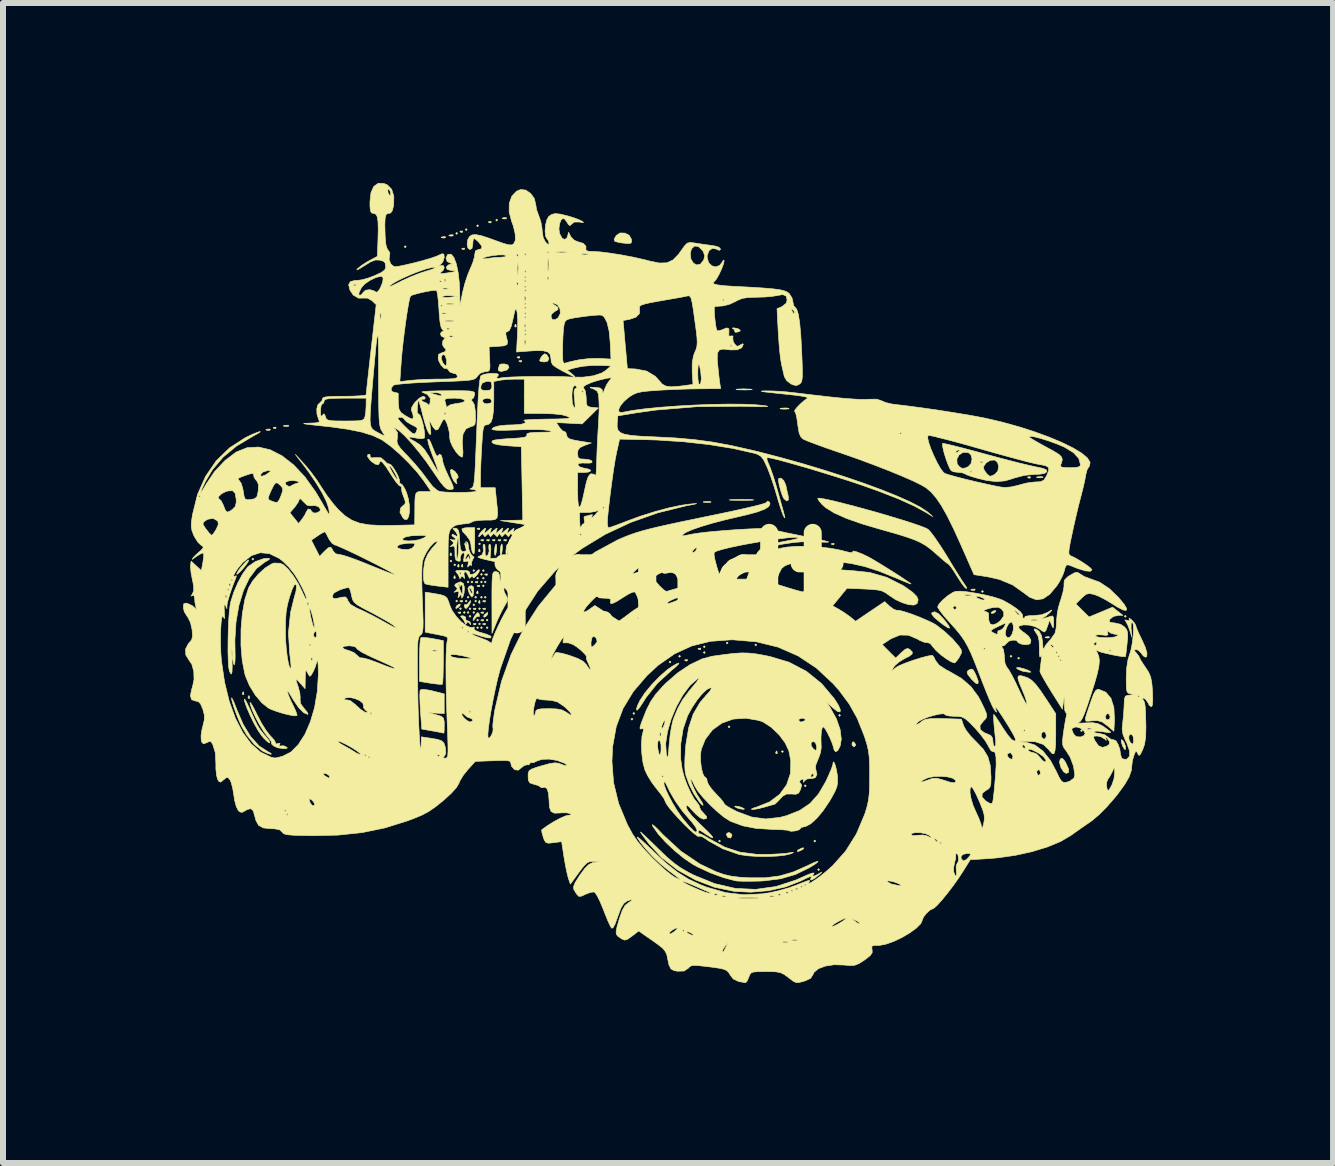
<source format=kicad_pcb>
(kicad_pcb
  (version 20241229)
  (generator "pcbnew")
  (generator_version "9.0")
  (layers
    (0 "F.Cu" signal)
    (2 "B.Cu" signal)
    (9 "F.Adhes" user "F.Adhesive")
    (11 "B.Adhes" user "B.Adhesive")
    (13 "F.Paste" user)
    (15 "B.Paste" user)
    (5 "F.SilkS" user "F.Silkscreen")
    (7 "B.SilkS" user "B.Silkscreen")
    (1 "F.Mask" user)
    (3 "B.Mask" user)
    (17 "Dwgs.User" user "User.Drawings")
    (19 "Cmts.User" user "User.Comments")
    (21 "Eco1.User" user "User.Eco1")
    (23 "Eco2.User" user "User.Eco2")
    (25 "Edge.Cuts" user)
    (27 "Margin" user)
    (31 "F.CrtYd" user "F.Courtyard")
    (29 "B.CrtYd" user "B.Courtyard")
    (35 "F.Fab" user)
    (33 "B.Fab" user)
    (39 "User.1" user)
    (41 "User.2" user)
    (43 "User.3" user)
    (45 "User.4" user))
  (footprint "fendt"
    (layer "F.Cu")
    (at 8.101 6.666)
    (property "Reference" "fendt" (at 0 0 0) (layer "F.SilkS") (effects (font (size 1.524 1.524) (thickness 0.3))))
    (attr through_hole)
    (fp_poly (pts (xy -6.921 -0.397) (xy -6.937 -0.381) (xy -6.953 -0.397) (xy -6.937 -0.413) (xy -6.921 -0.397)) (stroke (width 0.01) (type solid)) (fill yes) (layer "F.SilkS"))
    (fp_poly (pts (xy -4.381 -5.604) (xy -4.397 -5.588) (xy -4.413 -5.604) (xy -4.397 -5.62) (xy -4.381 -5.604)) (stroke (width 0.01) (type solid)) (fill yes) (layer "F.SilkS"))
    (fp_poly (pts (xy -3.619 -0.365) (xy -3.635 -0.349) (xy -3.651 -0.365) (xy -3.635 -0.381) (xy -3.619 -0.365)) (stroke (width 0.01) (type solid)) (fill yes) (layer "F.SilkS"))
    (fp_poly (pts (xy -3.556 -0.302) (xy -3.572 -0.286) (xy -3.588 -0.302) (xy -3.572 -0.318) (xy -3.556 -0.302)) (stroke (width 0.01) (type solid)) (fill yes) (layer "F.SilkS"))
    (fp_poly (pts (xy -3.524 -5.826) (xy -3.54 -5.81) (xy -3.556 -5.826) (xy -3.54 -5.842) (xy -3.524 -5.826)) (stroke (width 0.01) (type solid)) (fill yes) (layer "F.SilkS"))
    (fp_poly (pts (xy -3.524 0.302) (xy -3.54 0.318) (xy -3.556 0.302) (xy -3.54 0.286) (xy -3.524 0.302)) (stroke (width 0.01) (type solid)) (fill yes) (layer "F.SilkS"))
    (fp_poly (pts (xy -3.461 0.429) (xy -3.477 0.445) (xy -3.493 0.429) (xy -3.477 0.413) (xy -3.461 0.429)) (stroke (width 0.01) (type solid)) (fill yes) (layer "F.SilkS"))
    (fp_poly (pts (xy -3.397 0.492) (xy -3.413 0.508) (xy -3.429 0.492) (xy -3.413 0.476) (xy -3.397 0.492)) (stroke (width 0.01) (type solid)) (fill yes) (layer "F.SilkS"))
    (fp_poly (pts (xy -3.378 -0.687) (xy -3.393 -0.684) (xy -3.392 -0.686) (xy -3.381 -0.69) (xy -3.378 -0.687)) (stroke (width 0.01) (type solid)) (fill yes) (layer "F.SilkS"))
    (fp_poly (pts (xy -3.365 -5.89) (xy -3.381 -5.874) (xy -3.397 -5.89) (xy -3.381 -5.905) (xy -3.365 -5.89)) (stroke (width 0.01) (type solid)) (fill yes) (layer "F.SilkS"))
    (fp_poly (pts (xy -3.365 0.302) (xy -3.381 0.318) (xy -3.397 0.302) (xy -3.381 0.286) (xy -3.365 0.302)) (stroke (width 0.01) (type solid)) (fill yes) (layer "F.SilkS"))
    (fp_poly (pts (xy -3.334 -0.016) (xy -3.35 0) (xy -3.365 -0.016) (xy -3.35 -0.032) (xy -3.334 -0.016)) (stroke (width 0.01) (type solid)) (fill yes) (layer "F.SilkS"))
    (fp_poly (pts (xy -3.334 0.238) (xy -3.35 0.254) (xy -3.365 0.238) (xy -3.35 0.222) (xy -3.334 0.238)) (stroke (width 0.01) (type solid)) (fill yes) (layer "F.SilkS"))
    (fp_poly (pts (xy -3.334 0.492) (xy -3.35 0.508) (xy -3.365 0.492) (xy -3.35 0.476) (xy -3.334 0.492)) (stroke (width 0.01) (type solid)) (fill yes) (layer "F.SilkS"))
    (fp_poly (pts (xy -3.302 0.429) (xy -3.318 0.445) (xy -3.334 0.429) (xy -3.318 0.413) (xy -3.302 0.429)) (stroke (width 0.01) (type solid)) (fill yes) (layer "F.SilkS"))
    (fp_poly (pts (xy -3.302 0.556) (xy -3.318 0.572) (xy -3.334 0.556) (xy -3.318 0.54) (xy -3.302 0.556)) (stroke (width 0.01) (type solid)) (fill yes) (layer "F.SilkS"))
    (fp_poly (pts (xy -3.27 -0.016) (xy -3.286 0) (xy -3.302 -0.016) (xy -3.286 -0.032) (xy -3.27 -0.016)) (stroke (width 0.01) (type solid)) (fill yes) (layer "F.SilkS"))
    (fp_poly (pts (xy -3.239 -0.206) (xy -3.254 -0.191) (xy -3.27 -0.206) (xy -3.254 -0.222) (xy -3.239 -0.206)) (stroke (width 0.01) (type solid)) (fill yes) (layer "F.SilkS"))
    (fp_poly (pts (xy -3.239 0.365) (xy -3.254 0.381) (xy -3.27 0.365) (xy -3.254 0.349) (xy -3.239 0.365)) (stroke (width 0.01) (type solid)) (fill yes) (layer "F.SilkS"))
    (fp_poly (pts (xy -3.239 0.492) (xy -3.254 0.508) (xy -3.27 0.492) (xy -3.254 0.476) (xy -3.239 0.492)) (stroke (width 0.01) (type solid)) (fill yes) (layer "F.SilkS"))
    (fp_poly (pts (xy -3.207 0.238) (xy -3.223 0.254) (xy -3.239 0.238) (xy -3.223 0.222) (xy -3.207 0.238)) (stroke (width 0.01) (type solid)) (fill yes) (layer "F.SilkS"))
    (fp_poly (pts (xy -3.207 0.302) (xy -3.223 0.318) (xy -3.239 0.302) (xy -3.223 0.286) (xy -3.207 0.302)) (stroke (width 0.01) (type solid)) (fill yes) (layer "F.SilkS"))
    (fp_poly (pts (xy -3.175 -5.953) (xy -3.191 -5.937) (xy -3.207 -5.953) (xy -3.191 -5.969) (xy -3.175 -5.953)) (stroke (width 0.01) (type solid)) (fill yes) (layer "F.SilkS"))
    (fp_poly (pts (xy -3.175 -0.079) (xy -3.191 -0.064) (xy -3.207 -0.079) (xy -3.191 -0.095) (xy -3.175 -0.079)) (stroke (width 0.01) (type solid)) (fill yes) (layer "F.SilkS"))
    (fp_poly (pts (xy -3.175 0.619) (xy -3.191 0.635) (xy -3.207 0.619) (xy -3.191 0.603) (xy -3.175 0.619)) (stroke (width 0.01) (type solid)) (fill yes) (layer "F.SilkS"))
    (fp_poly (pts (xy -3.175 0.746) (xy -3.191 0.762) (xy -3.207 0.746) (xy -3.191 0.73) (xy -3.175 0.746)) (stroke (width 0.01) (type solid)) (fill yes) (layer "F.SilkS"))
    (fp_poly (pts (xy -3.143 -0.651) (xy -3.159 -0.635) (xy -3.175 -0.651) (xy -3.159 -0.667) (xy -3.143 -0.651)) (stroke (width 0.01) (type solid)) (fill yes) (layer "F.SilkS"))
    (fp_poly (pts (xy -3.143 0.429) (xy -3.159 0.445) (xy -3.175 0.429) (xy -3.159 0.413) (xy -3.143 0.429)) (stroke (width 0.01) (type solid)) (fill yes) (layer "F.SilkS"))
    (fp_poly (pts (xy -3.143 0.683) (xy -3.159 0.699) (xy -3.175 0.683) (xy -3.159 0.667) (xy -3.143 0.683)) (stroke (width 0.01) (type solid)) (fill yes) (layer "F.SilkS"))
    (fp_poly (pts (xy -3.111 -0.143) (xy -3.127 -0.127) (xy -3.143 -0.143) (xy -3.127 -0.159) (xy -3.111 -0.143)) (stroke (width 0.01) (type solid)) (fill yes) (layer "F.SilkS"))
    (fp_poly (pts (xy -3.111 -0.016) (xy -3.127 0) (xy -3.143 -0.016) (xy -3.127 -0.032) (xy -3.111 -0.016)) (stroke (width 0.01) (type solid)) (fill yes) (layer "F.SilkS"))
    (fp_poly (pts (xy -3.111 0.238) (xy -3.127 0.254) (xy -3.143 0.238) (xy -3.127 0.222) (xy -3.111 0.238)) (stroke (width 0.01) (type solid)) (fill yes) (layer "F.SilkS"))
    (fp_poly (pts (xy -3.111 0.746) (xy -3.127 0.762) (xy -3.143 0.746) (xy -3.127 0.73) (xy -3.111 0.746)) (stroke (width 0.01) (type solid)) (fill yes) (layer "F.SilkS"))
    (fp_poly (pts (xy -3.08 -0.206) (xy -3.096 -0.191) (xy -3.111 -0.206) (xy -3.096 -0.222) (xy -3.08 -0.206)) (stroke (width 0.01) (type solid)) (fill yes) (layer "F.SilkS"))
    (fp_poly (pts (xy -3.08 -0.079) (xy -3.096 -0.064) (xy -3.111 -0.079) (xy -3.096 -0.095) (xy -3.08 -0.079)) (stroke (width 0.01) (type solid)) (fill yes) (layer "F.SilkS"))
    (fp_poly (pts (xy -3.08 0.048) (xy -3.096 0.064) (xy -3.111 0.048) (xy -3.096 0.032) (xy -3.08 0.048)) (stroke (width 0.01) (type solid)) (fill yes) (layer "F.SilkS"))
    (fp_poly (pts (xy -3.048 -0.016) (xy -3.064 0) (xy -3.08 -0.016) (xy -3.064 -0.032) (xy -3.048 -0.016)) (stroke (width 0.01) (type solid)) (fill yes) (layer "F.SilkS"))
    (fp_poly (pts (xy -3.048 0.238) (xy -3.064 0.254) (xy -3.08 0.238) (xy -3.064 0.222) (xy -3.048 0.238)) (stroke (width 0.01) (type solid)) (fill yes) (layer "F.SilkS"))
    (fp_poly (pts (xy -3.016 0.619) (xy -3.032 0.635) (xy -3.048 0.619) (xy -3.032 0.603) (xy -3.016 0.619)) (stroke (width 0.01) (type solid)) (fill yes) (layer "F.SilkS"))
    (fp_poly (pts (xy -3.016 0.746) (xy -3.032 0.762) (xy -3.048 0.746) (xy -3.032 0.73) (xy -3.016 0.746)) (stroke (width 0.01) (type solid)) (fill yes) (layer "F.SilkS"))
    (fp_poly (pts (xy -2.857 -6.048) (xy -2.873 -6.032) (xy -2.889 -6.048) (xy -2.873 -6.064) (xy -2.857 -6.048)) (stroke (width 0.01) (type solid)) (fill yes) (layer "F.SilkS"))
    (fp_poly (pts (xy -0.603 2.27) (xy -0.619 2.286) (xy -0.635 2.27) (xy -0.619 2.254) (xy -0.603 2.27)) (stroke (width 0.01) (type solid)) (fill yes) (layer "F.SilkS"))
    (fp_poly (pts (xy -0.572 2.175) (xy -0.587 2.191) (xy -0.603 2.175) (xy -0.587 2.159) (xy -0.572 2.175)) (stroke (width 0.01) (type solid)) (fill yes) (layer "F.SilkS"))
    (fp_poly (pts (xy 0.032 1.318) (xy 0.016 1.333) (xy 0 1.318) (xy 0.016 1.302) (xy 0.032 1.318)) (stroke (width 0.01) (type solid)) (fill yes) (layer "F.SilkS"))
    (fp_poly (pts (xy 0.191 1.222) (xy 0.175 1.238) (xy 0.159 1.222) (xy 0.175 1.206) (xy 0.191 1.222)) (stroke (width 0.01) (type solid)) (fill yes) (layer "F.SilkS"))
    (fp_poly (pts (xy 0.603 1.064) (xy 0.587 1.079) (xy 0.572 1.064) (xy 0.587 1.048) (xy 0.603 1.064)) (stroke (width 0.01) (type solid)) (fill yes) (layer "F.SilkS"))
    (fp_poly (pts (xy 0.603 1.159) (xy 0.587 1.175) (xy 0.572 1.159) (xy 0.587 1.143) (xy 0.603 1.159)) (stroke (width 0.01) (type solid)) (fill yes) (layer "F.SilkS"))
    (fp_poly (pts (xy 0.857 4.302) (xy 0.841 4.318) (xy 0.826 4.302) (xy 0.841 4.286) (xy 0.857 4.302)) (stroke (width 0.01) (type solid)) (fill yes) (layer "F.SilkS"))
    (fp_poly (pts (xy 0.984 1) (xy 0.968 1.016) (xy 0.953 1) (xy 0.968 0.984) (xy 0.984 1)) (stroke (width 0.01) (type solid)) (fill yes) (layer "F.SilkS"))
    (fp_poly (pts (xy 1.016 2.397) (xy 1 2.413) (xy 0.984 2.397) (xy 1 2.381) (xy 1.016 2.397)) (stroke (width 0.01) (type solid)) (fill yes) (layer "F.SilkS"))
    (fp_poly (pts (xy 1.46 1.032) (xy 1.445 1.048) (xy 1.429 1.032) (xy 1.445 1.016) (xy 1.46 1.032)) (stroke (width 0.01) (type solid)) (fill yes) (layer "F.SilkS"))
    (fp_poly (pts (xy 1.905 2.81) (xy 1.889 2.826) (xy 1.873 2.81) (xy 1.889 2.794) (xy 1.905 2.81)) (stroke (width 0.01) (type solid)) (fill yes) (layer "F.SilkS"))
    (fp_poly (pts (xy 2.286 3.381) (xy 2.27 3.397) (xy 2.254 3.381) (xy 2.27 3.365) (xy 2.286 3.381)) (stroke (width 0.01) (type solid)) (fill yes) (layer "F.SilkS"))
    (fp_poly (pts (xy 2.445 4.302) (xy 2.429 4.318) (xy 2.413 4.302) (xy 2.429 4.286) (xy 2.445 4.302)) (stroke (width 0.01) (type solid)) (fill yes) (layer "F.SilkS"))
    (fp_poly (pts (xy 2.508 4.778) (xy 2.492 4.794) (xy 2.477 4.778) (xy 2.492 4.763) (xy 2.508 4.778)) (stroke (width 0.01) (type solid)) (fill yes) (layer "F.SilkS"))
    (fp_poly (pts (xy 2.857 2.207) (xy 2.842 2.223) (xy 2.826 2.207) (xy 2.842 2.191) (xy 2.857 2.207)) (stroke (width 0.01) (type solid)) (fill yes) (layer "F.SilkS"))
    (fp_poly (pts (xy 5.239 0.143) (xy 5.223 0.159) (xy 5.207 0.143) (xy 5.223 0.127) (xy 5.239 0.143)) (stroke (width 0.01) (type solid)) (fill yes) (layer "F.SilkS"))
    (fp_poly (pts (xy 5.715 1.222) (xy 5.699 1.238) (xy 5.683 1.222) (xy 5.699 1.206) (xy 5.715 1.222)) (stroke (width 0.01) (type solid)) (fill yes) (layer "F.SilkS"))
    (fp_poly (pts (xy 5.842 1.254) (xy 5.826 1.27) (xy 5.81 1.254) (xy 5.826 1.238) (xy 5.842 1.254)) (stroke (width 0.01) (type solid)) (fill yes) (layer "F.SilkS"))
    (fp_poly (pts (xy 6.89 2.461) (xy 6.874 2.477) (xy 6.858 2.461) (xy 6.874 2.445) (xy 6.89 2.461)) (stroke (width 0.01) (type solid)) (fill yes) (layer "F.SilkS"))
    (fp_poly (pts (xy 7.62 0.556) (xy 7.604 0.572) (xy 7.588 0.556) (xy 7.604 0.54) (xy 7.62 0.556)) (stroke (width 0.01) (type solid)) (fill yes) (layer "F.SilkS"))
    (fp_poly (pts (xy -7.091 1.82) (xy -7.087 1.858) (xy -7.091 1.863) (xy -7.11 1.858) (xy -7.112 1.841) (xy -7.1 1.815) (xy -7.091 1.82)) (stroke (width 0.01) (type solid)) (fill yes) (layer "F.SilkS"))
    (fp_poly (pts (xy -6.996 1.884) (xy -6.992 1.922) (xy -6.996 1.926) (xy -7.014 1.922) (xy -7.017 1.905) (xy -7.005 1.879) (xy -6.996 1.884)) (stroke (width 0.01) (type solid)) (fill yes) (layer "F.SilkS"))
    (fp_poly (pts (xy -6.644 -2.559) (xy -6.654 -2.545) (xy -6.686 -2.543) (xy -6.72 -2.55) (xy -6.705 -2.562) (xy -6.656 -2.565) (xy -6.644 -2.559)) (stroke (width 0.01) (type solid)) (fill yes) (layer "F.SilkS"))
    (fp_poly (pts (xy -6.551 -2.593) (xy -6.555 -2.574) (xy -6.572 -2.572) (xy -6.598 -2.583) (xy -6.593 -2.593) (xy -6.556 -2.597) (xy -6.551 -2.593)) (stroke (width 0.01) (type solid)) (fill yes) (layer "F.SilkS"))
    (fp_poly (pts (xy -6.342 -2.625) (xy -6.338 -2.613) (xy -6.382 -2.609) (xy -6.427 -2.614) (xy -6.421 -2.625) (xy -6.356 -2.629) (xy -6.342 -2.625)) (stroke (width 0.01) (type solid)) (fill yes) (layer "F.SilkS"))
    (fp_poly (pts (xy -3.723 -5.766) (xy -3.733 -5.752) (xy -3.765 -5.749) (xy -3.799 -5.757) (xy -3.784 -5.768) (xy -3.735 -5.772) (xy -3.723 -5.766)) (stroke (width 0.01) (type solid)) (fill yes) (layer "F.SilkS"))
    (fp_poly (pts (xy -3.63 -0.497) (xy -3.626 -0.46) (xy -3.63 -0.455) (xy -3.649 -0.459) (xy -3.651 -0.476) (xy -3.64 -0.502) (xy -3.63 -0.497)) (stroke (width 0.01) (type solid)) (fill yes) (layer "F.SilkS"))
    (fp_poly (pts (xy -3.596 -5.798) (xy -3.606 -5.783) (xy -3.638 -5.781) (xy -3.672 -5.789) (xy -3.657 -5.8) (xy -3.608 -5.804) (xy -3.596 -5.798)) (stroke (width 0.01) (type solid)) (fill yes) (layer "F.SilkS"))
    (fp_poly (pts (xy -3.567 -0.116) (xy -3.563 -0.079) (xy -3.567 -0.074) (xy -3.585 -0.078) (xy -3.588 -0.095) (xy -3.576 -0.121) (xy -3.567 -0.116)) (stroke (width 0.01) (type solid)) (fill yes) (layer "F.SilkS"))
    (fp_poly (pts (xy -3.503 -0.307) (xy -3.499 -0.269) (xy -3.503 -0.265) (xy -3.522 -0.269) (xy -3.524 -0.286) (xy -3.513 -0.312) (xy -3.503 -0.307)) (stroke (width 0.01) (type solid)) (fill yes) (layer "F.SilkS"))
    (fp_poly (pts (xy -3.471 0.487) (xy -3.476 0.506) (xy -3.493 0.508) (xy -3.519 0.496) (xy -3.514 0.487) (xy -3.476 0.483) (xy -3.471 0.487)) (stroke (width 0.01) (type solid)) (fill yes) (layer "F.SilkS"))
    (fp_poly (pts (xy -3.44 -5.863) (xy -3.444 -5.844) (xy -3.461 -5.842) (xy -3.487 -5.854) (xy -3.482 -5.863) (xy -3.444 -5.867) (xy -3.44 -5.863)) (stroke (width 0.01) (type solid)) (fill yes) (layer "F.SilkS"))
    (fp_poly (pts (xy -3.44 -0.307) (xy -3.436 -0.269) (xy -3.44 -0.265) (xy -3.458 -0.269) (xy -3.461 -0.286) (xy -3.449 -0.312) (xy -3.44 -0.307)) (stroke (width 0.01) (type solid)) (fill yes) (layer "F.SilkS"))
    (fp_poly (pts (xy -3.44 0.296) (xy -3.444 0.315) (xy -3.461 0.318) (xy -3.487 0.306) (xy -3.482 0.296) (xy -3.444 0.293) (xy -3.44 0.296)) (stroke (width 0.01) (type solid)) (fill yes) (layer "F.SilkS"))
    (fp_poly (pts (xy -3.408 -5.577) (xy -3.412 -5.559) (xy -3.429 -5.556) (xy -3.455 -5.568) (xy -3.45 -5.577) (xy -3.412 -5.581) (xy -3.408 -5.577)) (stroke (width 0.01) (type solid)) (fill yes) (layer "F.SilkS"))
    (fp_poly (pts (xy -3.217 0.423) (xy -3.222 0.442) (xy -3.239 0.445) (xy -3.265 0.433) (xy -3.26 0.423) (xy -3.222 0.42) (xy -3.217 0.423)) (stroke (width 0.01) (type solid)) (fill yes) (layer "F.SilkS"))
    (fp_poly (pts (xy -3.217 0.677) (xy -3.222 0.696) (xy -3.239 0.699) (xy -3.265 0.687) (xy -3.26 0.677) (xy -3.222 0.674) (xy -3.217 0.677)) (stroke (width 0.01) (type solid)) (fill yes) (layer "F.SilkS"))
    (fp_poly (pts (xy -3.186 -0.021) (xy -3.19 -0.002) (xy -3.207 0) (xy -3.233 -0.012) (xy -3.228 -0.021) (xy -3.19 -0.025) (xy -3.186 -0.021)) (stroke (width 0.01) (type solid)) (fill yes) (layer "F.SilkS"))
    (fp_poly (pts (xy -3.186 0.138) (xy -3.182 0.175) (xy -3.186 0.18) (xy -3.204 0.176) (xy -3.207 0.159) (xy -3.195 0.133) (xy -3.186 0.138)) (stroke (width 0.01) (type solid)) (fill yes) (layer "F.SilkS"))
    (fp_poly (pts (xy -3.154 -0.91) (xy -3.158 -0.891) (xy -3.175 -0.889) (xy -3.201 -0.901) (xy -3.196 -0.91) (xy -3.158 -0.914) (xy -3.154 -0.91)) (stroke (width 0.01) (type solid)) (fill yes) (layer "F.SilkS"))
    (fp_poly (pts (xy -3.154 -0.561) (xy -3.15 -0.523) (xy -3.154 -0.519) (xy -3.173 -0.523) (xy -3.175 -0.54) (xy -3.163 -0.566) (xy -3.154 -0.561)) (stroke (width 0.01) (type solid)) (fill yes) (layer "F.SilkS"))
    (fp_poly (pts (xy -3.154 0.042) (xy -3.158 0.061) (xy -3.175 0.064) (xy -3.201 0.052) (xy -3.196 0.042) (xy -3.158 0.039) (xy -3.154 0.042)) (stroke (width 0.01) (type solid)) (fill yes) (layer "F.SilkS"))
    (fp_poly (pts (xy -3.154 0.296) (xy -3.15 0.334) (xy -3.154 0.339) (xy -3.173 0.334) (xy -3.175 0.318) (xy -3.163 0.291) (xy -3.154 0.296)) (stroke (width 0.01) (type solid)) (fill yes) (layer "F.SilkS"))
    (fp_poly (pts (xy -3.09 -0.72) (xy -3.095 -0.701) (xy -3.111 -0.699) (xy -3.138 -0.71) (xy -3.133 -0.72) (xy -3.095 -0.723) (xy -3.09 -0.72)) (stroke (width 0.01) (type solid)) (fill yes) (layer "F.SilkS"))
    (fp_poly (pts (xy -3.09 0.487) (xy -3.095 0.506) (xy -3.111 0.508) (xy -3.138 0.496) (xy -3.133 0.487) (xy -3.095 0.483) (xy -3.09 0.487)) (stroke (width 0.01) (type solid)) (fill yes) (layer "F.SilkS"))
    (fp_poly (pts (xy -3.09 0.614) (xy -3.095 0.633) (xy -3.111 0.635) (xy -3.138 0.623) (xy -3.133 0.614) (xy -3.095 0.61) (xy -3.09 0.614)) (stroke (width 0.01) (type solid)) (fill yes) (layer "F.SilkS"))
    (fp_poly (pts (xy -3.059 0.296) (xy -3.063 0.315) (xy -3.08 0.318) (xy -3.106 0.306) (xy -3.101 0.296) (xy -3.063 0.293) (xy -3.059 0.296)) (stroke (width 0.01) (type solid)) (fill yes) (layer "F.SilkS"))
    (fp_poly (pts (xy -3.059 0.423) (xy -3.063 0.442) (xy -3.08 0.445) (xy -3.106 0.433) (xy -3.101 0.423) (xy -3.063 0.42) (xy -3.059 0.423)) (stroke (width 0.01) (type solid)) (fill yes) (layer "F.SilkS"))
    (fp_poly (pts (xy -3.059 0.677) (xy -3.063 0.696) (xy -3.08 0.699) (xy -3.106 0.687) (xy -3.101 0.677) (xy -3.063 0.674) (xy -3.059 0.677)) (stroke (width 0.01) (type solid)) (fill yes) (layer "F.SilkS"))
    (fp_poly (pts (xy -3.027 -0.148) (xy -3.031 -0.129) (xy -3.048 -0.127) (xy -3.074 -0.139) (xy -3.069 -0.148) (xy -3.031 -0.152) (xy -3.027 -0.148)) (stroke (width 0.01) (type solid)) (fill yes) (layer "F.SilkS"))
    (fp_poly (pts (xy -2.995 -0.72) (xy -2.999 -0.701) (xy -3.016 -0.699) (xy -3.042 -0.71) (xy -3.037 -0.72) (xy -3 -0.723) (xy -2.995 -0.72)) (stroke (width 0.01) (type solid)) (fill yes) (layer "F.SilkS"))
    (fp_poly (pts (xy -2.963 -6.022) (xy -2.968 -6.003) (xy -2.985 -6.001) (xy -3.011 -6.012) (xy -3.006 -6.022) (xy -2.968 -6.026) (xy -2.963 -6.022)) (stroke (width 0.01) (type solid)) (fill yes) (layer "F.SilkS"))
    (fp_poly (pts (xy -2.9 -0.72) (xy -2.904 -0.701) (xy -2.921 -0.699) (xy -2.947 -0.71) (xy -2.942 -0.72) (xy -2.904 -0.723) (xy -2.9 -0.72)) (stroke (width 0.01) (type solid)) (fill yes) (layer "F.SilkS"))
    (fp_poly (pts (xy -2.805 -0.72) (xy -2.809 -0.701) (xy -2.826 -0.699) (xy -2.852 -0.71) (xy -2.847 -0.72) (xy -2.809 -0.723) (xy -2.805 -0.72)) (stroke (width 0.01) (type solid)) (fill yes) (layer "F.SilkS"))
    (fp_poly (pts (xy -2.709 -0.72) (xy -2.714 -0.701) (xy -2.731 -0.699) (xy -2.757 -0.71) (xy -2.752 -0.72) (xy -2.714 -0.723) (xy -2.709 -0.72)) (stroke (width 0.01) (type solid)) (fill yes) (layer "F.SilkS"))
    (fp_poly (pts (xy -2.707 -6.083) (xy -2.717 -6.069) (xy -2.749 -6.067) (xy -2.783 -6.075) (xy -2.768 -6.086) (xy -2.719 -6.09) (xy -2.707 -6.083)) (stroke (width 0.01) (type solid)) (fill yes) (layer "F.SilkS"))
    (fp_poly (pts (xy -2.614 -0.72) (xy -2.618 -0.701) (xy -2.635 -0.699) (xy -2.661 -0.71) (xy -2.656 -0.72) (xy -2.619 -0.723) (xy -2.614 -0.72)) (stroke (width 0.01) (type solid)) (fill yes) (layer "F.SilkS"))
    (fp_poly (pts (xy -2.551 -4.307) (xy -2.547 -4.27) (xy -2.551 -4.265) (xy -2.569 -4.269) (xy -2.572 -4.286) (xy -2.56 -4.312) (xy -2.551 -4.307)) (stroke (width 0.01) (type solid)) (fill yes) (layer "F.SilkS"))
    (fp_poly (pts (xy -2.519 -0.72) (xy -2.523 -0.701) (xy -2.54 -0.699) (xy -2.566 -0.71) (xy -2.561 -0.72) (xy -2.523 -0.723) (xy -2.519 -0.72)) (stroke (width 0.01) (type solid)) (fill yes) (layer "F.SilkS"))
    (fp_poly (pts (xy -2.519 -0.624) (xy -2.515 -0.587) (xy -2.519 -0.582) (xy -2.538 -0.586) (xy -2.54 -0.603) (xy -2.528 -0.629) (xy -2.519 -0.624)) (stroke (width 0.01) (type solid)) (fill yes) (layer "F.SilkS"))
    (fp_poly (pts (xy -2.519 -0.497) (xy -2.515 -0.46) (xy -2.519 -0.455) (xy -2.538 -0.459) (xy -2.54 -0.476) (xy -2.528 -0.502) (xy -2.519 -0.497)) (stroke (width 0.01) (type solid)) (fill yes) (layer "F.SilkS"))
    (fp_poly (pts (xy -2.487 -3.768) (xy -2.491 -3.749) (xy -2.508 -3.747) (xy -2.534 -3.758) (xy -2.529 -3.768) (xy -2.492 -3.771) (xy -2.487 -3.768)) (stroke (width 0.01) (type solid)) (fill yes) (layer "F.SilkS"))
    (fp_poly (pts (xy -2.455 -3.704) (xy -2.46 -3.685) (xy -2.477 -3.683) (xy -2.503 -3.695) (xy -2.498 -3.704) (xy -2.46 -3.708) (xy -2.455 -3.704)) (stroke (width 0.01) (type solid)) (fill yes) (layer "F.SilkS"))
    (fp_poly (pts (xy 0.307 1.281) (xy 0.303 1.299) (xy 0.286 1.302) (xy 0.26 1.29) (xy 0.265 1.281) (xy 0.302 1.277) (xy 0.307 1.281)) (stroke (width 0.01) (type solid)) (fill yes) (layer "F.SilkS"))
    (fp_poly (pts (xy 0.529 1.09) (xy 0.525 1.109) (xy 0.508 1.111) (xy 0.482 1.1) (xy 0.487 1.09) (xy 0.525 1.086) (xy 0.529 1.09)) (stroke (width 0.01) (type solid)) (fill yes) (layer "F.SilkS"))
    (fp_poly (pts (xy 1.799 2.805) (xy 1.803 2.842) (xy 1.799 2.847) (xy 1.78 2.843) (xy 1.778 2.826) (xy 1.79 2.8) (xy 1.799 2.805)) (stroke (width 0.01) (type solid)) (fill yes) (layer "F.SilkS"))
    (fp_poly (pts (xy 2.752 -0.656) (xy 2.747 -0.637) (xy 2.731 -0.635) (xy 2.704 -0.647) (xy 2.709 -0.656) (xy 2.747 -0.66) (xy 2.752 -0.656)) (stroke (width 0.01) (type solid)) (fill yes) (layer "F.SilkS"))
    (fp_poly (pts (xy 5.103 0.108) (xy 5.094 0.122) (xy 5.061 0.124) (xy 5.028 0.117) (xy 5.042 0.105) (xy 5.092 0.102) (xy 5.103 0.108)) (stroke (width 0.01) (type solid)) (fill yes) (layer "F.SilkS"))
    (fp_poly (pts (xy 6.022 -1.767) (xy 6.018 -1.749) (xy 6.001 -1.746) (xy 5.975 -1.758) (xy 5.98 -1.767) (xy 6.017 -1.771) (xy 6.022 -1.767)) (stroke (width 0.01) (type solid)) (fill yes) (layer "F.SilkS"))
    (fp_poly (pts (xy 6.341 0.902) (xy 6.332 0.916) (xy 6.3 0.918) (xy 6.266 0.91) (xy 6.281 0.899) (xy 6.33 0.895) (xy 6.341 0.902)) (stroke (width 0.01) (type solid)) (fill yes) (layer "F.SilkS"))
    (fp_poly (pts (xy -3.478 0.354) (xy -3.489 0.381) (xy -3.512 0.406) (xy -3.547 0.426) (xy -3.556 0.416) (xy -3.537 0.378) (xy -3.499 0.352) (xy -3.478 0.354)) (stroke (width 0.01) (type solid)) (fill yes) (layer "F.SilkS"))
    (fp_poly (pts (xy -3.023 0.525) (xy -3.055 0.56) (xy -3.083 0.572) (xy -3.091 0.553) (xy -3.073 0.527) (xy -3.034 0.495) (xy -3.021 0.493) (xy -3.023 0.525)) (stroke (width 0.01) (type solid)) (fill yes) (layer "F.SilkS"))
    (fp_poly (pts (xy 5.445 0.477) (xy 5.411 0.503) (xy 5.375 0.507) (xy 5.366 0.496) (xy 5.391 0.475) (xy 5.415 0.464) (xy 5.448 0.462) (xy 5.445 0.477)) (stroke (width 0.01) (type solid)) (fill yes) (layer "F.SilkS"))
    (fp_poly (pts (xy 0.691 -1.355) (xy 0.7 -1.346) (xy 0.657 -1.341) (xy 0.635 -1.341) (xy 0.577 -1.344) (xy 0.57 -1.352) (xy 0.579 -1.355) (xy 0.66 -1.36) (xy 0.691 -1.355)) (stroke (width 0.01) (type solid)) (fill yes) (layer "F.SilkS"))
    (fp_poly (pts (xy 1.042 4.185) (xy 1.048 4.207) (xy 1.028 4.251) (xy 0.984 4.243) (xy 0.974 4.233) (xy 0.953 4.187) (xy 0.986 4.16) (xy 1 4.159) (xy 1.042 4.185)) (stroke (width 0.01) (type solid)) (fill yes) (layer "F.SilkS"))
    (fp_poly (pts (xy 1.179 3.731) (xy 1.222 3.747) (xy 1.257 3.767) (xy 1.238 3.774) (xy 1.17 3.762) (xy 1.127 3.747) (xy 1.092 3.726) (xy 1.111 3.719) (xy 1.179 3.731)) (stroke (width 0.01) (type solid)) (fill yes) (layer "F.SilkS"))
    (fp_poly (pts (xy 1.993 -2.911) (xy 2 -2.902) (xy 1.955 -2.898) (xy 1.921 -2.897) (xy 1.859 -2.9) (xy 1.85 -2.908) (xy 1.866 -2.912) (xy 1.948 -2.917) (xy 1.993 -2.911)) (stroke (width 0.01) (type solid)) (fill yes) (layer "F.SilkS"))
    (fp_poly (pts (xy 2.244 4.427) (xy 2.223 4.445) (xy 2.165 4.472) (xy 2.143 4.476) (xy 2.137 4.463) (xy 2.159 4.445) (xy 2.217 4.418) (xy 2.238 4.414) (xy 2.244 4.427)) (stroke (width 0.01) (type solid)) (fill yes) (layer "F.SilkS"))
    (fp_poly (pts (xy 3.08 2.651) (xy 3.11 2.692) (xy 3.111 2.701) (xy 3.087 2.73) (xy 3.08 2.731) (xy 3.052 2.705) (xy 3.048 2.681) (xy 3.063 2.648) (xy 3.08 2.651)) (stroke (width 0.01) (type solid)) (fill yes) (layer "F.SilkS"))
    (fp_poly (pts (xy 6.232 -1.767) (xy 6.233 -1.757) (xy 6.183 -1.752) (xy 6.175 -1.752) (xy 6.126 -1.757) (xy 6.131 -1.767) (xy 6.136 -1.768) (xy 6.205 -1.773) (xy 6.232 -1.767)) (stroke (width 0.01) (type solid)) (fill yes) (layer "F.SilkS"))
    (fp_poly (pts (xy -2.037 -3.803) (xy -2.002 -3.741) (xy -2.022 -3.697) (xy -2.08 -3.683) (xy -2.139 -3.691) (xy -2.158 -3.707) (xy -2.14 -3.749) (xy -2.116 -3.785) (xy -2.074 -3.82) (xy -2.037 -3.803)) (stroke (width 0.01) (type solid)) (fill yes) (layer "F.SilkS"))
    (fp_poly (pts (xy -2.875 -0.635) (xy -2.873 -0.576) (xy -2.873 -0.572) (xy -2.883 -0.498) (xy -2.896 -0.459) (xy -2.907 -0.473) (xy -2.909 -0.532) (xy -2.909 -0.536) (xy -2.9 -0.609) (xy -2.886 -0.649) (xy -2.875 -0.635)) (stroke (width 0.01) (type solid)) (fill yes) (layer "F.SilkS"))
    (fp_poly (pts (xy -2.78 -0.635) (xy -2.778 -0.576) (xy -2.778 -0.572) (xy -2.787 -0.498) (xy -2.801 -0.459) (xy -2.812 -0.473) (xy -2.814 -0.532) (xy -2.814 -0.536) (xy -2.805 -0.609) (xy -2.791 -0.649) (xy -2.78 -0.635)) (stroke (width 0.01) (type solid)) (fill yes) (layer "F.SilkS"))
    (fp_poly (pts (xy -2.684 -0.635) (xy -2.683 -0.576) (xy -2.683 -0.572) (xy -2.692 -0.498) (xy -2.706 -0.459) (xy -2.717 -0.473) (xy -2.719 -0.532) (xy -2.718 -0.536) (xy -2.71 -0.609) (xy -2.695 -0.649) (xy -2.684 -0.635)) (stroke (width 0.01) (type solid)) (fill yes) (layer "F.SilkS"))
    (fp_poly (pts (xy -2.589 -0.635) (xy -2.587 -0.576) (xy -2.588 -0.572) (xy -2.597 -0.498) (xy -2.611 -0.459) (xy -2.621 -0.473) (xy -2.623 -0.532) (xy -2.623 -0.536) (xy -2.614 -0.609) (xy -2.6 -0.649) (xy -2.589 -0.635)) (stroke (width 0.01) (type solid)) (fill yes) (layer "F.SilkS"))
    (fp_poly (pts (xy -3.304 0.302) (xy -3.322 0.35) (xy -3.347 0.39) (xy -3.382 0.427) (xy -3.402 0.413) (xy -3.409 0.396) (xy -3.412 0.363) (xy -3.399 0.364) (xy -3.362 0.356) (xy -3.337 0.326) (xy -3.311 0.294) (xy -3.304 0.302)) (stroke (width 0.01) (type solid)) (fill yes) (layer "F.SilkS"))
    (fp_poly (pts (xy -3.17 0.508) (xy -3.163 0.525) (xy -3.16 0.558) (xy -3.173 0.557) (xy -3.21 0.565) (xy -3.236 0.595) (xy -3.261 0.627) (xy -3.268 0.619) (xy -3.251 0.57) (xy -3.225 0.531) (xy -3.19 0.493) (xy -3.17 0.508)) (stroke (width 0.01) (type solid)) (fill yes) (layer "F.SilkS"))
    (fp_poly (pts (xy -2.685 -3.633) (xy -2.668 -3.592) (xy -2.701 -3.551) (xy -2.717 -3.544) (xy -2.799 -3.524) (xy -2.844 -3.538) (xy -2.845 -3.574) (xy -2.828 -3.625) (xy -2.826 -3.638) (xy -2.798 -3.648) (xy -2.746 -3.651) (xy -2.685 -3.633)) (stroke (width 0.01) (type solid)) (fill yes) (layer "F.SilkS"))
    (fp_poly (pts (xy 1.149 -4.237) (xy 1.169 -4.227) (xy 1.189 -4.202) (xy 1.15 -4.184) (xy 1.146 -4.182) (xy 1.1 -4.179) (xy 1.096 -4.191) (xy 1.087 -4.224) (xy 1.072 -4.233) (xy 1.054 -4.248) (xy 1.079 -4.252) (xy 1.149 -4.237)) (stroke (width 0.01) (type solid)) (fill yes) (layer "F.SilkS"))
    (fp_poly (pts (xy 1.328 -1.391) (xy 1.373 -1.389) (xy 1.412 -1.384) (xy 1.392 -1.38) (xy 1.321 -1.378) (xy 1.206 -1.377) (xy 1.089 -1.378) (xy 1.019 -1.38) (xy 1.002 -1.384) (xy 1.04 -1.389) (xy 1.179 -1.393) (xy 1.328 -1.391)) (stroke (width 0.01) (type solid)) (fill yes) (layer "F.SilkS"))
    (fp_poly (pts (xy 1.352 -3.23) (xy 1.357 -3.23) (xy 1.387 -3.224) (xy 1.359 -3.22) (xy 1.281 -3.217) (xy 1.254 -3.217) (xy 1.161 -3.219) (xy 1.116 -3.223) (xy 1.124 -3.228) (xy 1.134 -3.23) (xy 1.239 -3.235) (xy 1.352 -3.23)) (stroke (width 0.01) (type solid)) (fill yes) (layer "F.SilkS"))
    (fp_poly (pts (xy 7.56 2.621) (xy 7.588 2.668) (xy 7.608 2.726) (xy 7.61 2.772) (xy 7.61 2.772) (xy 7.591 2.773) (xy 7.563 2.726) (xy 7.559 2.718) (xy 7.538 2.65) (xy 7.537 2.613) (xy 7.537 2.612) (xy 7.56 2.621)) (stroke (width 0.01) (type solid)) (fill yes) (layer "F.SilkS"))
    (fp_poly (pts (xy -7.007 -0.381) (xy -7.017 -0.35) (xy -7.06 -0.289) (xy -7.099 -0.241) (xy -7.159 -0.177) (xy -7.198 -0.145) (xy -7.207 -0.147) (xy -7.189 -0.187) (xy -7.146 -0.249) (xy -7.091 -0.313) (xy -7.041 -0.364) (xy -7.009 -0.382) (xy -7.007 -0.381)) (stroke (width 0.01) (type solid)) (fill yes) (layer "F.SilkS"))
    (fp_poly (pts (xy -0.736 -5.831) (xy -0.665 -5.794) (xy -0.627 -5.729) (xy -0.623 -5.684) (xy -0.641 -5.661) (xy -0.694 -5.657) (xy -0.793 -5.668) (xy -0.833 -5.674) (xy -0.903 -5.693) (xy -0.915 -5.729) (xy -0.879 -5.792) (xy -0.816 -5.833) (xy -0.736 -5.831)) (stroke (width 0.01) (type solid)) (fill yes) (layer "F.SilkS"))
    (fp_poly (pts (xy 4.491 0.513) (xy 4.575 0.6) (xy 4.601 0.632) (xy 4.662 0.714) (xy 4.677 0.752) (xy 4.647 0.747) (xy 4.572 0.697) (xy 4.501 0.643) (xy 4.418 0.571) (xy 4.378 0.518) (xy 4.38 0.497) (xy 4.428 0.48) (xy 4.491 0.513)) (stroke (width 0.01) (type solid)) (fill yes) (layer "F.SilkS"))
    (fp_poly (pts (xy 5.065 1.444) (xy 5.097 1.497) (xy 5.12 1.547) (xy 5.153 1.639) (xy 5.148 1.681) (xy 5.11 1.67) (xy 5.042 1.605) (xy 5.035 1.596) (xy 4.98 1.525) (xy 4.967 1.484) (xy 4.987 1.458) (xy 5.033 1.435) (xy 5.065 1.444)) (stroke (width 0.01) (type solid)) (fill yes) (layer "F.SilkS"))
    (fp_poly (pts (xy 5.841 1.412) (xy 5.906 1.427) (xy 5.973 1.451) (xy 6.001 1.464) (xy 6.032 1.485) (xy 6.007 1.488) (xy 6.001 1.488) (xy 5.93 1.478) (xy 5.89 1.47) (xy 5.821 1.442) (xy 5.794 1.423) (xy 5.797 1.409) (xy 5.841 1.412)) (stroke (width 0.01) (type solid)) (fill yes) (layer "F.SilkS"))
    (fp_poly (pts (xy 6.592 2.964) (xy 6.611 2.996) (xy 6.657 3.097) (xy 6.66 3.156) (xy 6.621 3.175) (xy 6.62 3.175) (xy 6.577 3.148) (xy 6.535 3.083) (xy 6.53 3.072) (xy 6.506 2.985) (xy 6.522 2.933) (xy 6.522 2.932) (xy 6.554 2.922) (xy 6.592 2.964)) (stroke (width 0.01) (type solid)) (fill yes) (layer "F.SilkS"))
    (fp_poly (pts (xy -3.614 -1.889) (xy -3.568 -1.857) (xy -3.53 -1.809) (xy -3.513 -1.765) (xy -3.527 -1.746) (xy -3.549 -1.723) (xy -3.545 -1.699) (xy -3.535 -1.655) (xy -3.558 -1.666) (xy -3.581 -1.691) (xy -3.614 -1.751) (xy -3.636 -1.818) (xy -3.645 -1.879) (xy -3.626 -1.892) (xy -3.614 -1.889)) (stroke (width 0.01) (type solid)) (fill yes) (layer "F.SilkS"))
    (fp_poly (pts (xy 1.911 -1.707) (xy 1.943 -1.639) (xy 1.947 -1.626) (xy 1.968 -1.525) (xy 1.986 -1.448) (xy 1.989 -1.383) (xy 1.961 -1.366) (xy 1.914 -1.405) (xy 1.889 -1.455) (xy 1.862 -1.537) (xy 1.838 -1.626) (xy 1.824 -1.702) (xy 1.826 -1.741) (xy 1.826 -1.741) (xy 1.866 -1.747) (xy 1.911 -1.707)) (stroke (width 0.01) (type solid)) (fill yes) (layer "F.SilkS"))
    (fp_poly (pts (xy -3.239 -0.699) (xy -3.24 -0.569) (xy -3.247 -0.498) (xy -3.259 -0.481) (xy -3.277 -0.513) (xy -3.283 -0.526) (xy -3.299 -0.6) (xy -3.302 -0.648) (xy -3.324 -0.718) (xy -3.378 -0.791) (xy -3.381 -0.794) (xy -3.444 -0.862) (xy -3.452 -0.901) (xy -3.404 -0.918) (xy -3.35 -0.921) (xy -3.239 -0.921) (xy -3.239 -0.699)) (stroke (width 0.01) (type solid)) (fill yes) (layer "F.SilkS"))
    (fp_poly (pts (xy -3.433 0.548) (xy -3.389 0.569) (xy -3.389 0.595) (xy -3.383 0.627) (xy -3.365 0.628) (xy -3.323 0.645) (xy -3.311 0.667) (xy -3.306 0.697) (xy -3.327 0.671) (xy -3.356 0.644) (xy -3.375 0.671) (xy -3.391 0.692) (xy -3.395 0.677) (xy -3.418 0.626) (xy -3.445 0.592) (xy -3.475 0.555) (xy -3.453 0.547) (xy -3.433 0.548)) (stroke (width 0.01) (type solid)) (fill yes) (layer "F.SilkS"))
    (fp_poly (pts (xy 0.15 1.361) (xy 0.087 1.42) (xy 0.043 1.455) (xy -0.194 1.672) (xy -0.382 1.907) (xy -0.428 1.98) (xy -0.492 2.078) (xy -0.532 2.121) (xy -0.545 2.11) (xy -0.527 2.047) (xy -0.486 1.961) (xy -0.404 1.835) (xy -0.288 1.694) (xy -0.154 1.556) (xy -0.022 1.441) (xy 0.048 1.393) (xy 0.131 1.345) (xy 0.165 1.336) (xy 0.15 1.361)) (stroke (width 0.01) (type solid)) (fill yes) (layer "F.SilkS"))
    (fp_poly (pts (xy -3.26 0.067) (xy -3.255 0.131) (xy -3.266 0.214) (xy -3.287 0.235) (xy -3.318 0.195) (xy -3.33 0.171) (xy -3.353 0.096) (xy -3.347 0.085) (xy -3.331 0.085) (xy -3.314 0.142) (xy -3.29 0.178) (xy -3.279 0.178) (xy -3.281 0.143) (xy -3.298 0.106) (xy -3.326 0.068) (xy -3.331 0.085) (xy -3.347 0.085) (xy -3.332 0.057) (xy -3.291 0.045) (xy -3.26 0.067)) (stroke (width 0.01) (type solid)) (fill yes) (layer "F.SilkS"))
    (fp_poly (pts (xy -7.068 1.942) (xy -7.038 1.995) (xy -6.994 2.086) (xy -6.971 2.137) (xy -6.91 2.274) (xy -6.861 2.372) (xy -6.813 2.448) (xy -6.755 2.521) (xy -6.703 2.58) (xy -6.661 2.635) (xy -6.653 2.665) (xy -6.659 2.667) (xy -6.697 2.644) (xy -6.757 2.585) (xy -6.795 2.539) (xy -6.854 2.451) (xy -6.92 2.334) (xy -6.983 2.205) (xy -7.036 2.083) (xy -7.071 1.984) (xy -7.079 1.937) (xy -7.068 1.942)) (stroke (width 0.01) (type solid)) (fill yes) (layer "F.SilkS"))
    (fp_poly (pts (xy -7.276 1.936) (xy -7.246 2.003) (xy -7.208 2.101) (xy -7.208 2.103) (xy -7.098 2.358) (xy -6.971 2.565) (xy -6.83 2.719) (xy -6.684 2.813) (xy -6.633 2.841) (xy -6.63 2.855) (xy -6.636 2.856) (xy -6.694 2.841) (xy -6.772 2.803) (xy -6.78 2.798) (xy -6.912 2.691) (xy -7.036 2.538) (xy -7.117 2.402) (xy -7.161 2.309) (xy -7.206 2.198) (xy -7.247 2.088) (xy -7.277 1.993) (xy -7.292 1.93) (xy -7.291 1.915) (xy -7.276 1.936)) (stroke (width 0.01) (type solid)) (fill yes) (layer "F.SilkS"))
    (fp_poly (pts (xy -4.015 1.784) (xy -3.937 1.801) (xy -3.747 1.849) (xy -3.747 2.177) (xy -3.881 2.17) (xy -4.016 2.162) (xy -3.881 2.197) (xy -3.798 2.222) (xy -3.759 2.254) (xy -3.747 2.315) (xy -3.747 2.37) (xy -3.748 2.452) (xy -3.752 2.499) (xy -3.754 2.504) (xy -3.787 2.496) (xy -3.864 2.481) (xy -3.942 2.467) (xy -4.121 2.435) (xy -4.144 2.125) (xy -4.151 1.989) (xy -4.154 1.877) (xy -4.151 1.803) (xy -4.147 1.784) (xy -4.106 1.773) (xy -4.015 1.784)) (stroke (width 0.01) (type solid)) (fill yes) (layer "F.SilkS"))
    (fp_poly (pts (xy -4.01 0.916) (xy -3.937 0.928) (xy -3.762 0.961) (xy -3.762 1.319) (xy -3.764 1.462) (xy -3.767 1.581) (xy -3.773 1.661) (xy -3.778 1.689) (xy -3.816 1.69) (xy -3.896 1.682) (xy -3.977 1.671) (xy -4.159 1.641) (xy -4.159 1.283) (xy -4.157 1.139) (xy -4.157 1.134) (xy -3.949 1.134) (xy -3.905 1.138) (xy -3.86 1.133) (xy -3.866 1.122) (xy -3.931 1.118) (xy -3.945 1.122) (xy -3.949 1.134) (xy -4.157 1.134) (xy -4.152 1.02) (xy -4.144 0.939) (xy -4.135 0.91) (xy -4.093 0.908) (xy -4.01 0.916)) (stroke (width 0.01) (type solid)) (fill yes) (layer "F.SilkS"))
    (fp_poly (pts (xy 7.282 1.823) (xy 7.366 1.924) (xy 7.414 2.076) (xy 7.424 2.275) (xy 7.423 2.301) (xy 7.414 2.472) (xy 7.303 2.378) (xy 7.219 2.317) (xy 7.143 2.295) (xy 7.056 2.297) (xy 6.994 2.304) (xy 6.956 2.304) (xy 6.939 2.286) (xy 6.943 2.241) (xy 6.944 2.24) (xy 7.271 2.24) (xy 7.291 2.283) (xy 7.334 2.274) (xy 7.343 2.267) (xy 7.352 2.228) (xy 7.333 2.187) (xy 7.303 2.175) (xy 7.299 2.177) (xy 7.273 2.221) (xy 7.271 2.24) (xy 6.944 2.24) (xy 6.968 2.16) (xy 7.012 2.03) (xy 7.031 1.974) (xy 7.073 1.86) (xy 7.108 1.796) (xy 7.141 1.773) (xy 7.163 1.773) (xy 7.282 1.823)) (stroke (width 0.01) (type solid)) (fill yes) (layer "F.SilkS"))
    (fp_poly (pts (xy -6.971 2.001) (xy -6.938 2.056) (xy -6.89 2.149) (xy -6.861 2.207) (xy -6.794 2.335) (xy -6.721 2.452) (xy -6.656 2.537) (xy -6.641 2.553) (xy -6.584 2.615) (xy -6.558 2.662) (xy -6.559 2.671) (xy -6.55 2.684) (xy -6.521 2.677) (xy -6.484 2.671) (xy -6.493 2.698) (xy -6.501 2.725) (xy -6.482 2.718) (xy -6.428 2.713) (xy -6.39 2.728) (xy -6.361 2.75) (xy -6.384 2.76) (xy -6.431 2.761) (xy -6.523 2.747) (xy -6.59 2.716) (xy -6.627 2.681) (xy -6.625 2.668) (xy -6.628 2.646) (xy -6.665 2.592) (xy -6.701 2.549) (xy -6.761 2.467) (xy -6.828 2.357) (xy -6.893 2.235) (xy -6.946 2.12) (xy -6.978 2.03) (xy -6.984 1.993) (xy -6.971 2.001)) (stroke (width 0.01) (type solid)) (fill yes) (layer "F.SilkS"))
    (fp_poly (pts (xy -0.252 4.044) (xy -0.185 4.108) (xy -0.099 4.198) (xy 0.197 4.471) (xy 0.515 4.685) (xy 0.778 4.811) (xy 0.906 4.857) (xy 1.03 4.886) (xy 1.172 4.904) (xy 1.334 4.914) (xy 1.607 4.914) (xy 1.844 4.883) (xy 2.068 4.818) (xy 2.294 4.718) (xy 2.408 4.664) (xy 2.472 4.64) (xy 2.484 4.646) (xy 2.442 4.681) (xy 2.343 4.743) (xy 2.337 4.746) (xy 2.106 4.859) (xy 1.861 4.93) (xy 1.584 4.965) (xy 1.508 4.969) (xy 1.364 4.972) (xy 1.236 4.972) (xy 1.142 4.968) (xy 1.111 4.965) (xy 0.91 4.912) (xy 0.69 4.832) (xy 0.48 4.735) (xy 0.399 4.691) (xy 0.251 4.591) (xy 0.094 4.463) (xy -0.055 4.322) (xy -0.181 4.183) (xy -0.267 4.061) (xy -0.268 4.061) (xy -0.28 4.028) (xy -0.252 4.044)) (stroke (width 0.01) (type solid)) (fill yes) (layer "F.SilkS"))
    (fp_poly (pts (xy -6.656 -0.405) (xy -6.671 -0.386) (xy -6.737 -0.348) (xy -6.876 -0.241) (xy -6.996 -0.08) (xy -7.094 0.127) (xy -7.169 0.373) (xy -7.217 0.65) (xy -7.236 0.951) (xy -7.234 1.097) (xy -7.232 1.239) (xy -7.236 1.329) (xy -7.246 1.366) (xy -7.258 1.347) (xy -7.271 1.269) (xy -7.281 1.159) (xy -7.285 1.105) (xy -7.287 1.111) (xy -7.287 1.173) (xy -7.284 1.246) (xy -7.281 1.394) (xy -7.284 1.483) (xy -7.294 1.518) (xy -7.311 1.503) (xy -7.327 1.468) (xy -7.34 1.404) (xy -7.347 1.289) (xy -7.351 1.14) (xy -7.35 0.97) (xy -7.346 0.792) (xy -7.339 0.622) (xy -7.328 0.472) (xy -7.314 0.358) (xy -7.306 0.318) (xy -7.256 0.159) (xy -7.187 -0.002) (xy -7.11 -0.146) (xy -7.034 -0.253) (xy -7.012 -0.276) (xy -6.894 -0.357) (xy -6.761 -0.404) (xy -6.689 -0.411) (xy -6.656 -0.405)) (stroke (width 0.01) (type solid)) (fill yes) (layer "F.SilkS"))
    (fp_poly (pts (xy -3.428 0.008) (xy -3.41 0.079) (xy -3.416 0.165) (xy -3.433 0.222) (xy -3.454 0.254) (xy -3.46 0.228) (xy -3.46 0.222) (xy -3.466 0.191) (xy -3.489 0.213) (xy -3.495 0.222) (xy -3.517 0.246) (xy -3.513 0.216) (xy -3.508 0.199) (xy -3.502 0.148) (xy -3.531 0.142) (xy -3.546 0.146) (xy -3.583 0.155) (xy -3.565 0.137) (xy -3.556 0.13) (xy -3.526 0.096) (xy -3.55 0.069) (xy -3.575 0.039) (xy -3.55 0.011) (xy -3.539 0.006) (xy -3.51 0.006) (xy -3.508 0.04) (xy -3.49 0.102) (xy -3.466 0.161) (xy -3.446 0.19) (xy -3.445 0.191) (xy -3.441 0.163) (xy -3.44 0.096) (xy -3.44 0.094) (xy -3.446 0.034) (xy -3.463 0.035) (xy -3.466 0.038) (xy -3.487 0.062) (xy -3.492 0.034) (xy -3.502 0.004) (xy -3.51 0.006) (xy -3.539 0.006) (xy -3.477 -0.019) (xy -3.428 0.008)) (stroke (width 0.01) (type solid)) (fill yes) (layer "F.SilkS"))
    (fp_poly (pts (xy -3.161 -0.218) (xy -3.166 -0.185) (xy -3.205 -0.129) (xy -3.207 -0.127) (xy -3.253 -0.085) (xy -3.271 -0.096) (xy -3.271 -0.098) (xy -3.276 -0.127) (xy -3.299 -0.099) (xy -3.324 -0.077) (xy -3.345 -0.113) (xy -3.348 -0.123) (xy -3.379 -0.179) (xy -3.409 -0.187) (xy -3.419 -0.149) (xy -3.413 -0.119) (xy -3.405 -0.075) (xy -3.421 -0.088) (xy -3.423 -0.091) (xy -3.451 -0.118) (xy -3.47 -0.091) (xy -3.486 -0.07) (xy -3.49 -0.085) (xy -3.513 -0.137) (xy -3.53 -0.159) (xy -3.493 -0.159) (xy -3.481 -0.133) (xy -3.471 -0.138) (xy -3.468 -0.175) (xy -3.471 -0.18) (xy -3.49 -0.176) (xy -3.493 -0.159) (xy -3.53 -0.159) (xy -3.537 -0.167) (xy -3.557 -0.195) (xy -3.535 -0.208) (xy -3.462 -0.211) (xy -3.446 -0.21) (xy -3.354 -0.202) (xy -3.322 -0.18) (xy -3.324 -0.17) (xy -3.317 -0.142) (xy -3.278 -0.142) (xy -3.231 -0.165) (xy -3.206 -0.192) (xy -3.174 -0.221) (xy -3.161 -0.218)) (stroke (width 0.01) (type solid)) (fill yes) (layer "F.SilkS"))
    (fp_poly (pts (xy -0.455 4.167) (xy -0.397 4.22) (xy -0.311 4.303) (xy -0.205 4.406) (xy -0.181 4.43) (xy -0.039 4.566) (xy 0.08 4.668) (xy 0.194 4.749) (xy 0.322 4.823) (xy 0.414 4.87) (xy 0.762 5.012) (xy 1.105 5.091) (xy 1.443 5.107) (xy 1.78 5.06) (xy 2.116 4.951) (xy 2.218 4.905) (xy 2.319 4.86) (xy 2.389 4.835) (xy 2.417 4.834) (xy 2.413 4.841) (xy 2.392 4.88) (xy 2.417 4.886) (xy 2.48 4.857) (xy 2.509 4.839) (xy 2.546 4.819) (xy 2.534 4.835) (xy 2.492 4.871) (xy 2.42 4.927) (xy 2.371 4.952) (xy 2.356 4.943) (xy 2.365 4.921) (xy 2.374 4.896) (xy 2.35 4.895) (xy 2.284 4.923) (xy 2.195 4.967) (xy 1.945 5.065) (xy 1.66 5.129) (xy 1.362 5.154) (xy 1.085 5.14) (xy 0.757 5.071) (xy 0.438 4.949) (xy 0.141 4.783) (xy -0.122 4.579) (xy -0.332 4.351) (xy -0.402 4.259) (xy -0.453 4.189) (xy -0.476 4.153) (xy -0.476 4.151) (xy -0.455 4.167)) (stroke (width 0.01) (type solid)) (fill yes) (layer "F.SilkS"))
    (fp_poly (pts (xy 2.609 -1.396) (xy 2.741 -1.367) (xy 2.905 -1.326) (xy 3.094 -1.277) (xy 3.296 -1.222) (xy 3.503 -1.164) (xy 3.705 -1.104) (xy 3.894 -1.047) (xy 4.059 -0.994) (xy 4.192 -0.948) (xy 4.284 -0.912) (xy 4.318 -0.893) (xy 4.362 -0.846) (xy 4.43 -0.755) (xy 4.514 -0.632) (xy 4.606 -0.488) (xy 4.644 -0.426) (xy 4.734 -0.277) (xy 4.816 -0.145) (xy 4.882 -0.04) (xy 4.927 0.026) (xy 4.937 0.04) (xy 4.963 0.082) (xy 4.955 0.095) (xy 4.926 0.07) (xy 4.875 0.003) (xy 4.814 -0.091) (xy 4.806 -0.103) (xy 4.744 -0.202) (xy 4.691 -0.277) (xy 4.659 -0.313) (xy 4.657 -0.314) (xy 4.62 -0.339) (xy 4.551 -0.397) (xy 4.464 -0.474) (xy 4.452 -0.484) (xy 4.364 -0.56) (xy 4.279 -0.623) (xy 4.187 -0.676) (xy 4.077 -0.724) (xy 3.937 -0.773) (xy 3.757 -0.828) (xy 3.54 -0.889) (xy 3.217 -0.984) (xy 2.956 -1.076) (xy 2.754 -1.166) (xy 2.61 -1.255) (xy 2.553 -1.305) (xy 2.501 -1.366) (xy 2.479 -1.405) (xy 2.48 -1.411) (xy 2.519 -1.412) (xy 2.609 -1.396)) (stroke (width 0.01) (type solid)) (fill yes) (layer "F.SilkS"))
    (fp_poly (pts (xy -4.979 -2.093) (xy -4.953 -2.085) (xy -4.888 -2.089) (xy -4.885 -2.089) (xy -4.801 -2.086) (xy -4.743 -2.037) (xy -4.742 -2.035) (xy -4.698 -1.991) (xy -4.667 -1.985) (xy -4.637 -1.971) (xy -4.593 -1.917) (xy -4.547 -1.842) (xy -4.509 -1.765) (xy -4.49 -1.704) (xy -4.493 -1.683) (xy -4.49 -1.658) (xy -4.477 -1.658) (xy -4.445 -1.636) (xy -4.405 -1.571) (xy -4.377 -1.511) (xy -4.344 -1.399) (xy -4.327 -1.287) (xy -4.326 -1.186) (xy -4.34 -1.106) (xy -4.366 -1.06) (xy -4.404 -1.057) (xy -4.435 -1.086) (xy -4.485 -1.177) (xy -4.475 -1.248) (xy -4.442 -1.281) (xy -4.403 -1.315) (xy -4.395 -1.352) (xy -4.416 -1.418) (xy -4.427 -1.444) (xy -4.454 -1.527) (xy -4.459 -1.587) (xy -4.456 -1.596) (xy -4.456 -1.614) (xy -4.468 -1.609) (xy -4.499 -1.624) (xy -4.552 -1.684) (xy -4.616 -1.779) (xy -4.636 -1.81) (xy -4.719 -1.939) (xy -4.731 -1.954) (xy -4.661 -1.954) (xy -4.654 -1.922) (xy -4.623 -1.861) (xy -4.582 -1.791) (xy -4.543 -1.735) (xy -4.52 -1.714) (xy -4.525 -1.739) (xy -4.554 -1.801) (xy -4.576 -1.841) (xy -4.62 -1.913) (xy -4.653 -1.952) (xy -4.661 -1.954) (xy -4.731 -1.954) (xy -4.779 -2.014) (xy -4.815 -2.033) (xy -4.826 -2) (xy -4.846 -1.97) (xy -4.896 -1.98) (xy -4.961 -2.025) (xy -4.982 -2.045) (xy -5.026 -2.107) (xy -5.019 -2.142) (xy -4.985 -2.143) (xy -4.979 -2.093)) (stroke (width 0.01) (type solid)) (fill yes) (layer "F.SilkS"))
    (fp_poly (pts (xy -3.055 -0.909) (xy -3.068 -0.871) (xy -3.081 -0.83) (xy -3.068 -0.831) (xy -3.02 -0.871) (xy -2.972 -0.912) (xy -2.96 -0.911) (xy -2.973 -0.871) (xy -2.986 -0.83) (xy -2.972 -0.831) (xy -2.925 -0.871) (xy -2.876 -0.912) (xy -2.864 -0.911) (xy -2.877 -0.871) (xy -2.89 -0.83) (xy -2.877 -0.831) (xy -2.83 -0.871) (xy -2.781 -0.912) (xy -2.769 -0.911) (xy -2.782 -0.871) (xy -2.795 -0.83) (xy -2.782 -0.831) (xy -2.735 -0.871) (xy -2.686 -0.912) (xy -2.674 -0.911) (xy -2.687 -0.871) (xy -2.7 -0.83) (xy -2.687 -0.831) (xy -2.639 -0.871) (xy -2.592 -0.909) (xy -2.582 -0.904) (xy -2.59 -0.879) (xy -2.595 -0.841) (xy -2.556 -0.846) (xy -2.553 -0.847) (xy -2.514 -0.859) (xy -2.525 -0.837) (xy -2.541 -0.819) (xy -2.586 -0.788) (xy -2.614 -0.805) (xy -2.642 -0.822) (xy -2.657 -0.798) (xy -2.677 -0.771) (xy -2.703 -0.798) (xy -2.731 -0.825) (xy -2.758 -0.798) (xy -2.785 -0.771) (xy -2.806 -0.798) (xy -2.827 -0.825) (xy -2.845 -0.798) (xy -2.867 -0.771) (xy -2.893 -0.798) (xy -2.922 -0.825) (xy -2.949 -0.798) (xy -2.975 -0.771) (xy -2.994 -0.798) (xy -3.014 -0.825) (xy -3.042 -0.798) (xy -3.07 -0.771) (xy -3.089 -0.798) (xy -3.11 -0.824) (xy -3.14 -0.794) (xy -3.14 -0.794) (xy -3.168 -0.77) (xy -3.175 -0.781) (xy -3.153 -0.826) (xy -3.11 -0.874) (xy -3.065 -0.913) (xy -3.055 -0.909)) (stroke (width 0.01) (type solid)) (fill yes) (layer "F.SilkS"))
    (fp_poly (pts (xy 4.592 -2.322) (xy 4.678 -2.303) (xy 4.806 -2.271) (xy 4.969 -2.229) (xy 5.157 -2.179) (xy 5.247 -2.154) (xy 5.458 -2.097) (xy 5.661 -2.044) (xy 5.844 -1.997) (xy 5.994 -1.961) (xy 6.098 -1.938) (xy 6.118 -1.934) (xy 6.229 -1.91) (xy 6.287 -1.886) (xy 6.298 -1.858) (xy 6.297 -1.854) (xy 6.26 -1.826) (xy 6.173 -1.812) (xy 6.094 -1.81) (xy 5.921 -1.793) (xy 5.756 -1.75) (xy 5.747 -1.746) (xy 5.602 -1.702) (xy 5.46 -1.689) (xy 5.299 -1.707) (xy 5.154 -1.741) (xy 5.048 -1.772) (xy 4.968 -1.8) (xy 4.934 -1.818) (xy 4.887 -1.836) (xy 4.829 -1.842) (xy 4.749 -1.852) (xy 4.736 -1.857) (xy 5.016 -1.857) (xy 5.032 -1.841) (xy 5.048 -1.857) (xy 5.032 -1.873) (xy 5.016 -1.857) (xy 4.736 -1.857) (xy 4.704 -1.87) (xy 4.678 -1.909) (xy 4.644 -1.988) (xy 4.617 -2.066) (xy 4.797 -2.066) (xy 4.801 -1.99) (xy 4.832 -1.943) (xy 4.884 -1.909) (xy 4.944 -1.917) (xy 4.946 -1.918) (xy 5.239 -1.918) (xy 5.258 -1.87) (xy 5.301 -1.814) (xy 5.345 -1.78) (xy 5.354 -1.778) (xy 5.392 -1.791) (xy 5.431 -1.811) (xy 5.48 -1.866) (xy 5.494 -1.941) (xy 5.474 -2.011) (xy 5.427 -2.049) (xy 5.355 -2.044) (xy 5.285 -2.002) (xy 5.242 -1.94) (xy 5.239 -1.918) (xy 4.946 -1.918) (xy 4.987 -1.938) (xy 5.035 -1.992) (xy 5.041 -2.021) (xy 5.186 -2.021) (xy 5.19 -2.003) (xy 5.207 -2) (xy 5.233 -2.012) (xy 5.228 -2.021) (xy 5.19 -2.025) (xy 5.186 -2.021) (xy 5.041 -2.021) (xy 5.05 -2.067) (xy 5.031 -2.137) (xy 4.986 -2.174) (xy 4.9 -2.176) (xy 4.834 -2.134) (xy 4.797 -2.066) (xy 4.617 -2.066) (xy 4.609 -2.087) (xy 4.585 -2.168) (xy 4.766 -2.168) (xy 4.798 -2.175) (xy 4.804 -2.177) (xy 4.842 -2.202) (xy 4.843 -2.216) (xy 4.809 -2.213) (xy 4.786 -2.195) (xy 4.766 -2.168) (xy 4.585 -2.168) (xy 4.579 -2.189) (xy 4.56 -2.274) (xy 4.557 -2.322) (xy 4.559 -2.326) (xy 4.592 -2.322)) (stroke (width 0.01) (type solid)) (fill yes) (layer "F.SilkS"))
    (fp_poly (pts (xy -3.563 -0.913) (xy -3.529 -0.902) (xy -3.508 -0.87) (xy -3.495 -0.803) (xy -3.488 -0.688) (xy -3.486 -0.65) (xy -3.477 -0.565) (xy -3.453 -0.528) (xy -3.423 -0.522) (xy -3.381 -0.537) (xy -3.384 -0.57) (xy -3.407 -0.649) (xy -3.396 -0.677) (xy -3.397 -0.667) (xy -3.386 -0.641) (xy -3.376 -0.646) (xy -3.372 -0.683) (xy -3.373 -0.684) (xy -3.354 -0.671) (xy -3.349 -0.642) (xy -3.336 -0.558) (xy -3.307 -0.485) (xy -3.272 -0.446) (xy -3.264 -0.445) (xy -3.25 -0.428) (xy -3.267 -0.401) (xy -3.293 -0.341) (xy -3.292 -0.314) (xy -3.289 -0.289) (xy -3.295 -0.297) (xy -3.322 -0.3) (xy -3.34 -0.281) (xy -3.358 -0.265) (xy -3.351 -0.305) (xy -3.35 -0.309) (xy -3.343 -0.36) (xy -3.37 -0.364) (xy -3.384 -0.36) (xy -3.421 -0.354) (xy -3.425 -0.389) (xy -3.423 -0.397) (xy -3.396 -0.397) (xy -3.383 -0.391) (xy -3.365 -0.413) (xy -3.341 -0.443) (xy -3.334 -0.417) (xy -3.334 -0.415) (xy -3.325 -0.385) (xy -3.317 -0.387) (xy -3.313 -0.427) (xy -3.322 -0.458) (xy -3.344 -0.494) (xy -3.369 -0.471) (xy -3.394 -0.414) (xy -3.396 -0.397) (xy -3.423 -0.397) (xy -3.417 -0.423) (xy -3.411 -0.484) (xy -3.425 -0.508) (xy -3.46 -0.482) (xy -3.481 -0.427) (xy -3.477 -0.381) (xy -3.488 -0.363) (xy -3.516 -0.363) (xy -3.553 -0.384) (xy -3.567 -0.441) (xy -3.568 -0.462) (xy -3.542 -0.462) (xy -3.537 -0.406) (xy -3.53 -0.397) (xy -3.52 -0.435) (xy -3.511 -0.517) (xy -3.507 -0.588) (xy -3.507 -0.681) (xy -3.512 -0.737) (xy -3.519 -0.747) (xy -3.529 -0.708) (xy -3.538 -0.626) (xy -3.541 -0.555) (xy -3.542 -0.462) (xy -3.568 -0.462) (xy -3.568 -0.501) (xy -3.57 -0.583) (xy -3.586 -0.615) (xy -3.615 -0.614) (xy -3.649 -0.606) (xy -3.629 -0.625) (xy -3.619 -0.632) (xy -3.588 -0.665) (xy -3.612 -0.696) (xy -3.619 -0.701) (xy -3.648 -0.726) (xy -3.621 -0.721) (xy -3.612 -0.718) (xy -3.566 -0.717) (xy -3.556 -0.731) (xy -3.58 -0.761) (xy -3.588 -0.762) (xy -3.618 -0.787) (xy -3.619 -0.798) (xy -3.604 -0.814) (xy -3.572 -0.794) (xy -3.533 -0.775) (xy -3.525 -0.795) (xy -3.547 -0.84) (xy -3.572 -0.869) (xy -3.603 -0.905) (xy -3.582 -0.914) (xy -3.563 -0.913)) (stroke (width 0.01) (type solid)) (fill yes) (layer "F.SilkS"))
    (fp_poly (pts (xy 1.735 -3.199) (xy 1.844 -3.193) (xy 1.953 -3.185) (xy 2.048 -3.175) (xy 2.382 -3.135) (xy 2.659 -3.103) (xy 2.883 -3.08) (xy 3.059 -3.066) (xy 3.192 -3.059) (xy 3.289 -3.059) (xy 3.319 -3.062) (xy 3.46 -3.063) (xy 3.542 -3.036) (xy 3.609 -3.007) (xy 3.71 -2.983) (xy 3.762 -2.976) (xy 3.993 -2.948) (xy 4.255 -2.913) (xy 4.529 -2.873) (xy 4.799 -2.83) (xy 5.045 -2.789) (xy 5.25 -2.75) (xy 5.284 -2.743) (xy 5.561 -2.678) (xy 5.833 -2.603) (xy 6.093 -2.519) (xy 6.334 -2.431) (xy 6.55 -2.34) (xy 6.733 -2.25) (xy 6.876 -2.164) (xy 6.972 -2.084) (xy 7.015 -2.015) (xy 7.017 -2.001) (xy 7.003 -1.942) (xy 6.988 -1.923) (xy 6.966 -1.883) (xy 6.946 -1.805) (xy 6.943 -1.786) (xy 6.926 -1.696) (xy 6.897 -1.57) (xy 6.863 -1.437) (xy 6.861 -1.429) (xy 6.826 -1.294) (xy 6.785 -1.123) (xy 6.744 -0.942) (xy 6.72 -0.831) (xy 6.687 -0.676) (xy 6.669 -0.572) (xy 6.663 -0.508) (xy 6.669 -0.473) (xy 6.687 -0.456) (xy 6.695 -0.452) (xy 6.767 -0.418) (xy 6.855 -0.367) (xy 6.943 -0.31) (xy 7.012 -0.259) (xy 7.047 -0.224) (xy 7.048 -0.22) (xy 7.022 -0.194) (xy 6.944 -0.201) (xy 6.818 -0.238) (xy 6.663 -0.299) (xy 6.625 -0.3) (xy 6.601 -0.255) (xy 6.591 -0.213) (xy 6.561 -0.126) (xy 6.506 -0.019) (xy 6.462 0.049) (xy 6.346 0.187) (xy 6.235 0.264) (xy 6.125 0.281) (xy 6.011 0.238) (xy 5.925 0.174) (xy 5.727 0.033) (xy 5.501 -0.06) (xy 5.303 -0.104) (xy 5.083 -0.138) (xy 4.864 -0.635) (xy 4.742 -0.903) (xy 4.636 -1.117) (xy 4.541 -1.286) (xy 4.453 -1.416) (xy 4.367 -1.515) (xy 4.284 -1.586) (xy 4.196 -1.637) (xy 4.057 -1.705) (xy 3.873 -1.785) (xy 3.653 -1.875) (xy 3.406 -1.971) (xy 3.138 -2.07) (xy 2.859 -2.168) (xy 2.746 -2.206) (xy 2.583 -2.263) (xy 2.438 -2.316) (xy 2.322 -2.36) (xy 2.248 -2.391) (xy 2.234 -2.399) (xy 2.211 -2.421) (xy 4.31 -2.421) (xy 4.327 -2.342) (xy 4.364 -2.236) (xy 4.414 -2.119) (xy 4.469 -2.005) (xy 4.524 -1.908) (xy 4.573 -1.843) (xy 4.597 -1.825) (xy 4.67 -1.801) (xy 4.788 -1.768) (xy 4.936 -1.73) (xy 5.098 -1.691) (xy 5.26 -1.654) (xy 5.406 -1.622) (xy 5.521 -1.6) (xy 5.591 -1.591) (xy 5.592 -1.591) (xy 5.698 -1.6) (xy 5.815 -1.626) (xy 5.842 -1.635) (xy 5.962 -1.666) (xy 6.087 -1.682) (xy 6.11 -1.683) (xy 6.198 -1.688) (xy 6.249 -1.716) (xy 6.29 -1.782) (xy 6.298 -1.799) (xy 6.329 -1.877) (xy 6.324 -1.926) (xy 6.275 -1.955) (xy 6.172 -1.976) (xy 6.148 -1.979) (xy 6.083 -1.993) (xy 5.966 -2.021) (xy 5.808 -2.063) (xy 5.617 -2.115) (xy 5.403 -2.174) (xy 5.181 -2.237) (xy 4.961 -2.3) (xy 4.76 -2.355) (xy 4.587 -2.4) (xy 4.452 -2.434) (xy 6.001 -2.434) (xy 6.027 -2.413) (xy 6.098 -2.37) (xy 6.201 -2.311) (xy 6.287 -2.264) (xy 6.419 -2.192) (xy 6.502 -2.14) (xy 6.544 -2.096) (xy 6.554 -2.052) (xy 6.539 -1.996) (xy 6.528 -1.968) (xy 6.527 -1.941) (xy 6.563 -1.926) (xy 6.647 -1.921) (xy 6.683 -1.921) (xy 6.788 -1.925) (xy 6.843 -1.94) (xy 6.858 -1.968) (xy 6.829 -2.075) (xy 6.742 -2.171) (xy 6.595 -2.261) (xy 6.485 -2.309) (xy 6.333 -2.365) (xy 6.197 -2.408) (xy 6.09 -2.435) (xy 6.021 -2.444) (xy 6.001 -2.434) (xy 4.452 -2.434) (xy 4.451 -2.435) (xy 4.358 -2.455) (xy 4.318 -2.46) (xy 4.317 -2.46) (xy 4.31 -2.421) (xy 2.211 -2.421) (xy 2.194 -2.439) (xy 2.172 -2.492) (xy 3.842 -2.492) (xy 3.858 -2.477) (xy 3.873 -2.492) (xy 3.858 -2.508) (xy 3.842 -2.492) (xy 2.172 -2.492) (xy 2.167 -2.506) (xy 2.148 -2.618) (xy 2.144 -2.649) (xy 2.129 -2.755) (xy 2.111 -2.83) (xy 2.095 -2.857) (xy 2.094 -2.876) (xy 2.128 -2.921) (xy 2.183 -2.978) (xy 2.244 -3.033) (xy 2.297 -3.071) (xy 2.298 -3.071) (xy 2.31 -3.086) (xy 2.278 -3.101) (xy 2.198 -3.116) (xy 2.064 -3.133) (xy 1.981 -3.142) (xy 1.829 -3.158) (xy 1.698 -3.172) (xy 1.602 -3.183) (xy 1.556 -3.19) (xy 1.537 -3.197) (xy 1.569 -3.201) (xy 1.639 -3.201) (xy 1.735 -3.199)) (stroke (width 0.01) (type solid)) (fill yes) (layer "F.SilkS"))
    (fp_poly (pts (xy 1.329 1.169) (xy 1.448 1.182) (xy 1.584 1.206) (xy 1.685 1.227) (xy 2.004 1.323) (xy 2.291 1.474) (xy 2.543 1.678) (xy 2.755 1.93) (xy 2.824 2.04) (xy 2.855 2.115) (xy 2.85 2.15) (xy 2.808 2.142) (xy 2.733 2.084) (xy 2.723 2.075) (xy 2.624 1.984) (xy 2.687 2.08) (xy 2.789 2.264) (xy 2.851 2.442) (xy 2.871 2.604) (xy 2.852 2.717) (xy 2.814 2.792) (xy 2.777 2.814) (xy 2.75 2.781) (xy 2.745 2.757) (xy 2.725 2.687) (xy 2.687 2.594) (xy 2.642 2.501) (xy 2.6 2.428) (xy 2.575 2.399) (xy 2.553 2.413) (xy 2.538 2.478) (xy 2.532 2.582) (xy 2.535 2.711) (xy 2.537 2.736) (xy 2.527 2.819) (xy 2.493 2.919) (xy 2.481 2.944) (xy 2.441 3.048) (xy 2.447 3.117) (xy 2.448 3.118) (xy 2.465 3.19) (xy 2.44 3.244) (xy 2.383 3.261) (xy 2.371 3.258) (xy 2.296 3.268) (xy 2.262 3.296) (xy 2.236 3.323) (xy 2.238 3.31) (xy 2.239 3.275) (xy 2.226 3.27) (xy 2.186 3.288) (xy 2.174 3.321) (xy 2.193 3.34) (xy 2.21 3.37) (xy 2.192 3.441) (xy 2.161 3.501) (xy 2.115 3.522) (xy 2.045 3.518) (xy 1.958 3.518) (xy 1.894 3.554) (xy 1.856 3.595) (xy 1.8 3.655) (xy 1.76 3.688) (xy 1.755 3.69) (xy 1.712 3.701) (xy 1.632 3.724) (xy 1.59 3.736) (xy 1.49 3.762) (xy 1.405 3.775) (xy 1.384 3.776) (xy 1.372 3.768) (xy 1.413 3.75) (xy 1.462 3.735) (xy 1.676 3.649) (xy 1.843 3.524) (xy 1.96 3.364) (xy 2.012 3.207) (xy 2.365 3.207) (xy 2.368 3.236) (xy 2.379 3.239) (xy 2.412 3.215) (xy 2.413 3.207) (xy 2.402 3.176) (xy 2.399 3.175) (xy 2.372 3.197) (xy 2.365 3.207) (xy 2.012 3.207) (xy 2.023 3.175) (xy 2.029 2.962) (xy 1.998 2.801) (xy 1.936 2.666) (xy 1.935 2.665) (xy 2.367 2.665) (xy 2.369 2.71) (xy 2.402 2.763) (xy 2.444 2.792) (xy 2.447 2.793) (xy 2.46 2.767) (xy 2.461 2.724) (xy 2.44 2.662) (xy 2.402 2.64) (xy 2.367 2.665) (xy 1.935 2.665) (xy 1.832 2.528) (xy 1.704 2.406) (xy 1.569 2.318) (xy 1.504 2.293) (xy 1.465 2.286) (xy 2.159 2.286) (xy 2.185 2.314) (xy 2.205 2.318) (xy 2.259 2.298) (xy 2.27 2.286) (xy 2.26 2.261) (xy 2.224 2.254) (xy 2.172 2.267) (xy 2.159 2.286) (xy 1.465 2.286) (xy 1.279 2.254) (xy 1.069 2.269) (xy 0.881 2.336) (xy 0.723 2.45) (xy 0.603 2.608) (xy 0.536 2.775) (xy 0.524 2.865) (xy 0.526 2.974) (xy 0.539 3.083) (xy 0.561 3.174) (xy 0.589 3.23) (xy 0.606 3.239) (xy 0.629 3.265) (xy 0.635 3.303) (xy 0.656 3.358) (xy 0.712 3.437) (xy 0.778 3.51) (xy 0.852 3.588) (xy 0.904 3.651) (xy 0.921 3.682) (xy 0.947 3.708) (xy 1.018 3.751) (xy 1.118 3.803) (xy 1.135 3.812) (xy 1.376 3.901) (xy 1.608 3.933) (xy 1.846 3.908) (xy 1.96 3.878) (xy 2.178 3.792) (xy 2.351 3.675) (xy 2.492 3.516) (xy 2.607 3.32) (xy 2.663 3.2) (xy 2.706 3.099) (xy 2.729 3.032) (xy 2.731 3.018) (xy 2.738 2.982) (xy 2.754 2.996) (xy 2.773 3.047) (xy 2.791 3.121) (xy 2.805 3.207) (xy 2.807 3.236) (xy 2.809 3.321) (xy 2.798 3.394) (xy 2.766 3.475) (xy 2.707 3.582) (xy 2.676 3.635) (xy 2.571 3.792) (xy 2.463 3.922) (xy 2.361 4.014) (xy 2.274 4.06) (xy 2.247 4.064) (xy 2.199 4.077) (xy 2.191 4.092) (xy 2.163 4.116) (xy 2.097 4.134) (xy 2.095 4.134) (xy 2.029 4.139) (xy 2 4.13) (xy 2 4.13) (xy 1.971 4.121) (xy 1.892 4.114) (xy 1.778 4.109) (xy 1.712 4.107) (xy 1.45 4.091) (xy 1.23 4.048) (xy 1.035 3.976) (xy 1.01 3.964) (xy 0.915 3.903) (xy 0.8 3.808) (xy 0.68 3.695) (xy 0.568 3.577) (xy 0.479 3.468) (xy 0.427 3.383) (xy 0.393 3.311) (xy 0.368 3.272) (xy 0.364 3.27) (xy 0.363 3.295) (xy 0.384 3.357) (xy 0.421 3.44) (xy 0.465 3.525) (xy 0.509 3.594) (xy 0.509 3.594) (xy 0.555 3.665) (xy 0.569 3.704) (xy 0.553 3.701) (xy 0.506 3.651) (xy 0.416 3.517) (xy 0.337 3.361) (xy 0.282 3.21) (xy 0.267 3.135) (xy 0.262 3.043) (xy 0.265 2.911) (xy 0.275 2.76) (xy 0.281 2.69) (xy 0.327 2.414) (xy 0.403 2.186) (xy 0.515 1.994) (xy 0.611 1.881) (xy 0.684 1.8) (xy 0.707 1.755) (xy 0.693 1.746) (xy 0.633 1.773) (xy 0.555 1.844) (xy 0.469 1.949) (xy 0.385 2.075) (xy 0.311 2.21) (xy 0.308 2.217) (xy 0.234 2.434) (xy 0.195 2.681) (xy 0.194 2.934) (xy 0.219 3.109) (xy 0.254 3.237) (xy 0.305 3.375) (xy 0.364 3.503) (xy 0.421 3.603) (xy 0.461 3.652) (xy 0.501 3.706) (xy 0.508 3.735) (xy 0.53 3.787) (xy 0.572 3.833) (xy 0.626 3.893) (xy 0.623 3.927) (xy 0.574 3.937) (xy 0.52 3.914) (xy 0.448 3.855) (xy 0.399 3.804) (xy 0.335 3.732) (xy 0.3 3.706) (xy 0.287 3.721) (xy 0.286 3.738) (xy 0.311 3.794) (xy 0.382 3.884) (xy 0.498 4.002) (xy 0.548 4.05) (xy 0.656 4.154) (xy 0.717 4.221) (xy 0.729 4.249) (xy 0.694 4.237) (xy 0.611 4.186) (xy 0.569 4.156) (xy 0.512 4.122) (xy 0.489 4.127) (xy 0.487 4.145) (xy 0.494 4.178) (xy 0.5 4.177) (xy 0.532 4.186) (xy 0.601 4.222) (xy 0.678 4.268) (xy 0.929 4.404) (xy 1.182 4.487) (xy 1.455 4.522) (xy 1.556 4.524) (xy 1.705 4.522) (xy 1.845 4.515) (xy 1.954 4.506) (xy 1.984 4.501) (xy 2.058 4.489) (xy 2.074 4.491) (xy 2.039 4.51) (xy 2.032 4.513) (xy 1.941 4.536) (xy 1.805 4.552) (xy 1.643 4.559) (xy 1.474 4.558) (xy 1.315 4.548) (xy 1.185 4.529) (xy 1.167 4.525) (xy 0.898 4.431) (xy 0.658 4.299) (xy 0.614 4.267) (xy 0.549 4.227) (xy 0.507 4.219) (xy 0.502 4.224) (xy 0.477 4.221) (xy 0.42 4.179) (xy 0.341 4.109) (xy 0.249 4.02) (xy 0.155 3.921) (xy 0.067 3.824) (xy -0.005 3.737) (xy -0.051 3.67) (xy -0.064 3.639) (xy -0.083 3.596) (xy -0.134 3.523) (xy -0.203 3.436) (xy -0.266 3.353) (xy -0.085 3.353) (xy -0.057 3.436) (xy -0.007 3.545) (xy 0.058 3.668) (xy 0.134 3.793) (xy 0.212 3.906) (xy 0.239 3.94) (xy 0.342 4.063) (xy 0.413 4.135) (xy 0.453 4.157) (xy 0.465 4.131) (xy 0.464 4.111) (xy 0.439 4.062) (xy 0.383 3.988) (xy 0.344 3.944) (xy 0.222 3.801) (xy 0.106 3.638) (xy 0.013 3.479) (xy -0.02 3.409) (xy -0.053 3.341) (xy -0.078 3.31) (xy -0.083 3.311) (xy -0.085 3.353) (xy -0.266 3.353) (xy -0.288 3.324) (xy -0.35 3.223) (xy -0.127 3.223) (xy -0.111 3.239) (xy -0.095 3.223) (xy -0.111 3.207) (xy -0.127 3.223) (xy -0.35 3.223) (xy -0.362 3.202) (xy -0.401 3.121) (xy -0.434 2.998) (xy -0.454 2.846) (xy -0.46 2.691) (xy -0.459 2.671) (xy -0.19 2.671) (xy -0.19 2.74) (xy -0.177 2.815) (xy -0.167 2.847) (xy -0.15 2.869) (xy -0.139 2.835) (xy -0.133 2.782) (xy -0.134 2.694) (xy -0.139 2.675) (xy -0.056 2.675) (xy -0.046 2.842) (xy -0.046 2.844) (xy -0.033 2.897) (xy -0.023 2.91) (xy -0.015 2.877) (xy -0.006 2.792) (xy 0.003 2.683) (xy 0.018 2.536) (xy 0.041 2.396) (xy 0.066 2.289) (xy 0.073 2.266) (xy 0.144 2.095) (xy 0.223 1.951) (xy 0.328 1.809) (xy 0.391 1.733) (xy 0.462 1.647) (xy 0.494 1.598) (xy 0.486 1.59) (xy 0.474 1.597) (xy 0.348 1.709) (xy 0.229 1.869) (xy 0.122 2.061) (xy 0.035 2.269) (xy -0.026 2.479) (xy -0.056 2.675) (xy -0.139 2.675) (xy -0.151 2.632) (xy -0.157 2.625) (xy -0.179 2.626) (xy -0.19 2.671) (xy -0.459 2.671) (xy -0.451 2.556) (xy -0.443 2.521) (xy -0.156 2.521) (xy -0.15 2.563) (xy -0.14 2.563) (xy -0.132 2.521) (xy -0.137 2.502) (xy -0.151 2.49) (xy -0.156 2.521) (xy -0.443 2.521) (xy -0.434 2.485) (xy -0.423 2.434) (xy -0.446 2.428) (xy -0.457 2.432) (xy -0.482 2.434) (xy -0.483 2.413) (xy -0.124 2.413) (xy -0.114 2.425) (xy -0.095 2.397) (xy -0.075 2.347) (xy -0.066 2.302) (xy -0.078 2.296) (xy -0.095 2.318) (xy -0.122 2.386) (xy -0.124 2.413) (xy -0.483 2.413) (xy -0.484 2.407) (xy -0.463 2.336) (xy -0.448 2.297) (xy -0.377 2.116) (xy -0.305 1.975) (xy -0.22 1.852) (xy -0.108 1.726) (xy -0.049 1.667) (xy 0.145 1.498) (xy 0.349 1.362) (xy 0.55 1.266) (xy 0.715 1.222) (xy 0.922 1.193) (xy 1.083 1.174) (xy 1.213 1.166) (xy 1.329 1.169)) (stroke (width 0.01) (type solid)) (fill yes) (layer "F.SilkS"))
    (fp_poly (pts (xy -4.752 -6.658) (xy -4.695 -6.634) (xy -4.623 -6.561) (xy -4.587 -6.444) (xy -4.59 -6.297) (xy -4.611 -6.207) (xy -4.641 -6.166) (xy -4.671 -6.16) (xy -4.702 -6.153) (xy -4.722 -6.125) (xy -4.733 -6.067) (xy -4.737 -5.969) (xy -4.733 -5.821) (xy -4.731 -5.763) (xy -4.719 -5.637) (xy -4.695 -5.562) (xy -4.681 -5.547) (xy -4.653 -5.501) (xy -4.656 -5.476) (xy -4.666 -5.392) (xy -4.639 -5.317) (xy -4.586 -5.274) (xy -4.563 -5.271) (xy -4.493 -5.28) (xy -4.38 -5.304) (xy -4.244 -5.336) (xy -4.103 -5.373) (xy -3.977 -5.41) (xy -3.883 -5.442) (xy -3.852 -5.456) (xy -3.783 -5.487) (xy -3.753 -5.48) (xy -3.747 -5.43) (xy -3.747 -5.425) (xy -3.77 -5.351) (xy -3.802 -5.314) (xy -3.84 -5.282) (xy -3.828 -5.281) (xy -3.802 -5.29) (xy -3.758 -5.288) (xy -3.747 -5.252) (xy -3.769 -5.205) (xy -3.802 -5.178) (xy -3.821 -5.16) (xy -3.787 -5.156) (xy -3.715 -5.164) (xy -3.614 -5.18) (xy -3.564 -5.194) (xy -3.569 -5.203) (xy -3.63 -5.207) (xy -3.696 -5.224) (xy -3.714 -5.262) (xy -3.681 -5.299) (xy -3.643 -5.312) (xy -3.572 -5.325) (xy -3.643 -5.33) (xy -3.698 -5.357) (xy -3.717 -5.413) (xy -3.694 -5.468) (xy -3.682 -5.478) (xy -3.632 -5.479) (xy -3.586 -5.424) (xy -3.546 -5.32) (xy -3.515 -5.175) (xy -3.495 -4.996) (xy -3.489 -4.845) (xy -3.485 -4.62) (xy -3.479 -4.651) (xy -2.413 -4.651) (xy -2.397 -4.636) (xy -2.381 -4.651) (xy -2.397 -4.667) (xy -2.413 -4.651) (xy -3.479 -4.651) (xy -3.459 -4.749) (xy -2.41 -4.749) (xy -2.405 -4.708) (xy -2.394 -4.708) (xy -2.386 -4.75) (xy -2.391 -4.768) (xy -2.405 -4.78) (xy -2.41 -4.749) (xy -3.459 -4.749) (xy -3.441 -4.842) (xy -3.433 -4.874) (xy -2.413 -4.874) (xy -2.397 -4.858) (xy -2.381 -4.874) (xy -2.397 -4.889) (xy -2.413 -4.874) (xy -3.433 -4.874) (xy -3.417 -4.937) (xy -2.413 -4.937) (xy -2.397 -4.921) (xy -2.381 -4.937) (xy -2.397 -4.953) (xy -2.413 -4.937) (xy -3.417 -4.937) (xy -3.405 -4.985) (xy -3.405 -4.985) (xy -2.54 -4.985) (xy -2.528 -4.959) (xy -2.519 -4.964) (xy -2.515 -5.001) (xy -2.519 -5.006) (xy -2.538 -5.002) (xy -2.54 -4.985) (xy -3.405 -4.985) (xy -3.39 -5.032) (xy -2.413 -5.032) (xy -2.397 -5.016) (xy -2.381 -5.032) (xy -2.397 -5.048) (xy -2.413 -5.032) (xy -3.39 -5.032) (xy -3.369 -5.096) (xy -2.413 -5.096) (xy -2.397 -5.08) (xy -2.032 -5.08) (xy -2.02 -5.054) (xy -2.011 -5.059) (xy -2.007 -5.097) (xy -2.011 -5.101) (xy -2.03 -5.097) (xy -2.032 -5.08) (xy -2.397 -5.08) (xy -2.381 -5.096) (xy -2.397 -5.112) (xy -2.413 -5.096) (xy -3.369 -5.096) (xy -3.358 -5.13) (xy -3.318 -5.226) (xy -3.312 -5.239) (xy -2.53 -5.239) (xy -2.529 -5.16) (xy -2.523 -5.131) (xy -2.517 -5.151) (xy -2.515 -5.191) (xy -2.413 -5.191) (xy -2.397 -5.175) (xy -2.381 -5.191) (xy -2.397 -5.207) (xy -2.413 -5.191) (xy -2.515 -5.191) (xy -2.512 -5.254) (xy -2.516 -5.302) (xy -2.022 -5.302) (xy -2.021 -5.224) (xy -2.015 -5.194) (xy -2.009 -5.215) (xy -2.004 -5.317) (xy -2.009 -5.39) (xy -2.016 -5.409) (xy -2.021 -5.373) (xy -2.022 -5.302) (xy -2.516 -5.302) (xy -2.517 -5.326) (xy -2.524 -5.346) (xy -2.529 -5.31) (xy -2.53 -5.239) (xy -3.312 -5.239) (xy -3.273 -5.332) (xy -3.25 -5.41) (xy -3.108 -5.41) (xy -3.094 -5.401) (xy -3.036 -5.406) (xy -3.02 -5.409) (xy -2.908 -5.424) (xy -2.8 -5.429) (xy -2.729 -5.436) (xy -2.712 -5.453) (xy -2.716 -5.458) (xy -2.729 -5.461) (xy -2.54 -5.461) (xy -2.528 -5.435) (xy -2.519 -5.44) (xy -2.515 -5.477) (xy -2.413 -5.477) (xy -2.397 -5.461) (xy -2.384 -5.474) (xy -1.462 -5.474) (xy -1.419 -5.469) (xy -1.397 -5.468) (xy -1.339 -5.472) (xy -1.332 -5.48) (xy -1.341 -5.483) (xy -1.422 -5.488) (xy -1.453 -5.483) (xy -1.462 -5.474) (xy -2.384 -5.474) (xy -2.381 -5.477) (xy -2.397 -5.493) (xy -2.413 -5.477) (xy -2.515 -5.477) (xy -2.515 -5.478) (xy -2.519 -5.482) (xy -2.538 -5.478) (xy -2.54 -5.461) (xy -2.729 -5.461) (xy -2.761 -5.468) (xy -2.845 -5.467) (xy -2.944 -5.456) (xy -3.036 -5.438) (xy -3.098 -5.417) (xy -3.108 -5.41) (xy -3.25 -5.41) (xy -3.244 -5.428) (xy -3.239 -5.472) (xy -3.231 -5.509) (xy -2.032 -5.509) (xy -2.016 -5.493) (xy -2 -5.509) (xy -2.001 -5.509) (xy -1.907 -5.509) (xy -1.876 -5.505) (xy -1.795 -5.503) (xy -1.794 -5.503) (xy -1.71 -5.504) (xy -1.672 -5.509) (xy -1.69 -5.515) (xy -1.787 -5.521) (xy -1.881 -5.516) (xy -1.907 -5.509) (xy -2.001 -5.509) (xy -2.016 -5.524) (xy -2.032 -5.509) (xy -3.231 -5.509) (xy -3.225 -5.537) (xy -3.179 -5.556) (xy -3.175 -5.556) (xy -3.121 -5.572) (xy -3.122 -5.616) (xy -3.175 -5.683) (xy -3.233 -5.735) (xy -3.261 -5.735) (xy -3.27 -5.679) (xy -3.27 -5.652) (xy -3.284 -5.576) (xy -3.318 -5.556) (xy -3.352 -5.582) (xy -3.365 -5.644) (xy -3.357 -5.716) (xy -3.327 -5.772) (xy -3.285 -5.8) (xy -3.225 -5.806) (xy -3.136 -5.79) (xy -3.009 -5.749) (xy -2.902 -5.71) (xy -2.768 -5.662) (xy -2.68 -5.637) (xy -2.624 -5.634) (xy -2.591 -5.649) (xy -2.562 -5.711) (xy -2.564 -5.815) (xy -2.595 -5.948) (xy -2.624 -6.028) (xy -2.665 -6.184) (xy -2.663 -6.327) (xy -2.621 -6.446) (xy -2.543 -6.528) (xy -2.475 -6.557) (xy -2.389 -6.548) (xy -2.308 -6.493) (xy -2.246 -6.409) (xy -2.223 -6.312) (xy -2.207 -6.218) (xy -2.171 -6.12) (xy -2.171 -6.119) (xy -2.137 -6.022) (xy -2.117 -5.905) (xy -2.115 -5.875) (xy -2.097 -5.753) (xy -2.056 -5.676) (xy -2.014 -5.641) (xy -2.001 -5.656) (xy -2 -5.666) (xy -2.02 -5.72) (xy -2.032 -5.731) (xy -2.058 -5.779) (xy -2.066 -5.864) (xy -2.059 -5.963) (xy -2.037 -6.052) (xy -2.006 -6.107) (xy -1.955 -6.143) (xy -1.895 -6.156) (xy -1.81 -6.147) (xy -1.685 -6.116) (xy -1.656 -6.108) (xy -1.563 -6.078) (xy -1.488 -6.048) (xy -1.439 -6.023) (xy -1.426 -6.008) (xy -1.457 -6.008) (xy -1.495 -6.016) (xy -1.58 -6.015) (xy -1.618 -5.986) (xy -1.653 -5.955) (xy -1.679 -5.975) (xy -1.695 -6.004) (xy -1.734 -6.059) (xy -1.761 -6.077) (xy -1.798 -6.053) (xy -1.824 -5.989) (xy -1.835 -5.906) (xy -1.826 -5.826) (xy -1.824 -5.821) (xy -1.783 -5.747) (xy -1.739 -5.723) (xy -1.702 -5.751) (xy -1.692 -5.777) (xy -1.674 -5.845) (xy -1.638 -5.772) (xy -1.581 -5.712) (xy -1.523 -5.688) (xy -1.43 -5.66) (xy -1.385 -5.611) (xy -1.386 -5.57) (xy -1.383 -5.541) (xy -1.336 -5.527) (xy -1.263 -5.525) (xy -1.141 -5.517) (xy -0.976 -5.496) (xy -0.787 -5.466) (xy -0.593 -5.429) (xy -0.412 -5.388) (xy -0.327 -5.366) (xy -0.162 -5.332) (xy -0.035 -5.336) (xy 0.067 -5.384) (xy 0.16 -5.48) (xy 0.173 -5.499) (xy 0.355 -5.499) (xy 0.364 -5.4) (xy 0.405 -5.331) (xy 0.462 -5.3) (xy 0.524 -5.314) (xy 0.576 -5.38) (xy 0.577 -5.38) (xy 0.595 -5.452) (xy 0.571 -5.521) (xy 0.558 -5.541) (xy 0.491 -5.607) (xy 0.426 -5.616) (xy 0.375 -5.57) (xy 0.355 -5.499) (xy 0.173 -5.499) (xy 0.197 -5.531) (xy 0.258 -5.618) (xy 0.303 -5.663) (xy 0.35 -5.675) (xy 0.413 -5.668) (xy 0.523 -5.651) (xy 0.641 -5.634) (xy 0.651 -5.633) (xy 0.766 -5.616) (xy 0.83 -5.596) (xy 0.855 -5.57) (xy 0.857 -5.557) (xy 0.836 -5.543) (xy 0.796 -5.562) (xy 0.725 -5.578) (xy 0.668 -5.541) (xy 0.637 -5.462) (xy 0.635 -5.432) (xy 0.657 -5.342) (xy 0.711 -5.286) (xy 0.779 -5.267) (xy 0.846 -5.294) (xy 0.882 -5.342) (xy 0.908 -5.381) (xy 0.919 -5.372) (xy 0.906 -5.315) (xy 0.874 -5.229) (xy 0.831 -5.138) (xy 0.789 -5.064) (xy 0.762 -5.032) (xy 0.733 -5.006) (xy 0.746 -4.985) (xy 0.806 -4.968) (xy 0.918 -4.954) (xy 1.087 -4.943) (xy 1.151 -4.94) (xy 1.4 -4.927) (xy 1.594 -4.914) (xy 1.74 -4.901) (xy 1.846 -4.887) (xy 1.92 -4.869) (xy 1.97 -4.848) (xy 2.004 -4.822) (xy 2.05 -4.748) (xy 2.064 -4.686) (xy 2.076 -4.623) (xy 2.097 -4.598) (xy 2.128 -4.562) (xy 2.155 -4.476) (xy 2.177 -4.336) (xy 2.195 -4.139) (xy 2.21 -3.883) (xy 2.211 -3.845) (xy 2.219 -3.658) (xy 2.222 -3.524) (xy 2.221 -3.433) (xy 2.214 -3.375) (xy 2.201 -3.34) (xy 2.18 -3.318) (xy 2.176 -3.315) (xy 2.124 -3.29) (xy 2.065 -3.302) (xy 2.028 -3.32) (xy 1.959 -3.374) (xy 1.922 -3.438) (xy 1.905 -3.512) (xy 1.881 -3.615) (xy 1.873 -3.651) (xy 1.858 -3.74) (xy 1.843 -3.874) (xy 1.83 -4.033) (xy 1.82 -4.182) (xy 1.8 -4.569) (xy 2.041 -4.569) (xy 2.048 -4.537) (xy 2.05 -4.531) (xy 2.075 -4.492) (xy 2.089 -4.492) (xy 2.086 -4.525) (xy 2.068 -4.549) (xy 2.041 -4.569) (xy 1.8 -4.569) (xy 1.8 -4.569) (xy 1.884 -4.607) (xy 1.954 -4.664) (xy 1.968 -4.717) (xy 1.951 -4.783) (xy 1.894 -4.806) (xy 1.794 -4.789) (xy 1.715 -4.776) (xy 1.597 -4.766) (xy 1.466 -4.762) (xy 1.461 -4.762) (xy 1.319 -4.758) (xy 1.219 -4.742) (xy 1.139 -4.709) (xy 1.111 -4.693) (xy 1.009 -4.645) (xy 0.903 -4.618) (xy 0.889 -4.617) (xy 0.81 -4.611) (xy 0.763 -4.607) (xy 0.761 -4.607) (xy 0.754 -4.577) (xy 0.755 -4.505) (xy 0.763 -4.411) (xy 0.774 -4.316) (xy 0.787 -4.241) (xy 0.8 -4.206) (xy 0.84 -4.203) (xy 0.884 -4.22) (xy 0.961 -4.251) (xy 0.997 -4.237) (xy 0.998 -4.176) (xy 0.995 -4.12) (xy 1.023 -4.113) (xy 1.032 -4.116) (xy 1.066 -4.116) (xy 1.063 -4.09) (xy 1.067 -4.032) (xy 1.091 -3.985) (xy 1.132 -3.944) (xy 1.173 -3.955) (xy 1.187 -3.966) (xy 1.227 -3.987) (xy 1.238 -3.977) (xy 1.21 -3.919) (xy 1.136 -3.886) (xy 1.03 -3.884) (xy 1.018 -3.885) (xy 0.906 -3.898) (xy 0.839 -3.884) (xy 0.807 -3.833) (xy 0.803 -3.737) (xy 0.809 -3.655) (xy 0.822 -3.528) (xy 0.835 -3.41) (xy 0.844 -3.342) (xy 0.86 -3.239) (xy 0.517 -3.236) (xy 0.328 -3.233) (xy 0.111 -3.226) (xy -0.098 -3.216) (xy -0.182 -3.211) (xy -0.342 -3.199) (xy -0.455 -3.186) (xy -0.535 -3.168) (xy -0.599 -3.141) (xy -0.662 -3.101) (xy -0.672 -3.094) (xy -0.752 -3.025) (xy -0.81 -2.954) (xy -0.839 -2.892) (xy -0.834 -2.85) (xy -0.792 -2.84) (xy -0.783 -2.842) (xy -0.616 -2.874) (xy -0.398 -2.903) (xy -0.142 -2.928) (xy 0.138 -2.949) (xy 0.43 -2.965) (xy 0.72 -2.976) (xy 0.996 -2.981) (xy 1.245 -2.979) (xy 1.454 -2.969) (xy 1.556 -2.959) (xy 1.625 -2.95) (xy 1.646 -2.943) (xy 1.615 -2.94) (xy 1.53 -2.939) (xy 1.387 -2.941) (xy 1.206 -2.945) (xy 0.477 -2.939) (xy -0.216 -2.882) (xy -0.53 -2.838) (xy -0.854 -2.785) (xy -0.864 -2.671) (xy -0.865 -2.6) (xy -0.85 -2.546) (xy -0.812 -2.506) (xy -0.743 -2.479) (xy -0.634 -2.459) (xy -0.479 -2.446) (xy -0.27 -2.436) (xy -0.222 -2.434) (xy 0.119 -2.416) (xy 0.428 -2.388) (xy 0.725 -2.348) (xy 1.032 -2.291) (xy 1.37 -2.215) (xy 1.492 -2.186) (xy 1.86 -2.09) (xy 2.226 -1.988) (xy 2.584 -1.88) (xy 2.927 -1.77) (xy 3.249 -1.66) (xy 3.542 -1.552) (xy 3.801 -1.448) (xy 4.019 -1.351) (xy 4.189 -1.263) (xy 4.305 -1.186) (xy 4.318 -1.175) (xy 4.397 -1.105) (xy 4.286 -1.174) (xy 4.084 -1.284) (xy 3.82 -1.403) (xy 3.494 -1.53) (xy 3.216 -1.629) (xy 3.013 -1.697) (xy 2.797 -1.766) (xy 2.577 -1.834) (xy 2.361 -1.9) (xy 2.158 -1.959) (xy 1.977 -2.01) (xy 1.825 -2.051) (xy 1.712 -2.078) (xy 1.646 -2.089) (xy 1.633 -2.088) (xy 1.633 -2.05) (xy 1.659 -1.983) (xy 1.664 -1.975) (xy 1.692 -1.905) (xy 1.732 -1.791) (xy 1.776 -1.651) (xy 1.81 -1.535) (xy 1.86 -1.354) (xy 1.896 -1.227) (xy 1.918 -1.145) (xy 1.928 -1.1) (xy 1.93 -1.085) (xy 1.923 -1.09) (xy 1.912 -1.109) (xy 1.91 -1.111) (xy 1.889 -1.161) (xy 1.857 -1.256) (xy 1.818 -1.381) (xy 1.795 -1.46) (xy 1.748 -1.617) (xy 1.695 -1.774) (xy 1.645 -1.906) (xy 1.628 -1.945) (xy 1.579 -2.048) (xy 1.534 -2.108) (xy 1.478 -2.143) (xy 1.418 -2.162) (xy 1.07 -2.241) (xy 0.675 -2.305) (xy 0.249 -2.353) (xy -0.195 -2.382) (xy -0.42 -2.389) (xy -0.824 -2.397) (xy -0.871 -2.19) (xy -0.896 -2.065) (xy -0.924 -1.892) (xy -0.953 -1.687) (xy -0.982 -1.467) (xy -1.008 -1.248) (xy -1.026 -1.072) (xy -1.028 -0.978) (xy -1.017 -0.926) (xy -1.008 -0.921) (xy -0.966 -0.932) (xy -0.881 -0.962) (xy -0.766 -1.005) (xy -0.702 -1.03) (xy -0.477 -1.113) (xy -0.238 -1.188) (xy -0.004 -1.251) (xy 0.205 -1.295) (xy 0.341 -1.314) (xy 0.427 -1.322) (xy 0.459 -1.323) (xy 0.436 -1.315) (xy 0.355 -1.299) (xy 0.286 -1.286) (xy -0.183 -1.17) (xy -0.637 -1.01) (xy -1.062 -0.811) (xy -1.447 -0.577) (xy -1.565 -0.491) (xy -1.898 -0.2) (xy -2.189 0.136) (xy -2.437 0.519) (xy -2.644 0.948) (xy -2.811 1.426) (xy -2.815 1.44) (xy -2.855 1.59) (xy -2.894 1.761) (xy -2.931 1.941) (xy -2.965 2.118) (xy -2.992 2.283) (xy -3.011 2.422) (xy -3.02 2.525) (xy -3.017 2.58) (xy -3.014 2.585) (xy -2.988 2.58) (xy -2.959 2.536) (xy -2.936 2.477) (xy -2.932 2.426) (xy -2.936 2.415) (xy -2.937 2.374) (xy -2.929 2.287) (xy -2.915 2.191) (xy -2.262 2.191) (xy -2.257 2.207) (xy -2.239 2.206) (xy -2.228 2.167) (xy -2.218 2.129) (xy -2.19 2.108) (xy -2.13 2.098) (xy -2.024 2.096) (xy -2.002 2.095) (xy -1.873 2.1) (xy -1.785 2.117) (xy -1.718 2.151) (xy -1.698 2.165) (xy -1.643 2.201) (xy -1.623 2.198) (xy -1.625 2.191) (xy -1.657 2.146) (xy -1.721 2.082) (xy -1.758 2.051) (xy -1.858 1.984) (xy -1.959 1.957) (xy -2.026 1.953) (xy -2.119 1.947) (xy -2.182 1.933) (xy -2.196 1.924) (xy -2.213 1.932) (xy -2.233 1.983) (xy -2.25 2.057) (xy -2.261 2.133) (xy -2.262 2.191) (xy -2.915 2.191) (xy -2.912 2.169) (xy -2.902 2.109) (xy -2.793 1.642) (xy -2.656 1.26) (xy -1.967 1.26) (xy -1.961 1.263) (xy -1.957 1.258) (xy -1.914 1.199) (xy -1.897 1.166) (xy -1.864 1.16) (xy -1.783 1.173) (xy -1.669 1.205) (xy -1.655 1.21) (xy -1.52 1.259) (xy -1.433 1.306) (xy -1.38 1.36) (xy -1.373 1.371) (xy -1.329 1.434) (xy -1.31 1.443) (xy -1.318 1.402) (xy -1.348 1.336) (xy -1.376 1.272) (xy -1.379 1.239) (xy -1.376 1.238) (xy -1.375 1.221) (xy -1.41 1.178) (xy -1.467 1.123) (xy -1.534 1.069) (xy -1.596 1.028) (xy -1.598 1.027) (xy -1.636 1.013) (xy -1.301 1.013) (xy -1.298 1.065) (xy -1.277 1.065) (xy -1.24 1.033) (xy -1.199 0.982) (xy -1.208 0.932) (xy -1.215 0.919) (xy -1.253 0.886) (xy -1.284 0.909) (xy -1.3 0.982) (xy -1.301 1.013) (xy -1.636 1.013) (xy -1.676 0.999) (xy -1.735 0.998) (xy -1.735 0.998) (xy -1.767 0.998) (xy -1.764 0.953) (xy -1.761 0.944) (xy -1.748 0.895) (xy -1.76 0.902) (xy -1.786 0.937) (xy -1.826 0.998) (xy -1.872 1.075) (xy -1.915 1.153) (xy -1.949 1.219) (xy -1.967 1.26) (xy -2.656 1.26) (xy -2.634 1.196) (xy -2.429 0.778) (xy -2.241 0.486) (xy -1.422 0.486) (xy -1.385 0.477) (xy -1.333 0.444) (xy -1.237 0.376) (xy -1.039 0.504) (xy -0.943 0.565) (xy -0.87 0.611) (xy -0.835 0.633) (xy -0.834 0.633) (xy -0.807 0.617) (xy -0.772 0.592) (xy -0.534 0.592) (xy -0.521 0.597) (xy -0.476 0.585) (xy -0.404 0.559) (xy -0.367 0.536) (xy -0.354 0.512) (xy -0.383 0.508) (xy -0.433 0.522) (xy -0.486 0.551) (xy -0.494 0.557) (xy -0.534 0.592) (xy -0.772 0.592) (xy -0.744 0.572) (xy -0.685 0.527) (xy -0.601 0.465) (xy -0.534 0.421) (xy -0.509 0.408) (xy -0.497 0.375) (xy -0.501 0.34) (xy -0.028 0.34) (xy -0.02 0.346) (xy 0.02 0.335) (xy 0.101 0.305) (xy 0.155 0.284) (xy 0.256 0.251) (xy 0.336 0.234) (xy 0.369 0.235) (xy 0.418 0.232) (xy 0.429 0.221) (xy 0.418 0.198) (xy 0.373 0.191) (xy 0.297 0.201) (xy 0.198 0.226) (xy 0.097 0.26) (xy 0.018 0.295) (xy -0.018 0.32) (xy -0.028 0.34) (xy -0.501 0.34) (xy -0.505 0.307) (xy -0.528 0.229) (xy -0.56 0.163) (xy -0.571 0.15) (xy -0.606 0.153) (xy -0.677 0.186) (xy -0.76 0.237) (xy -0.877 0.311) (xy -0.949 0.344) (xy -0.978 0.338) (xy -0.973 0.302) (xy -0.974 0.27) (xy -1.018 0.256) (xy -1.082 0.254) (xy -1.165 0.248) (xy -1.193 0.228) (xy -1.19 0.214) (xy -1.198 0.213) (xy -1.24 0.25) (xy -1.299 0.308) (xy -1.378 0.396) (xy -1.419 0.457) (xy -1.422 0.486) (xy -2.241 0.486) (xy -2.182 0.393) (xy -1.897 0.046) (xy -1.691 -0.151) (xy -0.619 -0.151) (xy -0.556 -0.167) (xy -0.475 -0.192) (xy -0.439 -0.205) (xy -0.399 -0.202) (xy -0.342 -0.159) (xy -0.261 -0.071) (xy -0.233 -0.036) (xy -0.155 0.053) (xy -0.088 0.116) (xy -0.044 0.142) (xy -0.039 0.141) (xy 0.008 0.127) (xy 0.841 0.127) (xy 0.849 0.151) (xy 0.91 0.151) (xy 1.021 0.13) (xy 1.032 0.127) (xy 1.086 0.112) (xy 1.089 0.104) (xy 1.035 0.1) (xy 0.994 0.099) (xy 0.907 0.104) (xy 0.85 0.12) (xy 0.841 0.127) (xy 0.008 0.127) (xy 0.013 0.125) (xy 0.103 0.099) (xy 0.173 0.079) (xy 0.343 0.029) (xy 0.355 -0.115) (xy 0.359 -0.203) (xy 0.358 -0.26) (xy 0.355 -0.269) (xy 0.322 -0.266) (xy 0.246 -0.245) (xy 0.167 -0.22) (xy 0.026 -0.176) (xy -0.068 -0.159) (xy -0.11 -0.168) (xy -0.097 -0.204) (xy -0.097 -0.204) (xy -0.083 -0.236) (xy -0.111 -0.262) (xy -0.188 -0.289) (xy -0.267 -0.316) (xy -0.294 -0.341) (xy -0.28 -0.374) (xy -0.278 -0.377) (xy -0.275 -0.393) (xy -0.31 -0.38) (xy -0.37 -0.348) (xy -0.442 -0.302) (xy -0.51 -0.253) (xy -0.556 -0.213) (xy -0.619 -0.151) (xy -1.691 -0.151) (xy -1.577 -0.259) (xy -1.289 -0.471) (xy 0.75 -0.471) (xy 0.764 -0.389) (xy 0.793 -0.281) (xy 0.794 -0.276) (xy 0.86 -0.064) (xy 1.293 -0.064) (xy 1.385 -0.306) (xy 1.434 -0.43) (xy 1.475 -0.509) (xy 1.518 -0.558) (xy 1.576 -0.593) (xy 1.604 -0.606) (xy 1.706 -0.642) (xy 1.838 -0.677) (xy 1.933 -0.695) (xy 2.04 -0.715) (xy 2.12 -0.733) (xy 2.153 -0.745) (xy 2.143 -0.759) (xy 2.081 -0.761) (xy 1.977 -0.753) (xy 1.84 -0.736) (xy 1.68 -0.714) (xy 1.508 -0.686) (xy 1.332 -0.655) (xy 1.163 -0.623) (xy 1.011 -0.59) (xy 0.885 -0.559) (xy 0.795 -0.531) (xy 0.753 -0.51) (xy 0.75 -0.471) (xy -1.289 -0.471) (xy -1.228 -0.516) (xy -1.207 -0.527) (xy 0.385 -0.527) (xy 0.395 -0.509) (xy 0.409 -0.508) (xy 0.443 -0.533) (xy 0.458 -0.56) (xy 0.466 -0.594) (xy 0.439 -0.58) (xy 0.429 -0.572) (xy 0.385 -0.527) (xy -1.207 -0.527) (xy -0.851 -0.72) (xy -0.719 -0.776) (xy -0.637 -0.807) (xy -0.55 -0.837) (xy -0.453 -0.866) (xy -0.338 -0.897) (xy -0.198 -0.931) (xy -0.025 -0.97) (xy 0.188 -1.016) (xy 0.448 -1.07) (xy 0.761 -1.135) (xy 0.81 -1.145) (xy 1.025 -1.19) (xy 1.22 -1.233) (xy 1.384 -1.271) (xy 1.51 -1.302) (xy 1.589 -1.325) (xy 1.614 -1.336) (xy 1.645 -1.365) (xy 1.676 -1.346) (xy 1.683 -1.318) (xy 1.661 -1.273) (xy 1.594 -1.23) (xy 1.476 -1.185) (xy 1.303 -1.138) (xy 1.191 -1.112) (xy 0.947 -1.055) (xy 0.725 -0.997) (xy 0.534 -0.94) (xy 0.383 -0.888) (xy 0.282 -0.843) (xy 0.256 -0.827) (xy 0.22 -0.798) (xy 0.217 -0.785) (xy 0.256 -0.788) (xy 0.345 -0.806) (xy 0.385 -0.814) (xy 0.48 -0.829) (xy 0.614 -0.846) (xy 0.777 -0.861) (xy 0.955 -0.876) (xy 1.137 -0.889) (xy 1.311 -0.899) (xy 1.465 -0.906) (xy 1.588 -0.908) (xy 1.667 -0.906) (xy 1.689 -0.901) (xy 1.73 -0.888) (xy 1.822 -0.866) (xy 1.952 -0.837) (xy 2.109 -0.805) (xy 2.183 -0.79) (xy 2.347 -0.757) (xy 2.487 -0.727) (xy 2.592 -0.703) (xy 2.652 -0.687) (xy 2.661 -0.683) (xy 2.64 -0.679) (xy 2.571 -0.68) (xy 2.468 -0.688) (xy 2.466 -0.688) (xy 2.287 -0.691) (xy 2.077 -0.675) (xy 1.867 -0.643) (xy 1.685 -0.599) (xy 1.657 -0.59) (xy 1.542 -0.55) (xy 1.631 -0.528) (xy 1.714 -0.522) (xy 1.762 -0.54) (xy 1.84 -0.575) (xy 1.967 -0.598) (xy 2.13 -0.61) (xy 2.315 -0.61) (xy 2.509 -0.599) (xy 2.698 -0.577) (xy 2.869 -0.544) (xy 2.934 -0.526) (xy 3.015 -0.507) (xy 3.058 -0.506) (xy 3.06 -0.515) (xy 3.067 -0.532) (xy 3.12 -0.521) (xy 3.212 -0.486) (xy 3.318 -0.436) (xy 3.383 -0.4) (xy 3.478 -0.343) (xy 3.593 -0.273) (xy 3.715 -0.196) (xy 3.832 -0.122) (xy 3.932 -0.056) (xy 4.002 -0.008) (xy 4.032 0.016) (xy 4.032 0.017) (xy 4.005 0.009) (xy 3.934 -0.019) (xy 3.831 -0.062) (xy 3.786 -0.081) (xy 3.506 -0.194) (xy 3.26 -0.274) (xy 3.027 -0.326) (xy 2.791 -0.354) (xy 2.572 -0.362) (xy 2.356 -0.359) (xy 2.178 -0.347) (xy 2.049 -0.328) (xy 2.027 -0.322) (xy 1.933 -0.288) (xy 1.877 -0.243) (xy 1.836 -0.165) (xy 1.825 -0.138) (xy 1.796 -0.053) (xy 1.782 0.003) (xy 1.783 0.014) (xy 1.816 0.028) (xy 1.89 0.052) (xy 1.986 0.082) (xy 2.087 0.112) (xy 2.173 0.136) (xy 2.228 0.149) (xy 2.238 0.15) (xy 2.258 0.124) (xy 2.31 0.062) (xy 2.385 -0.026) (xy 2.424 -0.071) (xy 2.515 -0.174) (xy 2.577 -0.234) (xy 2.62 -0.26) (xy 2.655 -0.259) (xy 2.672 -0.252) (xy 2.731 -0.235) (xy 2.835 -0.221) (xy 2.966 -0.211) (xy 3.026 -0.208) (xy 3.344 -0.175) (xy 3.627 -0.094) (xy 3.89 0.038) (xy 3.943 0.072) (xy 4.062 0.158) (xy 4.129 0.225) (xy 4.152 0.282) (xy 4.135 0.339) (xy 4.13 0.346) (xy 4.081 0.369) (xy 3.995 0.362) (xy 3.887 0.329) (xy 3.773 0.276) (xy 3.674 0.21) (xy 3.61 0.164) (xy 3.55 0.134) (xy 3.475 0.117) (xy 3.367 0.107) (xy 3.26 0.101) (xy 2.966 0.088) (xy 2.846 0.235) (xy 2.726 0.381) (xy 2.827 0.437) (xy 2.927 0.499) (xy 3.019 0.565) (xy 3.109 0.639) (xy 3.351 0.475) (xy 3.594 0.311) (xy 3.678 0.39) (xy 3.743 0.438) (xy 3.792 0.456) (xy 3.798 0.455) (xy 3.847 0.459) (xy 3.937 0.484) (xy 4.054 0.523) (xy 4.181 0.572) (xy 4.303 0.624) (xy 4.404 0.672) (xy 4.453 0.701) (xy 4.593 0.81) (xy 4.726 0.934) (xy 4.828 1.052) (xy 4.831 1.055) (xy 4.871 1.118) (xy 4.874 1.165) (xy 4.842 1.229) (xy 4.837 1.238) (xy 4.793 1.302) (xy 4.761 1.333) (xy 4.758 1.333) (xy 4.701 1.314) (xy 4.619 1.263) (xy 4.528 1.196) (xy 4.45 1.126) (xy 4.401 1.068) (xy 4.352 1.008) (xy 4.307 0.994) (xy 4.306 0.994) (xy 4.255 0.989) (xy 4.176 0.956) (xy 4.14 0.935) (xy 3.991 0.871) (xy 3.848 0.868) (xy 3.703 0.928) (xy 3.68 0.942) (xy 3.552 1.027) (xy 3.664 1.139) (xy 3.777 1.252) (xy 3.872 1.161) (xy 3.937 1.105) (xy 3.981 1.092) (xy 4.015 1.11) (xy 4.054 1.15) (xy 4.052 1.183) (xy 4.004 1.221) (xy 3.923 1.262) (xy 3.831 1.318) (xy 3.762 1.379) (xy 3.744 1.404) (xy 3.706 1.476) (xy 3.782 1.409) (xy 3.838 1.377) (xy 3.937 1.336) (xy 4.059 1.292) (xy 4.186 1.252) (xy 4.299 1.221) (xy 4.378 1.207) (xy 4.388 1.206) (xy 4.411 1.232) (xy 4.442 1.294) (xy 4.501 1.37) (xy 4.616 1.446) (xy 4.666 1.471) (xy 4.874 1.591) (xy 5.033 1.729) (xy 5.158 1.9) (xy 5.199 1.978) (xy 5.257 2.097) (xy 5.289 2.175) (xy 5.295 2.225) (xy 5.279 2.262) (xy 5.24 2.3) (xy 5.239 2.302) (xy 5.182 2.378) (xy 5.187 2.444) (xy 5.254 2.496) (xy 5.286 2.508) (xy 5.362 2.542) (xy 5.393 2.588) (xy 5.397 2.638) (xy 5.406 2.704) (xy 5.427 2.731) (xy 5.435 2.718) (xy 5.885 2.718) (xy 5.89 2.731) (xy 5.918 2.761) (xy 5.923 2.762) (xy 5.937 2.738) (xy 5.937 2.731) (xy 5.913 2.7) (xy 5.904 2.699) (xy 5.885 2.718) (xy 5.435 2.718) (xy 5.444 2.703) (xy 5.445 2.636) (xy 5.444 2.627) (xy 5.427 2.475) (xy 5.415 2.345) (xy 5.409 2.247) (xy 5.41 2.196) (xy 5.413 2.191) (xy 5.434 2.216) (xy 5.479 2.282) (xy 5.541 2.378) (xy 5.562 2.413) (xy 5.644 2.533) (xy 5.71 2.61) (xy 5.755 2.635) (xy 5.775 2.625) (xy 5.769 2.589) (xy 5.756 2.561) (xy 6.203 2.561) (xy 6.238 2.6) (xy 6.257 2.603) (xy 6.281 2.577) (xy 6.287 2.54) (xy 6.27 2.486) (xy 6.232 2.482) (xy 6.207 2.508) (xy 6.203 2.561) (xy 5.756 2.561) (xy 5.735 2.519) (xy 5.701 2.461) (xy 5.905 2.461) (xy 5.921 2.477) (xy 5.937 2.461) (xy 5.921 2.445) (xy 5.905 2.461) (xy 5.701 2.461) (xy 5.669 2.407) (xy 5.648 2.373) (xy 5.553 2.222) (xy 5.487 2.124) (xy 5.449 2.075) (xy 5.438 2.075) (xy 5.447 2.111) (xy 5.46 2.153) (xy 5.447 2.145) (xy 5.419 2.108) (xy 5.39 2.056) (xy 5.345 1.956) (xy 5.289 1.821) (xy 5.226 1.662) (xy 5.19 1.568) (xy 5.109 1.358) (xy 5.042 1.194) (xy 4.996 1.095) (xy 5.239 1.095) (xy 5.255 1.111) (xy 5.271 1.095) (xy 5.255 1.079) (xy 5.239 1.095) (xy 4.996 1.095) (xy 4.982 1.066) (xy 4.922 0.959) (xy 4.854 0.863) (xy 4.806 0.804) (xy 5.367 0.804) (xy 5.386 0.819) (xy 5.398 0.827) (xy 5.457 0.854) (xy 5.484 0.848) (xy 5.477 0.826) (xy 5.479 0.816) (xy 5.605 0.816) (xy 5.607 0.87) (xy 5.642 0.916) (xy 5.685 0.901) (xy 5.716 0.856) (xy 5.738 0.784) (xy 5.738 0.71) (xy 5.719 0.66) (xy 5.7 0.651) (xy 5.661 0.678) (xy 5.626 0.742) (xy 5.605 0.816) (xy 5.479 0.816) (xy 5.484 0.798) (xy 5.506 0.794) (xy 5.557 0.768) (xy 5.59 0.727) (xy 5.608 0.681) (xy 5.599 0.672) (xy 5.477 0.729) (xy 5.404 0.766) (xy 5.37 0.789) (xy 5.367 0.804) (xy 4.806 0.804) (xy 4.772 0.763) (xy 4.676 0.656) (xy 4.588 0.557) (xy 4.52 0.471) (xy 4.512 0.459) (xy 5.247 0.459) (xy 5.248 0.473) (xy 5.278 0.476) (xy 5.32 0.497) (xy 5.325 0.516) (xy 5.329 0.624) (xy 5.351 0.682) (xy 5.396 0.699) (xy 5.462 0.676) (xy 5.523 0.629) (xy 5.527 0.623) (xy 6.028 0.623) (xy 6.07 0.629) (xy 6.08 0.629) (xy 6.134 0.625) (xy 6.139 0.615) (xy 6.136 0.614) (xy 6.073 0.608) (xy 6.041 0.613) (xy 6.028 0.623) (xy 5.527 0.623) (xy 5.579 0.55) (xy 5.578 0.483) (xy 5.549 0.445) (xy 5.749 0.445) (xy 5.757 0.461) (xy 5.774 0.484) (xy 5.821 0.534) (xy 5.841 0.533) (xy 5.842 0.528) (xy 5.82 0.501) (xy 5.786 0.472) (xy 5.749 0.445) (xy 5.549 0.445) (xy 5.541 0.434) (xy 5.486 0.404) (xy 5.401 0.409) (xy 5.38 0.413) (xy 5.294 0.437) (xy 5.247 0.459) (xy 4.512 0.459) (xy 4.482 0.413) (xy 4.482 0.413) (xy 4.731 0.413) (xy 4.755 0.444) (xy 4.763 0.445) (xy 4.793 0.42) (xy 4.794 0.413) (xy 4.77 0.382) (xy 4.763 0.381) (xy 4.732 0.405) (xy 4.731 0.413) (xy 4.482 0.413) (xy 4.477 0.398) (xy 4.501 0.349) (xy 4.562 0.283) (xy 4.628 0.228) (xy 5.112 0.228) (xy 5.136 0.249) (xy 5.144 0.254) (xy 5.211 0.281) (xy 5.239 0.285) (xy 5.27 0.28) (xy 5.247 0.259) (xy 5.239 0.254) (xy 5.171 0.227) (xy 5.144 0.223) (xy 5.112 0.228) (xy 4.628 0.228) (xy 4.642 0.216) (xy 4.651 0.21) (xy 4.919 0.21) (xy 4.963 0.215) (xy 4.985 0.215) (xy 5.043 0.212) (xy 5.049 0.203) (xy 5.04 0.2) (xy 4.96 0.195) (xy 4.929 0.2) (xy 4.919 0.21) (xy 4.651 0.21) (xy 4.723 0.162) (xy 4.773 0.141) (xy 4.85 0.137) (xy 4.97 0.148) (xy 5.116 0.171) (xy 5.269 0.201) (xy 5.412 0.236) (xy 5.527 0.273) (xy 5.569 0.291) (xy 5.687 0.357) (xy 5.787 0.424) (xy 5.859 0.484) (xy 5.891 0.529) (xy 5.89 0.54) (xy 5.896 0.578) (xy 5.91 0.59) (xy 5.932 0.594) (xy 5.926 0.578) (xy 5.937 0.556) (xy 6.009 0.545) (xy 6.064 0.545) (xy 6.211 0.53) (xy 6.311 0.49) (xy 6.368 0.454) (xy 6.379 0.453) (xy 6.353 0.488) (xy 6.351 0.49) (xy 6.284 0.55) (xy 6.24 0.576) (xy 6.195 0.597) (xy 6.208 0.598) (xy 6.239 0.592) (xy 6.322 0.569) (xy 6.358 0.556) (xy 6.394 0.55) (xy 6.409 0.581) (xy 6.411 0.655) (xy 6.409 0.731) (xy 6.401 0.749) (xy 6.383 0.715) (xy 6.376 0.699) (xy 6.343 0.619) (xy 6.31 0.714) (xy 6.282 0.792) (xy 6.256 0.818) (xy 6.214 0.797) (xy 6.173 0.766) (xy 6.094 0.725) (xy 5.997 0.702) (xy 5.905 0.699) (xy 5.839 0.717) (xy 5.826 0.73) (xy 5.838 0.764) (xy 5.892 0.811) (xy 5.92 0.829) (xy 5.994 0.889) (xy 6.031 0.952) (xy 6.024 1.004) (xy 5.994 1.024) (xy 5.932 1.029) (xy 5.863 1.017) (xy 5.817 0.993) (xy 5.81 0.981) (xy 5.785 0.956) (xy 5.729 0.953) (xy 5.669 0.968) (xy 5.632 0.999) (xy 5.631 1) (xy 5.587 1.044) (xy 5.561 1.05) (xy 5.532 1.058) (xy 5.548 1.069) (xy 5.574 1.11) (xy 5.587 1.197) (xy 5.588 1.229) (xy 5.599 1.338) (xy 5.628 1.404) (xy 5.634 1.409) (xy 5.665 1.452) (xy 5.715 1.539) (xy 5.774 1.656) (xy 5.824 1.762) (xy 5.881 1.884) (xy 5.927 1.974) (xy 5.958 2.023) (xy 5.968 2.025) (xy 5.956 1.968) (xy 5.925 1.876) (xy 5.89 1.791) (xy 5.837 1.665) (xy 5.814 1.588) (xy 5.821 1.551) (xy 5.86 1.545) (xy 5.91 1.557) (xy 5.982 1.583) (xy 6.045 1.623) (xy 6.109 1.687) (xy 6.184 1.785) (xy 6.28 1.927) (xy 6.285 1.934) (xy 6.445 2.179) (xy 6.445 2.518) (xy 6.443 2.684) (xy 6.433 2.792) (xy 6.416 2.845) (xy 6.388 2.847) (xy 6.349 2.804) (xy 6.334 2.783) (xy 6.241 2.693) (xy 6.106 2.647) (xy 5.975 2.641) (xy 5.826 2.646) (xy 5.963 2.659) (xy 6.1 2.702) (xy 6.233 2.803) (xy 6.355 2.956) (xy 6.449 3.131) (xy 6.502 3.242) (xy 6.542 3.305) (xy 6.582 3.327) (xy 6.635 3.319) (xy 6.681 3.303) (xy 6.749 3.252) (xy 6.763 3.2) (xy 6.741 3.052) (xy 6.685 2.903) (xy 6.62 2.8) (xy 6.581 2.748) (xy 6.561 2.699) (xy 6.558 2.633) (xy 6.564 2.578) (xy 7.075 2.578) (xy 7.098 2.628) (xy 7.157 2.713) (xy 7.222 2.741) (xy 7.29 2.723) (xy 7.341 2.688) (xy 7.338 2.643) (xy 7.332 2.631) (xy 7.3 2.585) (xy 7.278 2.572) (xy 7.281 2.599) (xy 7.287 2.611) (xy 7.287 2.625) (xy 7.265 2.603) (xy 7.202 2.565) (xy 7.14 2.551) (xy 7.083 2.553) (xy 7.075 2.578) (xy 6.564 2.578) (xy 6.569 2.53) (xy 6.575 2.49) (xy 6.582 2.44) (xy 6.711 2.44) (xy 6.729 2.485) (xy 6.741 2.516) (xy 6.786 2.562) (xy 6.86 2.567) (xy 6.917 2.543) (xy 6.935 2.506) (xy 6.909 2.46) (xy 6.88 2.437) (xy 6.967 2.437) (xy 6.998 2.442) (xy 7.039 2.436) (xy 7.04 2.426) (xy 6.997 2.418) (xy 6.979 2.423) (xy 6.967 2.437) (xy 6.88 2.437) (xy 6.857 2.42) (xy 6.794 2.401) (xy 6.765 2.403) (xy 6.718 2.425) (xy 6.711 2.44) (xy 6.582 2.44) (xy 6.593 2.371) (xy 6.61 2.272) (xy 6.623 2.215) (xy 6.624 2.169) (xy 6.611 2.159) (xy 6.597 2.13) (xy 6.589 2.057) (xy 6.589 1.992) (xy 6.593 1.899) (xy 6.592 1.866) (xy 6.587 1.892) (xy 6.576 1.965) (xy 6.556 2.105) (xy 6.369 1.807) (xy 6.294 1.684) (xy 6.233 1.579) (xy 6.193 1.505) (xy 6.182 1.476) (xy 6.186 1.428) (xy 6.197 1.342) (xy 6.202 1.302) (xy 6.204 1.286) (xy 6.509 1.286) (xy 6.525 1.302) (xy 6.54 1.286) (xy 6.525 1.27) (xy 6.509 1.286) (xy 6.204 1.286) (xy 6.21 1.226) (xy 6.209 1.222) (xy 6.477 1.222) (xy 6.493 1.238) (xy 6.509 1.222) (xy 6.493 1.206) (xy 6.477 1.222) (xy 6.209 1.222) (xy 6.205 1.206) (xy 6.196 1.222) (xy 6.181 1.235) (xy 6.173 1.188) (xy 6.173 1.159) (xy 6.445 1.159) (xy 6.461 1.175) (xy 6.477 1.159) (xy 6.461 1.143) (xy 6.445 1.159) (xy 6.173 1.159) (xy 6.172 1.09) (xy 6.168 0.964) (xy 6.149 0.882) (xy 6.115 0.828) (xy 6.083 0.779) (xy 6.095 0.763) (xy 6.138 0.782) (xy 6.173 0.812) (xy 6.208 0.88) (xy 6.226 0.986) (xy 6.227 1.01) (xy 6.232 1.083) (xy 6.24 1.109) (xy 6.246 1.097) (xy 6.279 1.035) (xy 6.287 1.025) (xy 6.355 1.025) (xy 6.363 1.043) (xy 6.395 1.077) (xy 6.413 1.07) (xy 6.413 1.065) (xy 6.391 1.039) (xy 6.377 1.029) (xy 6.355 1.025) (xy 6.287 1.025) (xy 6.295 1.016) (xy 7.08 1.016) (xy 7.091 1.047) (xy 7.094 1.048) (xy 7.121 1.026) (xy 7.128 1.016) (xy 7.125 0.987) (xy 7.114 0.984) (xy 7.082 1.007) (xy 7.08 1.016) (xy 6.295 1.016) (xy 6.34 0.962) (xy 6.354 0.949) (xy 6.405 0.878) (xy 7.103 0.878) (xy 7.119 0.895) (xy 7.179 0.907) (xy 7.263 0.913) (xy 7.352 0.911) (xy 7.426 0.901) (xy 7.456 0.89) (xy 7.489 0.866) (xy 7.463 0.859) (xy 7.444 0.858) (xy 7.368 0.839) (xy 7.336 0.818) (xy 7.306 0.796) (xy 7.31 0.826) (xy 7.312 0.831) (xy 7.315 0.866) (xy 7.28 0.874) (xy 7.225 0.867) (xy 7.149 0.863) (xy 7.105 0.875) (xy 7.103 0.878) (xy 6.405 0.878) (xy 6.432 0.841) (xy 6.451 0.757) (xy 6.46 0.611) (xy 6.471 0.505) (xy 6.488 0.415) (xy 6.516 0.319) (xy 6.534 0.265) (xy 6.566 0.153) (xy 6.583 0.058) (xy 6.583 0.007) (xy 6.589 -0.046) (xy 6.642 -0.1) (xy 6.682 -0.126) (xy 6.758 -0.169) (xy 6.804 -0.178) (xy 6.843 -0.156) (xy 6.852 -0.149) (xy 6.922 -0.106) (xy 7.001 -0.077) (xy 7.176 -0.013) (xy 7.34 0.096) (xy 7.49 0.241) (xy 7.583 0.352) (xy 7.626 0.425) (xy 7.62 0.458) (xy 7.567 0.45) (xy 7.467 0.398) (xy 7.398 0.354) (xy 7.283 0.284) (xy 7.17 0.225) (xy 7.086 0.192) (xy 7.007 0.176) (xy 6.952 0.188) (xy 6.891 0.238) (xy 6.875 0.254) (xy 6.78 0.349) (xy 6.89 0.458) (xy 7.001 0.567) (xy 7.392 0.404) (xy 7.479 0.472) (xy 7.565 0.54) (xy 7.488 0.54) (xy 7.407 0.558) (xy 7.349 0.603) (xy 7.334 0.641) (xy 7.362 0.659) (xy 7.428 0.667) (xy 7.429 0.667) (xy 7.527 0.69) (xy 7.591 0.733) (xy 7.626 0.775) (xy 7.642 0.826) (xy 7.644 0.903) (xy 7.634 1.01) (xy 7.623 1.118) (xy 7.613 1.195) (xy 7.608 1.227) (xy 7.608 1.227) (xy 7.573 1.228) (xy 7.495 1.218) (xy 7.395 1.199) (xy 7.291 1.176) (xy 7.203 1.154) (xy 7.151 1.135) (xy 7.146 1.132) (xy 7.139 1.127) (xy 7.334 1.127) (xy 7.35 1.143) (xy 7.366 1.127) (xy 7.35 1.111) (xy 7.334 1.127) (xy 7.139 1.127) (xy 7.118 1.113) (xy 7.125 1.139) (xy 7.139 1.165) (xy 7.163 1.225) (xy 7.172 1.297) (xy 7.164 1.388) (xy 7.138 1.51) (xy 7.092 1.673) (xy 7.03 1.867) (xy 6.971 2.045) (xy 6.925 2.172) (xy 6.889 2.255) (xy 6.858 2.303) (xy 6.828 2.326) (xy 6.816 2.33) (xy 6.808 2.336) (xy 6.853 2.337) (xy 6.94 2.333) (xy 7.057 2.329) (xy 7.14 2.342) (xy 7.213 2.376) (xy 7.252 2.401) (xy 7.32 2.451) (xy 7.358 2.485) (xy 7.361 2.492) (xy 7.326 2.494) (xy 7.251 2.484) (xy 7.215 2.478) (xy 7.134 2.469) (xy 7.086 2.474) (xy 7.08 2.481) (xy 7.108 2.5) (xy 7.171 2.508) (xy 7.258 2.529) (xy 7.316 2.57) (xy 7.372 2.61) (xy 7.413 2.615) (xy 7.448 2.631) (xy 7.484 2.69) (xy 7.513 2.772) (xy 7.525 2.858) (xy 7.525 2.86) (xy 7.546 2.926) (xy 7.604 2.942) (xy 7.633 2.934) (xy 7.676 2.887) (xy 7.675 2.799) (xy 7.632 2.675) (xy 7.611 2.632) (xy 7.598 2.603) (xy 7.664 2.603) (xy 7.687 2.656) (xy 7.688 2.657) (xy 7.721 2.689) (xy 7.737 2.667) (xy 7.742 2.637) (xy 7.737 2.566) (xy 7.719 2.531) (xy 7.685 2.52) (xy 7.665 2.55) (xy 7.664 2.603) (xy 7.598 2.603) (xy 7.566 2.527) (xy 7.552 2.431) (xy 7.561 2.334) (xy 7.575 2.201) (xy 7.584 2.062) (xy 7.585 2.024) (xy 7.59 1.933) (xy 7.605 1.889) (xy 7.811 1.889) (xy 7.826 1.905) (xy 7.842 1.889) (xy 7.826 1.873) (xy 7.811 1.889) (xy 7.605 1.889) (xy 7.605 1.888) (xy 7.645 1.872) (xy 7.691 1.868) (xy 7.756 1.865) (xy 7.761 1.86) (xy 7.707 1.851) (xy 7.664 1.842) (xy 7.638 1.822) (xy 7.625 1.778) (xy 7.621 1.696) (xy 7.62 1.584) (xy 7.627 1.42) (xy 7.648 1.283) (xy 7.668 1.217) (xy 7.697 1.125) (xy 7.72 1.008) (xy 7.735 0.885) (xy 7.742 0.774) (xy 7.737 0.691) (xy 7.722 0.655) (xy 7.703 0.668) (xy 7.7 0.739) (xy 7.702 0.77) (xy 7.715 0.905) (xy 7.68 0.794) (xy 7.648 0.708) (xy 7.616 0.646) (xy 7.613 0.642) (xy 7.598 0.615) (xy 7.634 0.623) (xy 7.637 0.624) (xy 7.676 0.632) (xy 7.668 0.601) (xy 7.667 0.601) (xy 7.668 0.586) (xy 7.705 0.612) (xy 7.71 0.616) (xy 7.76 0.671) (xy 7.779 0.711) (xy 7.793 0.756) (xy 7.828 0.838) (xy 7.874 0.933) (xy 7.937 1.071) (xy 7.966 1.171) (xy 7.961 1.227) (xy 7.939 1.238) (xy 7.901 1.213) (xy 7.874 1.175) (xy 7.826 1.124) (xy 7.789 1.111) (xy 7.755 1.116) (xy 7.766 1.142) (xy 7.79 1.169) (xy 7.83 1.221) (xy 7.842 1.248) (xy 7.859 1.283) (xy 7.903 1.352) (xy 7.943 1.411) (xy 7.996 1.493) (xy 8.028 1.571) (xy 8.046 1.667) (xy 8.058 1.804) (xy 8.058 1.808) (xy 8.062 1.953) (xy 8.055 2.039) (xy 8.039 2.064) (xy 8.003 2.038) (xy 7.986 2.003) (xy 7.946 1.943) (xy 7.916 1.923) (xy 7.883 1.917) (xy 7.898 1.944) (xy 7.916 1.971) (xy 7.929 2.011) (xy 7.937 2.074) (xy 7.942 2.173) (xy 7.946 2.318) (xy 7.948 2.397) (xy 7.944 2.565) (xy 7.925 2.691) (xy 7.894 2.778) (xy 7.857 2.853) (xy 7.834 2.876) (xy 7.816 2.854) (xy 7.811 2.842) (xy 7.791 2.803) (xy 7.773 2.815) (xy 7.75 2.868) (xy 7.724 2.957) (xy 7.715 3.026) (xy 7.704 3.129) (xy 7.666 3.235) (xy 7.595 3.358) (xy 7.486 3.508) (xy 7.431 3.577) (xy 7.299 3.729) (xy 7.166 3.863) (xy 7.046 3.964) (xy 7.023 3.98) (xy 6.901 4.064) (xy 6.774 4.153) (xy 6.695 4.21) (xy 6.526 4.309) (xy 6.306 4.4) (xy 6.05 4.478) (xy 5.77 4.54) (xy 5.48 4.581) (xy 5.344 4.593) (xy 5.02 4.613) (xy 4.905 4.798) (xy 4.826 4.919) (xy 4.735 5.047) (xy 4.64 5.172) (xy 4.549 5.283) (xy 4.472 5.369) (xy 4.417 5.42) (xy 4.398 5.429) (xy 4.348 5.453) (xy 4.288 5.508) (xy 4.239 5.572) (xy 4.223 5.616) (xy 4.195 5.679) (xy 4.12 5.754) (xy 4.011 5.833) (xy 3.882 5.909) (xy 3.746 5.974) (xy 3.616 6.02) (xy 3.506 6.041) (xy 3.485 6.041) (xy 3.408 6.041) (xy 3.379 6.058) (xy 3.382 6.102) (xy 3.384 6.11) (xy 3.386 6.16) (xy 3.357 6.206) (xy 3.286 6.264) (xy 3.254 6.287) (xy 3.165 6.344) (xy 3.095 6.372) (xy 3.016 6.377) (xy 2.916 6.368) (xy 2.753 6.363) (xy 2.608 6.385) (xy 2.491 6.428) (xy 2.417 6.489) (xy 2.4 6.525) (xy 2.36 6.589) (xy 2.272 6.631) (xy 2.262 6.634) (xy 2.176 6.657) (xy 2.121 6.661) (xy 2.073 6.64) (xy 2.006 6.589) (xy 1.984 6.572) (xy 1.918 6.524) (xy 1.857 6.495) (xy 1.78 6.481) (xy 1.668 6.477) (xy 1.613 6.477) (xy 1.488 6.478) (xy 1.411 6.484) (xy 1.368 6.5) (xy 1.345 6.53) (xy 1.329 6.572) (xy 1.3 6.637) (xy 1.276 6.663) (xy 1.275 6.663) (xy 1.231 6.655) (xy 1.164 6.644) (xy 1.07 6.6) (xy 1.021 6.537) (xy 0.994 6.493) (xy 0.963 6.461) (xy 0.916 6.439) (xy 0.841 6.422) (xy 0.725 6.405) (xy 0.603 6.39) (xy 0.48 6.377) (xy 0.403 6.374) (xy 0.358 6.386) (xy 0.329 6.411) (xy 0.324 6.419) (xy 0.25 6.468) (xy 0.135 6.471) (xy 0.075 6.458) (xy 0.03 6.43) (xy -0.001 6.366) (xy -0.02 6.28) (xy -0.036 6.201) (xy -0.061 6.142) (xy -0.063 6.139) (xy 0.889 6.139) (xy 0.895 6.159) (xy 0.917 6.13) (xy 0.95 6.064) (xy 0.974 6.012) (xy 0.967 6.012) (xy 0.938 6.047) (xy 0.9 6.106) (xy 0.889 6.139) (xy -0.063 6.139) (xy -0.105 6.089) (xy -0.18 6.029) (xy -0.233 5.991) (xy 1.893 5.991) (xy 1.937 5.996) (xy 1.982 5.991) (xy 1.976 5.98) (xy 1.911 5.976) (xy 1.897 5.98) (xy 1.893 5.991) (xy -0.233 5.991) (xy -0.276 5.96) (xy -0.277 5.96) (xy 2.052 5.96) (xy 2.095 5.964) (xy 2.141 5.959) (xy 2.135 5.948) (xy 2.07 5.944) (xy 2.056 5.948) (xy 2.052 5.96) (xy -0.277 5.96) (xy -0.442 5.845) (xy 0 5.845) (xy 0.021 5.851) (xy 0.069 5.824) (xy 0.296 5.824) (xy 0.318 5.842) (xy 0.375 5.869) (xy 0.397 5.873) (xy 0.403 5.86) (xy 0.381 5.842) (xy 0.323 5.815) (xy 0.302 5.811) (xy 0.296 5.824) (xy 0.069 5.824) (xy 0.073 5.822) (xy 0.076 5.82) (xy 0.106 5.794) (xy 0.222 5.794) (xy 0.238 5.81) (xy 0.254 5.794) (xy 0.238 5.779) (xy 0.222 5.794) (xy 0.106 5.794) (xy 0.127 5.777) (xy 0.143 5.752) (xy 0.142 5.752) (xy 0.109 5.755) (xy 0.056 5.784) (xy 0.012 5.822) (xy 0 5.845) (xy -0.442 5.845) (xy -0.505 5.8) (xy -0.617 5.886) (xy -0.689 5.937) (xy -0.736 5.953) (xy -0.781 5.937) (xy -0.809 5.919) (xy -0.854 5.887) (xy -0.879 5.854) (xy -0.882 5.807) (xy -0.867 5.73) (xy -0.863 5.717) (xy 2.713 5.717) (xy 2.72 5.728) (xy 2.765 5.712) (xy 2.83 5.677) (xy 2.902 5.632) (xy 2.937 5.605) (xy 2.945 5.597) (xy 3.055 5.597) (xy 3.06 5.607) (xy 3.094 5.634) (xy 3.15 5.676) (xy 3.173 5.679) (xy 3.175 5.668) (xy 3.15 5.645) (xy 3.104 5.619) (xy 3.055 5.597) (xy 2.945 5.597) (xy 2.959 5.582) (xy 2.929 5.589) (xy 2.868 5.618) (xy 2.783 5.664) (xy 2.725 5.705) (xy 2.713 5.717) (xy -0.863 5.717) (xy -0.832 5.608) (xy -0.826 5.589) (xy -0.78 5.458) (xy -0.734 5.377) (xy -0.683 5.334) (xy -0.624 5.295) (xy -0.622 5.278) (xy -0.672 5.29) (xy -0.705 5.304) (xy -0.756 5.343) (xy -0.801 5.417) (xy -0.847 5.54) (xy -0.855 5.562) (xy -0.9 5.687) (xy -0.935 5.749) (xy -0.959 5.753) (xy -0.983 5.711) (xy -1.023 5.624) (xy -1.07 5.507) (xy -1.096 5.44) (xy -1.15 5.31) (xy -1.179 5.252) (xy 1.147 5.252) (xy 1.167 5.256) (xy 1.24 5.259) (xy 1.318 5.259) (xy 1.425 5.258) (xy 1.487 5.255) (xy 1.496 5.251) (xy 1.469 5.247) (xy 1.35 5.242) (xy 1.217 5.245) (xy 1.184 5.247) (xy 1.147 5.252) (xy -1.179 5.252) (xy -1.19 5.229) (xy 0.877 5.229) (xy 0.921 5.234) (xy 0.961 5.229) (xy 1.671 5.229) (xy 1.714 5.234) (xy 1.76 5.229) (xy 1.754 5.218) (xy 1.689 5.214) (xy 1.675 5.218) (xy 1.671 5.229) (xy 0.961 5.229) (xy 0.966 5.229) (xy 0.96 5.218) (xy 0.895 5.214) (xy 0.881 5.218) (xy 0.877 5.229) (xy -1.19 5.229) (xy -1.199 5.212) (xy -1.208 5.199) (xy 0.744 5.199) (xy 0.775 5.204) (xy 0.816 5.199) (xy 0.817 5.188) (xy 0.774 5.18) (xy 0.756 5.185) (xy 0.744 5.199) (xy -1.208 5.199) (xy -1.238 5.157) (xy -1.25 5.15) (xy -1.309 5.157) (xy -1.389 5.187) (xy -1.399 5.192) (xy -1.464 5.222) (xy -1.506 5.222) (xy -1.543 5.182) (xy -1.587 5.109) (xy -1.592 5.064) (xy -1.565 4.994) (xy -1.552 4.973) (xy 0.222 4.973) (xy 0.249 4.995) (xy 0.317 5.032) (xy 0.41 5.075) (xy 0.509 5.118) (xy 0.598 5.153) (xy 0.657 5.17) (xy 0.667 5.171) (xy 0.698 5.168) (xy 0.67 5.154) (xy 0.667 5.153) (xy 0.615 5.131) (xy 0.525 5.092) (xy 0.421 5.046) (xy 0.322 5.004) (xy 0.251 4.978) (xy 0.222 4.972) (xy 0.222 4.973) (xy -1.552 4.973) (xy -1.499 4.889) (xy -1.483 4.865) (xy -1.402 4.756) (xy -1.338 4.693) (xy -1.277 4.663) (xy -1.254 4.658) (xy -1.159 4.646) (xy -1.262 4.641) (xy -1.319 4.644) (xy -1.368 4.666) (xy -1.422 4.72) (xy -1.495 4.814) (xy -1.504 4.827) (xy -1.644 5.019) (xy -1.678 4.923) (xy -1.698 4.845) (xy -1.723 4.727) (xy -1.747 4.593) (xy -1.751 4.568) (xy -1.79 4.311) (xy -1.925 4.329) (xy -2.01 4.338) (xy -2.055 4.324) (xy -2.083 4.276) (xy -2.097 4.236) (xy -2.118 4.161) (xy -2.124 4.117) (xy -2.122 4.114) (xy -2.03 4.047) (xy -1.921 3.979) (xy -1.813 3.921) (xy -1.725 3.883) (xy -1.683 3.873) (xy -1.633 3.867) (xy -1.641 3.849) (xy -1.647 3.845) (xy -1.705 3.831) (xy -1.794 3.831) (xy -1.817 3.834) (xy -1.91 3.837) (xy -1.966 3.809) (xy -1.993 3.739) (xy -2 3.619) (xy -2.01 3.5) (xy -2.036 3.425) (xy -2.074 3.403) (xy -2.09 3.41) (xy -2.132 3.411) (xy -2.14 3.402) (xy -2.181 3.376) (xy -2.254 3.355) (xy -2.319 3.333) (xy -2.345 3.29) (xy -2.349 3.225) (xy -2.347 3.168) (xy -2.331 3.13) (xy -2.289 3.102) (xy -2.208 3.072) (xy -2.122 3.047) (xy -1.992 3.011) (xy -1.903 2.998) (xy -1.841 3.005) (xy -1.819 3.013) (xy -1.748 3.04) (xy -1.705 3.046) (xy -1.704 3.032) (xy -1.746 3.003) (xy -1.83 2.971) (xy -0.952 2.971) (xy -0.925 3.328) (xy -0.84 3.676) (xy -0.695 4.026) (xy -0.692 4.032) (xy -0.609 4.184) (xy -0.518 4.318) (xy -0.402 4.454) (xy -0.286 4.576) (xy -0.17 4.689) (xy -0.058 4.79) (xy 0.037 4.866) (xy 0.095 4.905) (xy 0.159 4.936) (xy 0.184 4.944) (xy 0.168 4.927) (xy 0.108 4.879) (xy 0.000017 4.799) (xy -0.017 4.786) (xy -0.141 4.685) (xy -0.27 4.562) (xy -0.39 4.432) (xy -0.485 4.313) (xy -0.532 4.238) (xy -0.524 4.236) (xy -0.477 4.272) (xy -0.4 4.341) (xy -0.299 4.437) (xy -0.259 4.476) (xy -0.051 4.67) (xy 0.139 4.82) (xy 0.327 4.938) (xy 0.528 5.032) (xy 0.626 5.07) (xy 0.942 5.161) (xy 1.247 5.197) (xy 1.465 5.186) (xy 1.82 5.186) (xy 1.825 5.205) (xy 1.841 5.207) (xy 1.868 5.195) (xy 1.863 5.186) (xy 1.825 5.182) (xy 1.82 5.186) (xy 1.465 5.186) (xy 1.563 5.181) (xy 1.683 5.162) (xy 1.718 5.154) (xy 1.947 5.154) (xy 1.952 5.173) (xy 1.968 5.175) (xy 1.995 5.164) (xy 1.99 5.154) (xy 1.952 5.15) (xy 1.947 5.154) (xy 1.718 5.154) (xy 1.836 5.128) (xy 2.032 5.128) (xy 2.048 5.144) (xy 2.064 5.128) (xy 2.048 5.112) (xy 2.032 5.128) (xy 1.836 5.128) (xy 1.838 5.127) (xy 1.965 5.091) (xy 2.106 5.091) (xy 2.11 5.109) (xy 2.127 5.112) (xy 2.153 5.1) (xy 2.148 5.091) (xy 2.111 5.087) (xy 2.106 5.091) (xy 1.965 5.091) (xy 2.003 5.08) (xy 2.046 5.064) (xy 2.191 5.064) (xy 2.207 5.08) (xy 2.223 5.064) (xy 2.207 5.048) (xy 2.191 5.064) (xy 2.046 5.064) (xy 2.125 5.036) (xy 2.134 5.032) (xy 2.254 5.032) (xy 2.27 5.048) (xy 2.286 5.032) (xy 2.27 5.016) (xy 2.254 5.032) (xy 2.134 5.032) (xy 2.241 4.989) (xy 2.31 4.964) (xy 2.34 4.957) (xy 2.343 4.968) (xy 2.331 4.989) (xy 2.33 5.009) (xy 2.367 4.994) (xy 2.403 4.97) (xy 3.63 4.97) (xy 3.635 4.979) (xy 3.704 5.017) (xy 3.807 5.04) (xy 3.842 5.044) (xy 3.873 5.042) (xy 3.848 5.023) (xy 3.842 5.02) (xy 3.78 4.993) (xy 3.711 4.973) (xy 3.655 4.965) (xy 3.63 4.97) (xy 2.403 4.97) (xy 2.434 4.951) (xy 2.522 4.887) (xy 2.619 4.808) (xy 2.69 4.746) (xy 4.742 4.746) (xy 4.745 4.817) (xy 4.769 4.879) (xy 4.787 4.882) (xy 4.791 4.831) (xy 4.787 4.793) (xy 4.785 4.72) (xy 4.799 4.68) (xy 4.8 4.68) (xy 4.821 4.64) (xy 4.825 4.578) (xy 4.822 4.566) (xy 4.864 4.566) (xy 4.874 4.604) (xy 4.91 4.633) (xy 4.957 4.61) (xy 4.993 4.572) (xy 5.028 4.526) (xy 5.015 4.51) (xy 4.97 4.508) (xy 4.895 4.525) (xy 4.864 4.566) (xy 4.822 4.566) (xy 4.813 4.525) (xy 4.792 4.508) (xy 4.773 4.528) (xy 4.777 4.538) (xy 4.779 4.585) (xy 4.761 4.655) (xy 4.742 4.746) (xy 2.69 4.746) (xy 2.718 4.721) (xy 2.722 4.718) (xy 2.942 4.471) (xy 3.028 4.334) (xy 4.508 4.334) (xy 4.524 4.35) (xy 4.54 4.334) (xy 4.524 4.318) (xy 4.508 4.334) (xy 3.028 4.334) (xy 3.072 4.264) (xy 4.418 4.264) (xy 4.426 4.281) (xy 4.458 4.315) (xy 4.476 4.308) (xy 4.477 4.304) (xy 4.454 4.277) (xy 4.44 4.267) (xy 4.418 4.264) (xy 3.072 4.264) (xy 3.117 4.192) (xy 4.032 4.192) (xy 4.06 4.211) (xy 4.137 4.206) (xy 4.141 4.205) (xy 4.232 4.201) (xy 4.305 4.217) (xy 4.307 4.219) (xy 4.367 4.249) (xy 4.38 4.245) (xy 4.341 4.21) (xy 4.336 4.206) (xy 4.274 4.178) (xy 4.191 4.163) (xy 4.108 4.161) (xy 4.049 4.173) (xy 4.032 4.192) (xy 3.117 4.192) (xy 3.124 4.18) (xy 3.262 3.853) (xy 3.263 3.851) (xy 3.299 3.732) (xy 3.323 3.626) (xy 3.337 3.512) (xy 3.338 3.494) (xy 5.016 3.494) (xy 5.033 3.593) (xy 5.067 3.706) (xy 5.112 3.81) (xy 5.162 3.919) (xy 5.198 4.015) (xy 5.21 4.071) (xy 5.218 4.09) (xy 5.233 4.052) (xy 5.244 4.011) (xy 5.256 3.936) (xy 5.252 3.867) (xy 5.229 3.783) (xy 5.182 3.666) (xy 5.17 3.638) (xy 5.12 3.527) (xy 5.076 3.443) (xy 5.047 3.4) (xy 5.042 3.397) (xy 5.018 3.424) (xy 5.016 3.494) (xy 3.338 3.494) (xy 3.343 3.371) (xy 3.343 3.316) (xy 4.191 3.316) (xy 4.217 3.316) (xy 4.282 3.296) (xy 4.312 3.285) (xy 4.395 3.257) (xy 4.464 3.255) (xy 4.552 3.279) (xy 4.57 3.285) (xy 4.69 3.323) (xy 4.758 3.331) (xy 4.78 3.31) (xy 4.776 3.29) (xy 4.732 3.256) (xy 4.646 3.233) (xy 4.536 3.223) (xy 4.421 3.226) (xy 4.322 3.245) (xy 4.302 3.252) (xy 4.23 3.286) (xy 4.193 3.312) (xy 4.191 3.316) (xy 3.343 3.316) (xy 3.344 3.207) (xy 3.343 3.031) (xy 3.336 2.9) (xy 3.322 2.792) (xy 3.298 2.689) (xy 3.261 2.571) (xy 3.247 2.532) (xy 3.177 2.358) (xy 4.117 2.358) (xy 4.129 2.363) (xy 4.174 2.337) (xy 4.227 2.296) (xy 4.275 2.273) (xy 4.36 2.262) (xy 4.494 2.259) (xy 4.576 2.261) (xy 4.874 2.27) (xy 4.908 2.377) (xy 4.951 2.456) (xy 5.028 2.554) (xy 5.119 2.647) (xy 5.238 2.772) (xy 5.313 2.896) (xy 5.353 3.038) (xy 5.365 3.218) (xy 5.366 3.241) (xy 5.363 3.345) (xy 5.348 3.405) (xy 5.316 3.439) (xy 5.286 3.455) (xy 5.22 3.506) (xy 5.216 3.567) (xy 5.274 3.631) (xy 5.278 3.634) (xy 5.35 3.676) (xy 5.388 3.672) (xy 5.401 3.62) (xy 5.401 3.619) (xy 5.407 3.555) (xy 5.411 3.532) (xy 5.416 3.492) (xy 5.425 3.404) (xy 5.426 3.391) (xy 7.292 3.391) (xy 7.304 3.445) (xy 7.321 3.461) (xy 7.342 3.436) (xy 7.377 3.375) (xy 7.381 3.367) (xy 7.416 3.265) (xy 7.427 3.169) (xy 7.424 3.064) (xy 7.387 3.147) (xy 7.346 3.225) (xy 7.312 3.275) (xy 7.294 3.324) (xy 7.292 3.391) (xy 5.426 3.391) (xy 5.435 3.283) (xy 5.441 3.215) (xy 5.444 3.159) (xy 6.128 3.159) (xy 6.145 3.201) (xy 6.16 3.207) (xy 6.188 3.181) (xy 6.191 3.159) (xy 6.174 3.117) (xy 6.16 3.111) (xy 6.131 3.137) (xy 6.128 3.159) (xy 5.444 3.159) (xy 5.452 3.029) (xy 5.449 2.898) (xy 5.445 2.883) (xy 5.639 2.883) (xy 5.67 2.923) (xy 5.709 2.939) (xy 5.717 2.936) (xy 5.731 2.896) (xy 5.726 2.872) (xy 5.69 2.828) (xy 5.643 2.845) (xy 5.641 2.847) (xy 5.639 2.883) (xy 5.445 2.883) (xy 5.432 2.823) (xy 5.401 2.808) (xy 5.396 2.811) (xy 5.367 2.796) (xy 5.364 2.791) (xy 5.983 2.791) (xy 6.03 2.82) (xy 6.065 2.826) (xy 6.126 2.85) (xy 6.178 2.905) (xy 6.225 2.96) (xy 6.264 2.984) (xy 6.283 2.972) (xy 6.279 2.947) (xy 6.239 2.894) (xy 6.161 2.837) (xy 6.071 2.79) (xy 6.036 2.777) (xy 5.984 2.77) (xy 5.983 2.791) (xy 5.364 2.791) (xy 5.331 2.738) (xy 5.32 2.715) (xy 5.275 2.637) (xy 5.199 2.535) (xy 5.108 2.429) (xy 5.092 2.412) (xy 5.001 2.318) (xy 4.935 2.262) (xy 4.878 2.233) (xy 4.814 2.224) (xy 4.758 2.223) (xy 4.669 2.217) (xy 4.613 2.204) (xy 4.604 2.195) (xy 4.577 2.18) (xy 4.509 2.185) (xy 4.416 2.206) (xy 4.315 2.236) (xy 4.224 2.272) (xy 4.159 2.309) (xy 4.147 2.319) (xy 4.117 2.358) (xy 3.177 2.358) (xy 3.137 2.257) (xy 3.004 2.019) (xy 2.836 1.793) (xy 2.737 1.68) (xy 2.457 1.419) (xy 2.151 1.216) (xy 1.819 1.07) (xy 1.458 0.981) (xy 1.069 0.948) (xy 1.032 0.948) (xy 0.689 0.973) (xy 0.378 1.05) (xy 0.091 1.182) (xy -0.18 1.371) (xy -0.365 1.541) (xy -0.595 1.809) (xy -0.766 2.09) (xy -0.88 2.393) (xy -0.94 2.725) (xy -0.952 2.971) (xy -1.83 2.971) (xy -1.866 2.958) (xy -1.998 2.936) (xy -2.119 2.94) (xy -2.2 2.967) (xy -2.261 2.996) (xy -2.296 2.995) (xy -2.316 2.998) (xy -2.318 3.01) (xy -2.34 3.033) (xy -2.359 3.03) (xy -2.409 3.039) (xy -2.459 3.078) (xy -2.515 3.121) (xy -2.571 3.112) (xy -2.576 3.109) (xy -2.625 3.056) (xy -2.635 3.015) (xy -2.64 2.986) (xy -2.66 2.968) (xy -2.709 2.96) (xy -2.799 2.959) (xy -2.932 2.963) (xy -3.23 2.974) (xy -3.353 3.111) (xy -3.427 3.202) (xy -3.482 3.292) (xy -3.501 3.337) (xy -3.542 3.408) (xy -3.631 3.507) (xy -3.761 3.625) (xy -3.771 3.634) (xy -3.895 3.733) (xy -4.004 3.808) (xy -4.12 3.87) (xy -4.265 3.93) (xy -4.366 3.967) (xy -4.737 4.083) (xy -5.117 4.161) (xy -5.52 4.203) (xy -5.932 4.212) (xy -6.12 4.209) (xy -6.255 4.205) (xy -6.345 4.198) (xy -6.402 4.187) (xy -6.434 4.17) (xy -6.449 4.151) (xy -6.491 4.114) (xy -6.572 4.098) (xy -6.635 4.096) (xy -6.762 4.083) (xy -6.842 4.039) (xy -6.888 3.953) (xy -6.903 3.892) (xy -6.913 3.858) (xy -6.382 3.858) (xy -6.366 3.873) (xy -6.35 3.858) (xy -6.366 3.842) (xy -6.382 3.858) (xy -6.913 3.858) (xy -6.93 3.797) (xy -6.934 3.794) (xy -6.413 3.794) (xy -6.398 3.81) (xy -6.382 3.794) (xy -6.398 3.778) (xy -6.413 3.794) (xy -6.934 3.794) (xy -6.97 3.761) (xy -7.031 3.777) (xy -7.058 3.793) (xy -7.116 3.824) (xy -7.155 3.815) (xy -7.183 3.786) (xy -7.213 3.726) (xy -7.24 3.626) (xy -7.241 3.618) (xy -5.997 3.618) (xy -5.981 3.665) (xy -5.951 3.706) (xy -5.917 3.713) (xy -5.905 3.687) (xy -5.927 3.646) (xy -5.953 3.619) (xy -5.992 3.594) (xy -5.997 3.618) (xy -7.241 3.618) (xy -7.254 3.534) (xy -7.273 3.42) (xy -7.298 3.326) (xy -7.318 3.281) (xy -7.352 3.242) (xy -7.385 3.248) (xy -7.424 3.281) (xy -7.472 3.319) (xy -7.5 3.311) (xy -7.524 3.272) (xy -7.542 3.205) (xy -7.544 3.181) (xy -5.769 3.181) (xy -5.749 3.205) (xy -5.729 3.22) (xy -5.672 3.252) (xy -5.652 3.243) (xy -5.666 3.209) (xy -5.713 3.179) (xy -5.739 3.175) (xy -5.769 3.181) (xy -7.544 3.181) (xy -7.553 3.1) (xy -7.553 3.006) (xy -7.563 2.828) (xy -7.605 2.691) (xy -7.637 2.641) (xy -7.668 2.645) (xy -7.712 2.665) (xy -7.762 2.682) (xy -7.788 2.652) (xy -7.797 2.622) (xy -7.8 2.546) (xy -7.784 2.441) (xy -7.771 2.39) (xy -7.746 2.285) (xy -7.745 2.203) (xy -7.768 2.111) (xy -7.771 2.103) (xy -7.808 2.015) (xy -7.848 1.976) (xy -7.89 1.968) (xy -7.957 1.946) (xy -7.978 1.88) (xy -7.955 1.768) (xy -7.944 1.738) (xy -7.917 1.611) (xy -7.921 1.476) (xy -7.953 1.357) (xy -8.002 1.285) (xy -8.055 1.199) (xy -8.057 1.099) (xy -8.01 1.009) (xy -7.998 0.997) (xy -7.957 0.949) (xy -7.942 0.889) (xy -7.942 0.886) (xy -7.476 0.886) (xy -7.475 1.028) (xy -7.47 1.172) (xy -7.46 1.301) (xy -7.408 1.654) (xy -7.33 1.973) (xy -7.229 2.253) (xy -7.106 2.491) (xy -6.965 2.682) (xy -6.807 2.821) (xy -6.636 2.903) (xy -6.572 2.918) (xy -6.534 2.912) (xy -6.506 2.905) (xy -5.016 2.905) (xy -5.001 2.921) (xy -4.985 2.905) (xy -5.001 2.889) (xy -5.016 2.905) (xy -6.506 2.905) (xy -6.46 2.894) (xy -6.439 2.888) (xy -6.41 2.873) (xy -5.08 2.873) (xy -5.064 2.889) (xy -5.048 2.873) (xy -5.054 2.868) (xy -3.863 2.868) (xy -3.859 2.887) (xy -3.842 2.889) (xy -3.816 2.878) (xy -3.821 2.868) (xy -3.858 2.864) (xy -3.863 2.868) (xy -5.054 2.868) (xy -5.064 2.857) (xy -5.08 2.873) (xy -6.41 2.873) (xy -6.303 2.819) (xy -6.179 2.695) (xy -6.149 2.648) (xy -5.519 2.648) (xy -5.474 2.681) (xy -5.41 2.717) (xy -5.318 2.768) (xy -5.248 2.811) (xy -5.224 2.828) (xy -5.167 2.855) (xy -5.147 2.857) (xy -5.148 2.843) (xy -5.194 2.805) (xy -5.275 2.752) (xy -5.284 2.746) (xy -5.385 2.69) (xy -5.469 2.65) (xy -5.517 2.635) (xy -5.519 2.648) (xy -6.149 2.648) (xy -6.069 2.524) (xy -5.978 2.314) (xy -5.937 2.175) (xy -4.985 2.175) (xy -4.969 2.191) (xy -4.953 2.175) (xy -4.969 2.159) (xy -4.985 2.175) (xy -5.937 2.175) (xy -5.907 2.072) (xy -5.884 1.934) (xy -5.412 1.934) (xy -5.403 1.951) (xy -5.374 1.948) (xy -5.313 1.962) (xy -5.23 2.025) (xy -5.209 2.046) (xy -5.135 2.112) (xy -5.072 2.152) (xy -5.05 2.158) (xy -5.02 2.152) (xy -5.045 2.131) (xy -5.055 2.125) (xy -5.092 2.08) (xy -5.092 2.049) (xy -5.103 2.004) (xy -5.158 1.96) (xy -5.237 1.926) (xy -5.32 1.909) (xy -5.386 1.914) (xy -5.412 1.934) (xy -5.884 1.934) (xy -5.862 1.808) (xy -5.845 1.529) (xy -5.845 1.482) (xy -5.849 1.359) (xy -5.855 1.298) (xy -5.865 1.297) (xy -5.871 1.318) (xy -5.9 1.407) (xy -5.936 1.489) (xy -5.97 1.544) (xy -5.987 1.556) (xy -6.009 1.53) (xy -6.032 1.484) (xy -6.048 1.456) (xy -6.058 1.476) (xy -6.062 1.552) (xy -6.063 1.587) (xy -6.066 1.762) (xy -6.145 1.673) (xy -6.196 1.617) (xy -6.218 1.604) (xy -6.212 1.639) (xy -6.182 1.728) (xy -6.178 1.74) (xy -6.153 1.837) (xy -6.147 1.919) (xy -6.15 1.936) (xy -6.143 2.009) (xy -6.081 2.095) (xy -6.078 2.097) (xy -6.031 2.154) (xy -6.017 2.187) (xy -6.023 2.191) (xy -6.09 2.162) (xy -6.171 2.081) (xy -6.258 1.955) (xy -6.288 1.905) (xy -6.335 1.826) (xy -6.359 1.8) (xy -6.36 1.82) (xy -6.339 1.88) (xy -6.298 1.975) (xy -6.264 2.043) (xy -6.224 2.13) (xy -6.202 2.192) (xy -6.2 2.21) (xy -6.242 2.215) (xy -6.324 2.201) (xy -6.429 2.176) (xy -6.539 2.142) (xy -6.635 2.106) (xy -6.676 2.086) (xy -6.787 1.998) (xy -6.897 1.867) (xy -6.993 1.711) (xy -7.061 1.549) (xy -7.07 1.518) (xy -7.114 1.293) (xy -7.135 1.039) (xy -7.134 0.81) (xy -6.394 0.81) (xy -6.39 0.961) (xy -6.378 1.108) (xy -6.362 1.24) (xy -6.343 1.344) (xy -6.323 1.41) (xy -6.303 1.424) (xy -6.302 1.423) (xy -6.3 1.388) (xy -6.307 1.307) (xy -6.311 1.27) (xy -5.969 1.27) (xy -5.957 1.296) (xy -5.948 1.291) (xy -5.944 1.253) (xy -5.948 1.249) (xy -5.967 1.253) (xy -5.969 1.27) (xy -6.311 1.27) (xy -6.32 1.195) (xy -6.323 1.174) (xy -6.329 1.078) (xy -5.443 1.078) (xy -5.407 1.105) (xy -5.332 1.128) (xy -5.251 1.161) (xy -5.2 1.206) (xy -5.156 1.246) (xy -5.127 1.249) (xy -5.082 1.254) (xy -4.995 1.279) (xy -4.883 1.319) (xy -4.855 1.33) (xy -4.721 1.383) (xy -4.636 1.414) (xy -4.59 1.426) (xy -4.573 1.422) (xy -4.572 1.417) (xy -4.599 1.4) (xy -4.673 1.364) (xy -4.781 1.315) (xy -4.786 1.312) (xy -4.194 1.312) (xy -4.193 1.521) (xy -4.191 1.622) (xy -4.188 1.822) (xy -4.184 2.019) (xy -4.178 2.208) (xy -4.171 2.381) (xy -4.163 2.531) (xy -4.156 2.652) (xy -4.149 2.737) (xy -4.142 2.778) (xy -4.137 2.77) (xy -4.132 2.706) (xy -4.132 2.703) (xy -4.128 2.565) (xy -3.981 2.587) (xy -3.861 2.607) (xy -3.79 2.631) (xy -3.752 2.668) (xy -3.732 2.728) (xy -3.727 2.753) (xy -3.721 2.844) (xy -3.749 2.891) (xy -3.75 2.892) (xy -3.773 2.914) (xy -3.736 2.92) (xy -3.734 2.921) (xy -3.712 2.918) (xy -3.696 2.902) (xy -3.687 2.865) (xy -3.684 2.796) (xy -3.685 2.688) (xy -3.69 2.531) (xy -3.694 2.421) (xy -3.703 2.174) (xy -3.454 2.174) (xy -3.45 2.207) (xy -3.412 2.255) (xy -3.36 2.298) (xy -3.313 2.318) (xy -3.313 2.318) (xy -3.274 2.299) (xy -3.27 2.286) (xy -3.296 2.257) (xy -3.314 2.254) (xy -3.369 2.232) (xy -3.398 2.206) (xy -3.437 2.173) (xy -3.454 2.174) (xy -3.703 2.174) (xy -3.705 2.143) (xy -3.334 2.143) (xy -3.318 2.159) (xy -3.302 2.143) (xy -3.318 2.127) (xy -3.334 2.143) (xy -3.705 2.143) (xy -3.705 2.127) (xy -3.713 1.85) (xy -3.717 1.597) (xy -3.718 1.377) (xy -3.716 1.206) (xy -3.651 1.206) (xy -3.621 1.232) (xy -3.538 1.251) (xy -3.41 1.261) (xy -3.365 1.263) (xy -3.298 1.262) (xy -3.29 1.256) (xy -3.334 1.241) (xy -3.442 1.214) (xy -3.542 1.197) (xy -3.618 1.193) (xy -3.651 1.204) (xy -3.651 1.206) (xy -3.716 1.206) (xy -3.715 1.196) (xy -3.71 1.063) (xy -3.701 0.984) (xy -3.7 0.979) (xy -3.689 0.94) (xy -3.69 0.914) (xy -3.714 0.895) (xy -3.77 0.878) (xy -3.871 0.858) (xy -3.969 0.839) (xy -4.064 0.82) (xy -4.064 0.81) (xy -3.365 0.81) (xy -3.35 0.826) (xy -3.334 0.81) (xy -3.35 0.794) (xy -3.365 0.81) (xy -4.064 0.81) (xy -4.064 0.746) (xy -3.461 0.746) (xy -3.445 0.762) (xy -3.429 0.746) (xy -3.445 0.73) (xy -3.461 0.746) (xy -4.064 0.746) (xy -4.064 0.153) (xy -3.929 0.174) (xy -3.81 0.195) (xy -3.738 0.219) (xy -3.697 0.257) (xy -3.671 0.32) (xy -3.659 0.36) (xy -3.618 0.456) (xy -3.549 0.555) (xy -3.466 0.645) (xy -3.383 0.711) (xy -3.311 0.742) (xy -3.282 0.74) (xy -3.245 0.735) (xy -3.251 0.756) (xy -3.238 0.787) (xy -3.165 0.819) (xy -3.128 0.829) (xy -3.039 0.856) (xy -2.978 0.883) (xy -2.966 0.893) (xy -2.971 0.917) (xy -3.028 0.915) (xy -3.13 0.888) (xy -3.179 0.872) (xy -3.253 0.849) (xy -3.288 0.845) (xy -3.286 0.852) (xy -3.237 0.88) (xy -3.155 0.912) (xy -3.127 0.922) (xy -3.042 0.955) (xy -2.985 0.988) (xy -2.977 0.997) (xy -2.957 1.007) (xy -2.953 0.983) (xy -2.939 0.93) (xy -2.903 0.84) (xy -2.853 0.729) (xy -2.796 0.612) (xy -2.741 0.508) (xy -2.696 0.431) (xy -2.67 0.399) (xy -2.641 0.352) (xy -2.635 0.314) (xy -2.646 0.252) (xy -2.673 0.181) (xy -2.706 0.119) (xy -2.737 0.083) (xy -2.754 0.088) (xy -2.749 0.143) (xy -2.72 0.202) (xy -2.693 0.256) (xy -2.697 0.304) (xy -2.736 0.375) (xy -2.738 0.377) (xy -2.786 0.465) (xy -2.842 0.581) (xy -2.877 0.661) (xy -2.951 0.841) (xy -2.952 0.325) (xy -2.952 0.134) (xy -2.95 -0.003) (xy -2.946 -0.095) (xy -2.938 -0.151) (xy -2.925 -0.179) (xy -2.906 -0.189) (xy -2.889 -0.191) (xy -2.843 -0.176) (xy -2.824 -0.12) (xy -2.821 -0.087) (xy -2.817 -0.023) (xy -2.812 -0.02) (xy -2.803 -0.07) (xy -2.806 -0.161) (xy -2.827 -0.224) (xy -2.847 -0.272) (xy -2.828 -0.28) (xy -2.805 -0.275) (xy -2.748 -0.265) (xy -2.646 -0.255) (xy -2.516 -0.245) (xy -2.445 -0.241) (xy -2.318 -0.236) (xy -2.253 -0.237) (xy -2.249 -0.246) (xy -2.306 -0.26) (xy -2.422 -0.281) (xy -2.597 -0.307) (xy -2.683 -0.319) (xy -2.817 -0.34) (xy -2.945 -0.364) (xy -3.056 -0.389) (xy -3.14 -0.411) (xy -3.185 -0.429) (xy -3.182 -0.44) (xy -3.17 -0.441) (xy -3.115 -0.471) (xy -3.091 -0.536) (xy -3.099 -0.584) (xy -3.098 -0.634) (xy -3.086 -0.647) (xy -3.069 -0.632) (xy -3.065 -0.571) (xy -3.066 -0.555) (xy -3.065 -0.482) (xy -3.052 -0.445) (xy -3.049 -0.445) (xy -3.015 -0.471) (xy -2.998 -0.53) (xy -3.004 -0.584) (xy -3.002 -0.634) (xy -2.991 -0.647) (xy -2.974 -0.631) (xy -2.97 -0.567) (xy -2.972 -0.538) (xy -2.983 -0.41) (xy -2.429 -0.429) (xy -2.42 -0.702) (xy -2.416 -0.81) (xy -1.492 -0.81) (xy -1.476 -0.794) (xy -1.46 -0.81) (xy -1.476 -0.826) (xy -1.492 -0.81) (xy -2.416 -0.81) (xy -2.411 -0.975) (xy -2.61 -1.007) (xy -2.81 -1.039) (xy -2.438 -1.048) (xy -2.44 -1.175) (xy -1.492 -1.175) (xy -1.489 -1.024) (xy -1.484 -0.949) (xy -1.476 -0.919) (xy -1.47 -0.929) (xy -1.443 -0.976) (xy -1.424 -0.984) (xy -1.407 -1.009) (xy -1.413 -1.048) (xy -1.417 -1.098) (xy -1.402 -1.111) (xy -1.347 -1.122) (xy -1.315 -1.133) (xy -1.277 -1.138) (xy -1.283 -1.117) (xy -1.298 -1.082) (xy -1.279 -1.091) (xy -1.229 -1.139) (xy -1.205 -1.167) (xy -1.167 -1.212) (xy -1.165 -1.221) (xy -1.174 -1.214) (xy -1.233 -1.19) (xy -1.324 -1.176) (xy -1.356 -1.175) (xy -1.492 -1.175) (xy -2.44 -1.175) (xy -2.442 -1.254) (xy -1.111 -1.254) (xy -1.095 -1.238) (xy -1.079 -1.254) (xy -1.095 -1.27) (xy -1.111 -1.254) (xy -2.442 -1.254) (xy -2.45 -1.659) (xy -2.462 -2.27) (xy -2.689 -2.286) (xy -2.836 -2.301) (xy -2.924 -2.321) (xy -2.954 -2.348) (xy -2.941 -2.372) (xy -2.902 -2.383) (xy -2.814 -2.394) (xy -2.695 -2.404) (xy -2.637 -2.407) (xy -2.499 -2.416) (xy -2.415 -2.427) (xy -2.375 -2.442) (xy -2.371 -2.464) (xy -2.367 -2.487) (xy -2.328 -2.501) (xy -2.242 -2.509) (xy -2.139 -2.512) (xy -2.02 -2.514) (xy -1.958 -2.518) (xy -1.95 -2.525) (xy -1.988 -2.536) (xy -2.016 -2.543) (xy -2.097 -2.552) (xy -2.224 -2.556) (xy -2.38 -2.556) (xy -2.547 -2.55) (xy -2.548 -2.55) (xy -2.738 -2.544) (xy -2.869 -2.545) (xy -2.94 -2.554) (xy -2.953 -2.563) (xy -2.923 -2.593) (xy -2.84 -2.617) (xy -2.714 -2.631) (xy -2.586 -2.635) (xy -2.481 -2.642) (xy -2.412 -2.659) (xy -2.398 -2.673) (xy -1.878 -2.673) (xy -1.825 -2.591) (xy -1.78 -2.538) (xy -1.746 -2.524) (xy -1.745 -2.525) (xy -1.721 -2.511) (xy -1.709 -2.469) (xy -1.695 -2.428) (xy -1.657 -2.401) (xy -1.581 -2.38) (xy -1.497 -2.365) (xy -1.295 -2.333) (xy -1.409 -2.292) (xy -1.487 -2.255) (xy -1.519 -2.209) (xy -1.524 -2.157) (xy -1.517 -2.094) (xy -1.485 -2.068) (xy -1.415 -2.064) (xy -1.336 -2.055) (xy -1.288 -2.035) (xy -1.286 -2.032) (xy -1.284 -2.007) (xy -1.325 -1.997) (xy -1.418 -1.998) (xy -1.44 -2) (xy -1.505 -1.992) (xy -1.52 -1.967) (xy -1.491 -1.936) (xy -1.423 -1.914) (xy -1.402 -1.911) (xy -1.324 -1.893) (xy -1.305 -1.868) (xy -1.344 -1.848) (xy -1.413 -1.841) (xy -1.524 -1.841) (xy -1.524 -1.534) (xy -1.52 -1.379) (xy -1.51 -1.288) (xy -1.493 -1.26) (xy -1.47 -1.295) (xy -1.441 -1.393) (xy -1.407 -1.549) (xy -1.376 -1.686) (xy -1.347 -1.77) (xy -1.316 -1.812) (xy -1.299 -1.82) (xy -1.244 -1.81) (xy -1.228 -1.783) (xy -1.221 -1.787) (xy -1.214 -1.843) (xy -1.209 -1.941) (xy -1.208 -1.984) (xy -1.202 -2.153) (xy -1.194 -2.342) (xy -1.186 -2.492) (xy -1.176 -2.659) (xy -1.17 -2.777) (xy -1.166 -2.861) (xy -1.165 -2.926) (xy -1.166 -2.987) (xy -1.169 -3.053) (xy -1.177 -3.147) (xy -1.2 -3.198) (xy -1.248 -3.228) (xy -1.262 -3.234) (xy -1.314 -3.254) (xy -1.314 -3.262) (xy -1.257 -3.261) (xy -1.23 -3.26) (xy -1.149 -3.249) (xy -1.114 -3.22) (xy -1.109 -3.191) (xy -1.102 -3.162) (xy -1.087 -3.192) (xy -1.079 -3.218) (xy -1.039 -3.307) (xy -0.997 -3.369) (xy -0.965 -3.409) (xy -0.974 -3.42) (xy -1.036 -3.411) (xy -1.051 -3.408) (xy -1.18 -3.377) (xy -1.293 -3.341) (xy -1.379 -3.304) (xy -1.426 -3.272) (xy -1.425 -3.25) (xy -1.395 -3.199) (xy -1.382 -3.103) (xy -1.381 -3.08) (xy -1.378 -2.992) (xy -1.361 -2.948) (xy -1.318 -2.932) (xy -1.28 -2.927) (xy -1.178 -2.917) (xy -1.448 -2.651) (xy -1.878 -2.673) (xy -2.398 -2.673) (xy -2.388 -2.682) (xy -2.418 -2.708) (xy -2.421 -2.709) (xy -2.406 -2.716) (xy -2.338 -2.721) (xy -2.227 -2.726) (xy -2.082 -2.73) (xy -2.032 -2.731) (xy -1.862 -2.733) (xy -1.748 -2.737) (xy -1.683 -2.742) (xy -1.659 -2.751) (xy -1.669 -2.764) (xy -1.699 -2.779) (xy -1.787 -2.803) (xy -1.927 -2.818) (xy -2.103 -2.824) (xy -2.413 -2.826) (xy -2.413 -3.115) (xy -1.619 -3.115) (xy -1.612 -2.993) (xy -1.588 -2.93) (xy -1.568 -2.921) (xy -1.566 -2.949) (xy -1.571 -3.022) (xy -1.578 -3.08) (xy -1.584 -3.183) (xy -1.582 -3.191) (xy -1.46 -3.191) (xy -1.445 -3.175) (xy -1.429 -3.191) (xy -1.445 -3.207) (xy -1.46 -3.191) (xy -1.582 -3.191) (xy -1.573 -3.232) (xy -1.558 -3.239) (xy -1.535 -3.258) (xy -1.54 -3.271) (xy -1.572 -3.295) (xy -1.599 -3.264) (xy -1.616 -3.187) (xy -1.619 -3.115) (xy -2.413 -3.115) (xy -2.413 -3.397) (xy -2.568 -3.397) (xy -2.684 -3.393) (xy -2.792 -3.382) (xy -2.822 -3.377) (xy -2.921 -3.358) (xy -2.921 -3.058) (xy -2.926 -2.877) (xy -2.942 -2.752) (xy -2.97 -2.675) (xy -3.014 -2.64) (xy -3.044 -2.635) (xy -3.07 -2.629) (xy -3.088 -2.602) (xy -3.101 -2.545) (xy -3.111 -2.446) (xy -3.121 -2.296) (xy -3.122 -2.278) (xy -3.131 -2.113) (xy -3.138 -1.953) (xy -3.142 -1.82) (xy -3.143 -1.754) (xy -3.143 -1.587) (xy -2.898 -1.587) (xy -2.878 -1.392) (xy -2.862 -1.241) (xy -2.857 -1.142) (xy -2.868 -1.084) (xy -2.901 -1.056) (xy -2.963 -1.048) (xy -3.058 -1.048) (xy -3.062 -1.048) (xy -3.17 -1.043) (xy -3.252 -1.031) (xy -3.286 -1.016) (xy -3.328 -0.996) (xy -3.407 -0.985) (xy -3.431 -0.984) (xy -3.558 -0.962) (xy -3.619 -0.921) (xy -3.644 -0.891) (xy -3.662 -0.851) (xy -3.673 -0.791) (xy -3.68 -0.701) (xy -3.682 -0.567) (xy -3.683 -0.393) (xy -3.683 0.072) (xy -3.862 0.051) (xy -3.965 0.037) (xy -4.041 0.022) (xy -4.068 0.013) (xy -4.087 -0.03) (xy -4.095 -0.116) (xy -4.09 -0.224) (xy -4.075 -0.335) (xy -4.063 -0.386) (xy -4.019 -0.484) (xy -3.949 -0.581) (xy -3.93 -0.6) (xy -3.878 -0.658) (xy -3.858 -0.694) (xy -3.864 -0.699) (xy -3.918 -0.672) (xy -3.983 -0.604) (xy -4.045 -0.511) (xy -4.093 -0.413) (xy -4.112 -0.349) (xy -4.118 -0.272) (xy -4.121 -0.146) (xy -4.12 0.015) (xy -4.115 0.196) (xy -4.111 0.306) (xy -4.103 0.501) (xy -4.099 0.642) (xy -4.1 0.739) (xy -4.106 0.802) (xy -4.117 0.84) (xy -4.135 0.863) (xy -4.144 0.869) (xy -4.162 0.887) (xy -4.175 0.917) (xy -4.185 0.966) (xy -4.191 1.043) (xy -4.194 1.156) (xy -4.194 1.312) (xy -4.786 1.312) (xy -4.889 1.267) (xy -5.018 1.207) (xy -5.122 1.153) (xy -5.188 1.11) (xy -5.207 1.088) (xy -5.237 1.059) (xy -5.323 1.048) (xy -5.336 1.048) (xy -5.42 1.056) (xy -5.443 1.078) (xy -6.329 1.078) (xy -6.331 1.032) (xy -6.001 1.032) (xy -5.985 1.048) (xy -5.969 1.032) (xy -5.985 1.016) (xy -6.001 1.032) (xy -6.331 1.032) (xy -6.341 0.866) (xy -5.929 0.866) (xy -5.923 0.886) (xy -5.892 0.919) (xy -5.876 0.89) (xy -5.874 0.851) (xy -5.882 0.805) (xy -5.908 0.816) (xy -5.909 0.816) (xy -5.929 0.866) (xy -6.341 0.866) (xy -6.343 0.83) (xy -6.308 0.491) (xy -6.3 0.458) (xy -5.99 0.458) (xy -5.978 0.535) (xy -5.964 0.598) (xy -5.941 0.687) (xy -5.921 0.74) (xy -5.912 0.748) (xy -5.911 0.712) (xy -5.924 0.634) (xy -5.937 0.572) (xy -5.961 0.484) (xy -5.981 0.43) (xy -5.989 0.422) (xy -5.99 0.458) (xy -6.3 0.458) (xy -6.273 0.349) (xy -6.032 0.349) (xy -6.021 0.375) (xy -6.011 0.37) (xy -6.008 0.333) (xy -6.011 0.328) (xy -6.03 0.332) (xy -6.032 0.349) (xy -6.273 0.349) (xy -6.255 0.274) (xy -6.217 0.134) (xy -6.209 0.05) (xy -6.218 0.024) (xy -6.245 0.032) (xy -6.28 0.101) (xy -6.323 0.226) (xy -6.36 0.36) (xy -6.382 0.489) (xy -6.392 0.637) (xy -6.394 0.81) (xy -7.134 0.81) (xy -7.134 0.773) (xy -7.112 0.514) (xy -7.071 0.28) (xy -7.01 0.088) (xy -7.01 0.086) (xy -6.941 -0.032) (xy -6.843 -0.149) (xy -6.731 -0.25) (xy -6.624 -0.317) (xy -6.584 -0.332) (xy -6.479 -0.328) (xy -6.428 -0.304) (xy -6.35 -0.232) (xy -6.263 -0.12) (xy -6.179 0.013) (xy -6.113 0.147) (xy -6.109 0.156) (xy -6.075 0.232) (xy -6.05 0.273) (xy -6.044 0.276) (xy -6.046 0.238) (xy -6.056 0.21) (xy -5.612 0.21) (xy -5.611 0.22) (xy -5.6 0.252) (xy -5.573 0.262) (xy -5.513 0.252) (xy -5.457 0.238) (xy -5.393 0.233) (xy -5.362 0.268) (xy -5.355 0.291) (xy -5.311 0.357) (xy -5.21 0.416) (xy -5.185 0.427) (xy -5.084 0.473) (xy -4.953 0.538) (xy -4.818 0.61) (xy -4.795 0.623) (xy -4.661 0.698) (xy -4.578 0.741) (xy -4.543 0.755) (xy -4.554 0.739) (xy -4.604 0.699) (xy -4.666 0.658) (xy -4.768 0.599) (xy -4.894 0.529) (xy -4.977 0.485) (xy -5.109 0.416) (xy -5.196 0.365) (xy -5.247 0.323) (xy -5.274 0.281) (xy -5.288 0.23) (xy -5.291 0.214) (xy -5.309 0.133) (xy -5.33 0.084) (xy -5.334 0.08) (xy -5.375 0.081) (xy -5.451 0.103) (xy -5.49 0.117) (xy -5.581 0.164) (xy -5.612 0.21) (xy -6.056 0.21) (xy -6.075 0.16) (xy -6.124 0.058) (xy -6.186 -0.055) (xy -6.245 -0.149) (xy -6.332 -0.259) (xy -6.438 -0.363) (xy -6.5 -0.411) (xy -6.661 -0.489) (xy -6.813 -0.504) (xy -6.959 -0.456) (xy -7.1 -0.345) (xy -7.116 -0.328) (xy -7.177 -0.255) (xy -7.226 -0.185) (xy -7.254 -0.131) (xy -7.255 -0.107) (xy -7.237 -0.113) (xy -7.211 -0.119) (xy -7.222 -0.077) (xy -7.223 -0.077) (xy -7.271 0.043) (xy -7.315 0.169) (xy -7.349 0.28) (xy -7.366 0.356) (xy -7.367 0.365) (xy -7.37 0.429) (xy -7.397 0.365) (xy -7.412 0.351) (xy -7.415 0.399) (xy -7.412 0.476) (xy -7.407 0.567) (xy -7.412 0.596) (xy -7.424 0.572) (xy -7.44 0.548) (xy -7.454 0.578) (xy -7.465 0.651) (xy -7.472 0.757) (xy -7.476 0.886) (xy -7.942 0.886) (xy -7.948 0.793) (xy -7.949 0.781) (xy -7.976 0.66) (xy -8.022 0.569) (xy -8.032 0.557) (xy -8.08 0.478) (xy -8.096 0.406) (xy -8.088 0.347) (xy -8.051 0.336) (xy -8.025 0.342) (xy -7.948 0.378) (xy -7.911 0.41) (xy -7.881 0.442) (xy -7.881 0.421) (xy -7.887 0.402) (xy -7.902 0.323) (xy -7.906 0.265) (xy -7.914 0.222) (xy -7.398 0.222) (xy -7.386 0.248) (xy -7.377 0.243) (xy -7.373 0.206) (xy -7.377 0.201) (xy -7.395 0.205) (xy -7.398 0.222) (xy -7.914 0.222) (xy -7.916 0.21) (xy -7.945 0.211) (xy -7.968 0.219) (xy -7.947 0.188) (xy -7.945 0.184) (xy -7.921 0.128) (xy -7.922 0.111) (xy -7.366 0.111) (xy -7.35 0.127) (xy -7.334 0.111) (xy -7.35 0.095) (xy -7.366 0.111) (xy -7.922 0.111) (xy -7.925 0.041) (xy -7.927 0.032) (xy -7.334 0.032) (xy -7.323 0.058) (xy -7.313 0.053) (xy -7.309 0.015) (xy -7.313 0.011) (xy -7.332 0.015) (xy -7.334 0.032) (xy -7.927 0.032) (xy -7.934 -0.004) (xy -7.943 -0.048) (xy -7.303 -0.048) (xy -7.287 -0.032) (xy -7.271 -0.048) (xy -7.287 -0.064) (xy -7.303 -0.048) (xy -7.943 -0.048) (xy -7.966 -0.164) (xy -7.977 -0.278) (xy -7.966 -0.36) (xy -7.964 -0.363) (xy -7.795 -0.206) (xy -7.769 -0.345) (xy -7.757 -0.432) (xy -7.756 -0.49) (xy -7.76 -0.499) (xy -7.793 -0.493) (xy -7.855 -0.457) (xy -7.875 -0.444) (xy -7.948 -0.392) (xy -7.929 -0.425) (xy -7.866 -0.487) (xy -7.861 -0.492) (xy -7.79 -0.554) (xy -7.763 -0.59) (xy -7.774 -0.613) (xy -7.8 -0.629) (xy -7.852 -0.678) (xy -7.874 -0.713) (xy -5.962 -0.713) (xy -5.893 -0.578) (xy -5.824 -0.442) (xy -5.748 -0.523) (xy -5.681 -0.585) (xy -5.639 -0.597) (xy -5.611 -0.56) (xy -5.604 -0.54) (xy -5.557 -0.486) (xy -5.499 -0.475) (xy -5.439 -0.463) (xy -5.334 -0.43) (xy -5.198 -0.381) (xy -5.044 -0.32) (xy -5.001 -0.302) (xy -4.849 -0.241) (xy -4.719 -0.189) (xy -4.619 -0.151) (xy -4.563 -0.132) (xy -4.556 -0.131) (xy -4.573 -0.144) (xy -4.638 -0.181) (xy -4.743 -0.238) (xy -4.88 -0.309) (xy -5.028 -0.383) (xy -5.193 -0.465) (xy -5.341 -0.535) (xy -5.461 -0.59) (xy -5.519 -0.615) (xy -4.531 -0.615) (xy -4.525 -0.585) (xy -4.461 -0.562) (xy -4.355 -0.555) (xy -4.284 -0.578) (xy -4.25 -0.613) (xy -4.236 -0.647) (xy -4.255 -0.662) (xy -4.319 -0.663) (xy -4.368 -0.661) (xy -4.479 -0.643) (xy -4.531 -0.615) (xy -5.519 -0.615) (xy -5.542 -0.625) (xy -5.575 -0.635) (xy -5.616 -0.661) (xy -5.663 -0.724) (xy -5.664 -0.727) (xy -4.445 -0.727) (xy -4.417 -0.707) (xy -4.348 -0.7) (xy -4.259 -0.705) (xy -4.168 -0.72) (xy -4.098 -0.745) (xy -4.096 -0.746) (xy -4.051 -0.774) (xy -4.049 -0.787) (xy -4.099 -0.792) (xy -4.159 -0.792) (xy -4.295 -0.786) (xy -4.392 -0.767) (xy -4.441 -0.738) (xy -4.445 -0.727) (xy -5.664 -0.727) (xy -5.671 -0.738) (xy -5.707 -0.809) (xy -5.731 -0.85) (xy -5.732 -0.852) (xy -5.762 -0.843) (xy -5.824 -0.807) (xy -5.852 -0.788) (xy -5.962 -0.713) (xy -7.874 -0.713) (xy -7.905 -0.761) (xy -7.921 -0.792) (xy -7.951 -0.869) (xy -7.963 -0.94) (xy -7.961 -0.973) (xy -7.766 -0.973) (xy -7.731 -0.918) (xy -7.714 -0.894) (xy -7.663 -0.83) (xy -7.627 -0.796) (xy -7.622 -0.794) (xy -7.596 -0.819) (xy -7.556 -0.88) (xy -7.548 -0.893) (xy -7.513 -0.971) (xy -7.518 -1.022) (xy -7.528 -1.036) (xy -7.598 -1.076) (xy -7.686 -1.062) (xy -7.73 -1.037) (xy -7.765 -1.006) (xy -7.766 -0.973) (xy -7.961 -0.973) (xy -7.959 -1.029) (xy -7.942 -1.142) (xy -7.935 -1.169) (xy -6.319 -1.169) (xy -6.247 -1.08) (xy -6.175 -0.991) (xy -6.12 -1.059) (xy -6.071 -1.131) (xy -6.047 -1.183) (xy -6.014 -1.233) (xy -5.976 -1.224) (xy -5.958 -1.193) (xy -5.921 -1.165) (xy -5.864 -1.169) (xy -5.819 -1.199) (xy -5.81 -1.224) (xy -5.837 -1.267) (xy -5.9 -1.291) (xy -5.972 -1.286) (xy -5.977 -1.285) (xy -6.032 -1.295) (xy -6.092 -1.352) (xy -6.136 -1.398) (xy -6.159 -1.403) (xy -6.16 -1.398) (xy -6.179 -1.35) (xy -6.226 -1.28) (xy -6.239 -1.264) (xy -6.319 -1.169) (xy -7.935 -1.169) (xy -7.875 -1.411) (xy -7.517 -1.411) (xy -7.494 -1.397) (xy -7.466 -1.37) (xy -7.432 -1.304) (xy -7.425 -1.286) (xy -7.393 -1.207) (xy -7.362 -1.18) (xy -7.315 -1.199) (xy -7.277 -1.225) (xy -7.229 -1.275) (xy -7.213 -1.347) (xy -7.215 -1.399) (xy -7.232 -1.496) (xy -7.275 -1.538) (xy -7.354 -1.533) (xy -7.394 -1.52) (xy -7.456 -1.488) (xy -7.501 -1.447) (xy -7.517 -1.411) (xy -7.875 -1.411) (xy -7.866 -1.445) (xy -7.842 -1.445) (xy -7.826 -1.429) (xy -7.811 -1.445) (xy -7.826 -1.46) (xy -7.842 -1.445) (xy -7.866 -1.445) (xy -7.859 -1.475) (xy -7.726 -1.774) (xy -7.548 -2.034) (xy -7.325 -2.251) (xy -7.062 -2.421) (xy -7.048 -2.428) (xy -6.947 -2.476) (xy -6.856 -2.512) (xy -6.826 -2.522) (xy -6.811 -2.52) (xy -6.845 -2.496) (xy -6.922 -2.453) (xy -6.931 -2.448) (xy -7.209 -2.282) (xy -7.432 -2.098) (xy -7.61 -1.888) (xy -7.727 -1.692) (xy -7.78 -1.58) (xy -7.805 -1.518) (xy -7.802 -1.507) (xy -7.772 -1.549) (xy -7.715 -1.647) (xy -7.713 -1.651) (xy -7.666 -1.72) (xy -7.181 -1.72) (xy -7.166 -1.71) (xy -7.133 -1.664) (xy -7.106 -1.58) (xy -7.097 -1.531) (xy -7.082 -1.44) (xy -7.062 -1.397) (xy -7.022 -1.386) (xy -6.971 -1.391) (xy -6.919 -1.401) (xy -6.68 -1.401) (xy -6.658 -1.379) (xy -6.627 -1.366) (xy -6.559 -1.342) (xy -6.52 -1.35) (xy -6.49 -1.399) (xy -6.468 -1.453) (xy -6.44 -1.532) (xy -6.44 -1.579) (xy -6.471 -1.62) (xy -6.482 -1.63) (xy -6.507 -1.651) (xy -6.393 -1.651) (xy -6.38 -1.633) (xy -6.331 -1.605) (xy -6.306 -1.615) (xy -6.246 -1.647) (xy -6.207 -1.659) (xy -6.164 -1.672) (xy -6.18 -1.689) (xy -6.199 -1.697) (xy -6.272 -1.708) (xy -6.337 -1.701) (xy -6.392 -1.68) (xy -6.393 -1.651) (xy -6.507 -1.651) (xy -6.526 -1.666) (xy -6.558 -1.667) (xy -6.59 -1.626) (xy -6.634 -1.536) (xy -6.64 -1.523) (xy -6.674 -1.443) (xy -6.68 -1.401) (xy -6.919 -1.401) (xy -6.903 -1.405) (xy -6.868 -1.439) (xy -6.851 -1.512) (xy -6.847 -1.535) (xy -6.842 -1.636) (xy -6.865 -1.693) (xy -6.875 -1.702) (xy -6.915 -1.758) (xy -6.921 -1.788) (xy -6.812 -1.788) (xy -6.787 -1.778) (xy -6.733 -1.796) (xy -6.685 -1.827) (xy -6.643 -1.861) (xy -6.653 -1.872) (xy -6.689 -1.873) (xy -6.763 -1.851) (xy -6.795 -1.826) (xy -6.812 -1.788) (xy -6.921 -1.788) (xy -6.921 -1.788) (xy -6.926 -1.817) (xy -6.95 -1.825) (xy -7.004 -1.812) (xy -7.103 -1.777) (xy -7.123 -1.77) (xy -7.18 -1.743) (xy -7.181 -1.72) (xy -7.666 -1.72) (xy -7.576 -1.854) (xy -7.406 -2.036) (xy -7.222 -2.176) (xy -7.211 -2.183) (xy -7.033 -2.254) (xy -6.844 -2.265) (xy -6.649 -2.22) (xy -6.452 -2.12) (xy -6.257 -1.968) (xy -6.068 -1.766) (xy -5.89 -1.517) (xy -5.794 -1.356) (xy -5.737 -1.255) (xy -5.692 -1.18) (xy -5.667 -1.144) (xy -5.665 -1.143) (xy -5.662 -1.17) (xy -5.671 -1.237) (xy -5.673 -1.246) (xy -5.709 -1.354) (xy -5.78 -1.498) (xy -5.88 -1.664) (xy -6 -1.841) (xy -6.071 -1.937) (xy -6.229 -2.143) (xy -6.073 -1.974) (xy -5.974 -1.855) (xy -5.869 -1.713) (xy -5.793 -1.595) (xy -5.704 -1.461) (xy -5.598 -1.321) (xy -5.509 -1.219) (xy -5.399 -1.118) (xy -5.285 -1.045) (xy -5.156 -0.996) (xy -4.997 -0.968) (xy -4.798 -0.958) (xy -4.616 -0.959) (xy -4.239 -0.968) (xy -4.237 -1.206) (xy -4.236 -1.351) (xy -4.231 -1.443) (xy -4.217 -1.495) (xy -4.188 -1.518) (xy -4.139 -1.524) (xy -4.095 -1.524) (xy -3.966 -1.524) (xy -4.091 -1.707) (xy -4.199 -1.847) (xy -4.337 -1.999) (xy -4.489 -2.148) (xy -4.639 -2.279) (xy -4.772 -2.376) (xy -4.795 -2.39) (xy -4.938 -2.457) (xy -5.121 -2.514) (xy -5.352 -2.561) (xy -5.636 -2.601) (xy -5.794 -2.618) (xy -5.952 -2.635) (xy -6.05 -2.647) (xy -6.09 -2.655) (xy -6.077 -2.66) (xy -6.013 -2.663) (xy -6.008 -2.663) (xy -5.9 -2.667) (xy -5.844 -2.675) (xy -5.828 -2.693) (xy -5.839 -2.725) (xy -5.841 -2.728) (xy -5.868 -2.814) (xy -5.87 -2.865) (xy -5.81 -2.865) (xy -5.806 -2.793) (xy -5.792 -2.778) (xy -5.778 -2.794) (xy -5.752 -2.82) (xy -5.733 -2.791) (xy -5.727 -2.77) (xy -5.714 -2.737) (xy -5.69 -2.717) (xy -5.641 -2.705) (xy -5.554 -2.7) (xy -5.419 -2.699) (xy -5.397 -2.699) (xy -5.255 -2.7) (xy -5.163 -2.704) (xy -5.111 -2.714) (xy -4.983 -2.714) (xy -4.977 -2.642) (xy -4.963 -2.593) (xy -4.941 -2.561) (xy -4.909 -2.537) (xy -4.867 -2.514) (xy -4.866 -2.513) (xy -4.791 -2.473) (xy -4.744 -2.45) (xy -4.738 -2.447) (xy -4.747 -2.468) (xy -4.781 -2.524) (xy -4.786 -2.531) (xy -4.803 -2.562) (xy -4.816 -2.603) (xy -4.826 -2.662) (xy -4.832 -2.736) (xy -4.517 -2.736) (xy -4.48 -2.689) (xy -4.413 -2.619) (xy -4.326 -2.534) (xy -4.272 -2.49) (xy -4.238 -2.484) (xy -4.217 -2.511) (xy -4.21 -2.529) (xy -4.197 -2.565) (xy -4.203 -2.588) (xy -4.242 -2.613) (xy -4.31 -2.648) (xy -4.378 -2.69) (xy -4.412 -2.726) (xy -4.413 -2.731) (xy -4.44 -2.756) (xy -4.483 -2.762) (xy -4.516 -2.757) (xy -4.517 -2.736) (xy -4.832 -2.736) (xy -4.833 -2.746) (xy -4.837 -2.862) (xy -4.84 -3.019) (xy -4.841 -3.225) (xy -4.841 -3.24) (xy -4.633 -3.24) (xy -4.622 -3.193) (xy -4.572 -3.175) (xy -4.522 -3.165) (xy -4.512 -3.151) (xy -4.514 -3.107) (xy -4.513 -3.025) (xy -4.512 -2.992) (xy -4.502 -2.899) (xy -4.469 -2.841) (xy -4.405 -2.794) (xy -4.333 -2.753) (xy -4.284 -2.731) (xy -4.279 -2.731) (xy -4.263 -2.755) (xy -4.269 -2.812) (xy -4.292 -2.873) (xy -4.295 -2.878) (xy -4.29 -2.923) (xy -4.25 -2.99) (xy -4.231 -3.013) (xy -4.16 -3.081) (xy -4.102 -3.11) (xy -4.068 -3.098) (xy -4.064 -3.078) (xy -4.083 -3.059) (xy -4.096 -3.064) (xy -4.125 -3.061) (xy -4.128 -3.05) (xy -4.102 -3.02) (xy -4.083 -3.016) (xy -4.032 -2.992) (xy -4.023 -2.977) (xy -4.003 -2.964) (xy -3.983 -2.997) (xy -3.981 -3.044) (xy -3.738 -3.044) (xy -3.734 -3.03) (xy -3.716 -2.964) (xy -3.714 -2.942) (xy -3.707 -2.922) (xy -3.69 -2.942) (xy -3.645 -2.969) (xy -3.565 -2.988) (xy -3.542 -2.99) (xy -3.442 -3.007) (xy -3.402 -3.032) (xy -3.418 -3.057) (xy -3.488 -3.075) (xy -3.573 -3.08) (xy -3.675 -3.077) (xy -3.726 -3.067) (xy -3.738 -3.044) (xy -3.981 -3.044) (xy -3.979 -3.078) (xy -4.029 -3.143) (xy -4.09 -3.169) (xy -3.985 -3.169) (xy -3.905 -3.143) (xy -3.822 -3.119) (xy -3.788 -3.119) (xy -3.793 -3.141) (xy -3.794 -3.143) (xy -3.837 -3.166) (xy -3.899 -3.172) (xy -3.985 -3.169) (xy -4.09 -3.169) (xy -4.115 -3.179) (xy -4.117 -3.186) (xy -4.065 -3.193) (xy -3.965 -3.198) (xy -3.826 -3.202) (xy -3.723 -3.203) (xy -3.538 -3.204) (xy -3.407 -3.203) (xy -3.321 -3.199) (xy -3.271 -3.19) (xy -3.246 -3.176) (xy -3.239 -3.156) (xy -3.239 -3.146) (xy -3.257 -3.087) (xy -3.278 -3.069) (xy -3.3 -3.048) (xy -3.274 -3.022) (xy -3.245 -2.968) (xy -3.229 -2.86) (xy -3.227 -2.806) (xy -3.227 -2.701) (xy -3.236 -2.643) (xy -3.26 -2.618) (xy -3.294 -2.609) (xy -3.383 -2.57) (xy -3.434 -2.482) (xy -3.447 -2.345) (xy -3.441 -2.278) (xy -3.435 -2.18) (xy -3.439 -2.114) (xy -3.449 -2.096) (xy -3.497 -2.122) (xy -3.554 -2.188) (xy -3.608 -2.274) (xy -3.646 -2.359) (xy -3.656 -2.419) (xy -3.659 -2.494) (xy -3.678 -2.584) (xy -3.705 -2.667) (xy -3.734 -2.721) (xy -3.749 -2.731) (xy -3.775 -2.704) (xy -3.808 -2.641) (xy -3.81 -2.635) (xy -3.85 -2.56) (xy -3.889 -2.548) (xy -3.933 -2.597) (xy -3.95 -2.627) (xy -3.997 -2.715) (xy -3.979 -2.596) (xy -3.97 -2.506) (xy -3.978 -2.471) (xy -3.998 -2.486) (xy -4.028 -2.544) (xy -4.062 -2.641) (xy -4.096 -2.762) (xy -4.112 -2.826) (xy -3.747 -2.826) (xy -3.735 -2.8) (xy -3.725 -2.805) (xy -3.722 -2.842) (xy -3.725 -2.847) (xy -3.744 -2.843) (xy -3.747 -2.826) (xy -4.112 -2.826) (xy -4.127 -2.887) (xy -4.154 -2.983) (xy -4.171 -3.04) (xy -4.175 -3.048) (xy -4.184 -3.02) (xy -4.193 -2.95) (xy -4.196 -2.925) (xy -4.197 -2.84) (xy -4.176 -2.814) (xy -4.172 -2.815) (xy -4.15 -2.794) (xy -4.124 -2.73) (xy -4.099 -2.64) (xy -4.081 -2.546) (xy -4.072 -2.464) (xy -4.078 -2.416) (xy -4.078 -2.416) (xy -4.118 -2.404) (xy -4.196 -2.411) (xy -4.214 -2.415) (xy -4.306 -2.431) (xy -4.339 -2.426) (xy -4.312 -2.399) (xy -4.229 -2.353) (xy -4.15 -2.301) (xy -4.08 -2.227) (xy -4.005 -2.114) (xy -3.972 -2.057) (xy -3.914 -1.955) (xy -3.869 -1.881) (xy -3.845 -1.848) (xy -3.843 -1.849) (xy -3.853 -1.887) (xy -3.882 -1.969) (xy -3.924 -2.078) (xy -3.938 -2.115) (xy -3.981 -2.231) (xy -4.011 -2.327) (xy -4.022 -2.386) (xy -4.021 -2.393) (xy -4.002 -2.394) (xy -3.974 -2.346) (xy -3.973 -2.342) (xy -3.932 -2.242) (xy -3.901 -2.167) (xy -3.873 -2.117) (xy -3.852 -2.118) (xy -3.851 -2.12) (xy -3.824 -2.147) (xy -3.795 -2.125) (xy -3.778 -2.069) (xy -3.778 -2.054) (xy -3.764 -1.99) (xy -3.728 -1.893) (xy -3.683 -1.794) (xy -3.627 -1.678) (xy -3.599 -1.608) (xy -3.597 -1.571) (xy -3.621 -1.558) (xy -3.661 -1.556) (xy -3.703 -1.567) (xy -3.751 -1.608) (xy -3.814 -1.685) (xy -3.899 -1.808) (xy -3.931 -1.855) (xy -4.045 -2.02) (xy -4.168 -2.181) (xy -4.29 -2.328) (xy -4.403 -2.45) (xy -4.498 -2.538) (xy -4.553 -2.575) (xy -4.598 -2.595) (xy -4.589 -2.583) (xy -4.564 -2.562) (xy -4.526 -2.508) (xy -4.527 -2.425) (xy -4.529 -2.415) (xy -4.535 -2.361) (xy -4.523 -2.313) (xy -4.486 -2.256) (xy -4.416 -2.177) (xy -4.357 -2.117) (xy -4.246 -1.996) (xy -4.132 -1.861) (xy -4.04 -1.739) (xy -4.034 -1.73) (xy -3.939 -1.608) (xy -3.861 -1.541) (xy -3.818 -1.524) (xy -3.739 -1.515) (xy -3.63 -1.51) (xy -3.508 -1.508) (xy -3.389 -1.51) (xy -3.288 -1.516) (xy -3.223 -1.524) (xy -3.207 -1.532) (xy -3.234 -1.552) (xy -3.278 -1.559) (xy -3.319 -1.566) (xy -3.298 -1.577) (xy -3.297 -1.577) (xy -3.275 -1.591) (xy -3.259 -1.627) (xy -3.247 -1.695) (xy -3.238 -1.803) (xy -3.229 -1.962) (xy -3.227 -2.026) (xy -3.218 -2.231) (xy -3.208 -2.47) (xy -3.198 -2.714) (xy -3.189 -2.933) (xy -3.188 -2.937) (xy -3.183 -3.032) (xy -3.111 -3.032) (xy -3.084 -2.994) (xy -3.032 -2.985) (xy -2.968 -3.001) (xy -2.953 -3.032) (xy -2.98 -3.07) (xy -3.032 -3.08) (xy -3.096 -3.063) (xy -3.111 -3.032) (xy -3.183 -3.032) (xy -3.179 -3.107) (xy -3.168 -3.255) (xy -3.165 -3.278) (xy -3.138 -3.278) (xy -3.135 -3.228) (xy -3.096 -3.209) (xy -3.05 -3.207) (xy -2.981 -3.215) (xy -2.956 -3.249) (xy -2.953 -3.288) (xy -2.962 -3.346) (xy -3.003 -3.362) (xy -3.04 -3.36) (xy -3.112 -3.333) (xy -3.138 -3.278) (xy -3.165 -3.278) (xy -3.155 -3.37) (xy -3.142 -3.44) (xy -3.136 -3.453) (xy -3.087 -3.477) (xy -3 -3.491) (xy -2.961 -3.493) (xy -2.876 -3.49) (xy -2.843 -3.478) (xy -2.851 -3.453) (xy -2.857 -3.445) (xy -2.876 -3.415) (xy -2.852 -3.409) (xy -2.79 -3.419) (xy -2.719 -3.427) (xy -2.599 -3.433) (xy -2.444 -3.438) (xy -2.267 -3.441) (xy -2.084 -3.442) (xy -1.907 -3.441) (xy -1.752 -3.438) (xy -1.632 -3.432) (xy -1.619 -3.431) (xy -1.433 -3.43) (xy -1.262 -3.453) (xy -1.124 -3.498) (xy -1.054 -3.542) (xy -0.968 -3.617) (xy -1.079 -3.624) (xy -1.272 -3.626) (xy -1.451 -3.61) (xy -1.586 -3.581) (xy -1.695 -3.547) (xy -1.617 -3.483) (xy -1.575 -3.446) (xy -1.572 -3.434) (xy -1.612 -3.45) (xy -1.701 -3.494) (xy -1.789 -3.54) (xy -1.887 -3.596) (xy -1.942 -3.639) (xy -1.964 -3.685) (xy -1.968 -3.738) (xy -1.977 -3.792) (xy -1.775 -3.792) (xy -1.771 -3.71) (xy -1.761 -3.67) (xy -1.742 -3.661) (xy -1.722 -3.666) (xy -1.661 -3.684) (xy -1.563 -3.706) (xy -1.495 -3.72) (xy -1.355 -3.737) (xy -1.203 -3.743) (xy -1.145 -3.741) (xy -0.968 -3.731) (xy -0.98 -4) (xy -0.998 -4.195) (xy -1.033 -4.341) (xy -1.05 -4.374) (xy -0.766 -4.374) (xy -0.748 -4.171) (xy -0.735 -4.02) (xy -0.72 -3.856) (xy -0.712 -3.77) (xy -0.695 -3.572) (xy -0.555 -3.566) (xy -0.374 -3.531) (xy -0.23 -3.445) (xy -0.159 -3.366) (xy -0.11 -3.311) (xy -0.049 -3.28) (xy 0.038 -3.269) (xy 0.165 -3.278) (xy 0.259 -3.29) (xy 0.399 -3.309) (xy 0.387 -3.5) (xy 0.479 -3.5) (xy 0.482 -3.394) (xy 0.494 -3.323) (xy 0.508 -3.302) (xy 0.528 -3.33) (xy 0.537 -3.399) (xy 0.537 -3.421) (xy 0.527 -3.524) (xy 0.51 -3.614) (xy 0.508 -3.619) (xy 0.494 -3.648) (xy 0.485 -3.623) (xy 0.48 -3.54) (xy 0.479 -3.5) (xy 0.387 -3.5) (xy 0.386 -3.514) (xy 0.386 -3.669) (xy 0.408 -3.789) (xy 0.429 -3.843) (xy 0.452 -3.897) (xy 0.465 -3.948) (xy 0.465 -3.953) (xy 1.016 -3.953) (xy 1.032 -3.937) (xy 1.048 -3.953) (xy 1.032 -3.969) (xy 1.016 -3.953) (xy 0.465 -3.953) (xy 0.469 -4.01) (xy 0.465 -4.095) (xy 0.451 -4.216) (xy 0.428 -4.383) (xy 0.405 -4.552) (xy 0.386 -4.666) (xy 0.375 -4.715) (xy 0.889 -4.715) (xy 0.905 -4.699) (xy 0.921 -4.715) (xy 0.905 -4.731) (xy 0.889 -4.715) (xy 0.375 -4.715) (xy 0.37 -4.737) (xy 0.352 -4.774) (xy 0.331 -4.786) (xy 0.305 -4.783) (xy 0.239 -4.769) (xy 0.135 -4.75) (xy 0.032 -4.732) (xy -0.165 -4.698) (xy -0.307 -4.672) (xy -0.403 -4.65) (xy -0.461 -4.631) (xy -0.489 -4.611) (xy -0.495 -4.589) (xy -0.491 -4.568) (xy -0.493 -4.489) (xy -0.553 -4.429) (xy -0.656 -4.394) (xy -0.766 -4.374) (xy -1.05 -4.374) (xy -1.082 -4.434) (xy -1.122 -4.463) (xy -1.169 -4.466) (xy -1.262 -4.459) (xy -1.385 -4.446) (xy -1.445 -4.438) (xy -1.58 -4.418) (xy -1.665 -4.4) (xy -1.713 -4.38) (xy -1.736 -4.351) (xy -1.749 -4.307) (xy -1.75 -4.302) (xy -1.76 -4.227) (xy -1.768 -4.109) (xy -1.773 -3.971) (xy -1.774 -3.926) (xy -1.775 -3.792) (xy -1.977 -3.792) (xy -1.98 -3.806) (xy -2.02 -3.849) (xy -2.098 -3.87) (xy -2.223 -3.872) (xy -2.337 -3.865) (xy -2.542 -3.849) (xy -2.533 -4.019) (xy -2.41 -4.019) (xy -2.405 -3.978) (xy -2.394 -3.977) (xy -2.386 -4.02) (xy -2.391 -4.038) (xy -2.405 -4.05) (xy -2.41 -4.019) (xy -2.533 -4.019) (xy -2.526 -4.141) (xy -2.526 -4.143) (xy -2.413 -4.143) (xy -2.397 -4.128) (xy -2.381 -4.143) (xy -2.397 -4.159) (xy -2.413 -4.143) (xy -2.526 -4.143) (xy -2.524 -4.207) (xy -2.413 -4.207) (xy -2.397 -4.191) (xy -2.381 -4.207) (xy -2.397 -4.223) (xy -2.413 -4.207) (xy -2.524 -4.207) (xy -2.522 -4.282) (xy -2.522 -4.286) (xy -2.413 -4.286) (xy -2.401 -4.26) (xy -2.392 -4.265) (xy -2.388 -4.303) (xy -2.392 -4.307) (xy -2.411 -4.303) (xy -2.413 -4.286) (xy -2.522 -4.286) (xy -2.523 -4.408) (xy -2.525 -4.429) (xy -2.413 -4.429) (xy -2.397 -4.413) (xy -2.381 -4.429) (xy -2.395 -4.443) (xy -1.968 -4.443) (xy -1.948 -4.392) (xy -1.898 -4.386) (xy -1.848 -4.42) (xy -1.812 -4.491) (xy -1.818 -4.57) (xy -1.859 -4.636) (xy -1.926 -4.665) (xy -1.935 -4.665) (xy -1.951 -4.656) (xy -1.913 -4.635) (xy -1.852 -4.595) (xy -1.852 -4.555) (xy -1.905 -4.524) (xy -1.957 -4.482) (xy -1.968 -4.443) (xy -2.395 -4.443) (xy -2.397 -4.445) (xy -2.413 -4.429) (xy -2.525 -4.429) (xy -2.53 -4.493) (xy -2.413 -4.493) (xy -2.397 -4.477) (xy -2.381 -4.493) (xy -2.397 -4.508) (xy -2.413 -4.493) (xy -2.53 -4.493) (xy -2.53 -4.5) (xy -2.534 -4.522) (xy -2.548 -4.563) (xy -2.561 -4.563) (xy -2.576 -4.514) (xy -2.598 -4.411) (xy -2.6 -4.402) (xy -2.631 -4.276) (xy -2.662 -4.208) (xy -2.69 -4.191) (xy -2.723 -4.174) (xy -2.716 -4.12) (xy -2.692 -4.025) (xy -2.7 -3.974) (xy -2.752 -3.952) (xy -2.842 -3.944) (xy -3 -3.934) (xy -2.99 -3.729) (xy -2.985 -3.619) (xy -2.989 -3.558) (xy -3.007 -3.531) (xy -3.043 -3.524) (xy -3.06 -3.524) (xy -3.148 -3.495) (xy -3.191 -3.449) (xy -3.21 -3.424) (xy -3.233 -3.405) (xy -3.271 -3.39) (xy -3.331 -3.379) (xy -3.422 -3.371) (xy -3.553 -3.364) (xy -3.733 -3.357) (xy -3.898 -3.351) (xy -4.1 -3.342) (xy -4.281 -3.332) (xy -4.429 -3.32) (xy -4.536 -3.309) (xy -4.591 -3.297) (xy -4.596 -3.295) (xy -4.633 -3.24) (xy -4.841 -3.24) (xy -4.841 -3.355) (xy -4.487 -3.355) (xy -4.315 -3.376) (xy -4.204 -3.385) (xy -4.056 -3.393) (xy -3.895 -3.397) (xy -3.834 -3.397) (xy -3.688 -3.399) (xy -3.595 -3.405) (xy -3.544 -3.417) (xy -3.525 -3.436) (xy -3.524 -3.445) (xy -3.551 -3.484) (xy -3.589 -3.493) (xy -3.65 -3.513) (xy -3.671 -3.54) (xy -3.699 -3.574) (xy -3.714 -3.572) (xy -3.753 -3.58) (xy -3.799 -3.628) (xy -3.836 -3.697) (xy -3.845 -3.731) (xy -3.795 -3.731) (xy -3.77 -3.669) (xy -3.735 -3.625) (xy -3.719 -3.619) (xy -3.706 -3.647) (xy -3.708 -3.712) (xy -3.708 -3.715) (xy -3.73 -3.789) (xy -3.763 -3.809) (xy -3.794 -3.779) (xy -3.795 -3.731) (xy -3.845 -3.731) (xy -3.849 -3.748) (xy -3.841 -3.81) (xy -3.79 -3.835) (xy -3.786 -3.836) (xy -3.726 -3.859) (xy -3.72 -3.896) (xy -3.747 -3.921) (xy -3.775 -3.968) (xy -3.772 -4.031) (xy -3.74 -4.074) (xy -3.739 -4.075) (xy -3.727 -4.089) (xy -3.754 -4.093) (xy -3.774 -4.103) (xy -3.669 -4.103) (xy -3.638 -4.098) (xy -3.597 -4.104) (xy -3.596 -4.115) (xy -3.639 -4.123) (xy -3.657 -4.117) (xy -3.669 -4.103) (xy -3.774 -4.103) (xy -3.797 -4.115) (xy -3.81 -4.156) (xy -3.789 -4.188) (xy -3.77 -4.191) (xy -3.751 -4.2) (xy -3.775 -4.22) (xy -3.789 -4.244) (xy -3.704 -4.244) (xy -3.7 -4.225) (xy -3.683 -4.223) (xy -3.657 -4.234) (xy -3.662 -4.244) (xy -3.7 -4.248) (xy -3.704 -4.244) (xy -3.789 -4.244) (xy -3.8 -4.263) (xy -3.819 -4.359) (xy -3.819 -4.364) (xy -3.74 -4.364) (xy -3.702 -4.359) (xy -3.667 -4.358) (xy -3.602 -4.36) (xy -3.585 -4.368) (xy -3.595 -4.372) (xy -3.672 -4.377) (xy -3.722 -4.372) (xy -3.74 -4.364) (xy -3.819 -4.364) (xy -3.83 -4.486) (xy -3.79 -4.486) (xy -3.747 -4.482) (xy -3.701 -4.487) (xy -3.707 -4.498) (xy -3.772 -4.502) (xy -3.786 -4.498) (xy -3.79 -4.486) (xy -3.83 -4.486) (xy -3.832 -4.513) (xy -3.834 -4.554) (xy -3.837 -4.588) (xy -2.413 -4.588) (xy -2.397 -4.572) (xy -2.381 -4.588) (xy -2.397 -4.604) (xy -2.413 -4.588) (xy -3.837 -4.588) (xy -3.839 -4.62) (xy -3.81 -4.62) (xy -3.794 -4.604) (xy -3.778 -4.62) (xy -3.794 -4.636) (xy -3.81 -4.62) (xy -3.839 -4.62) (xy -3.841 -4.648) (xy -3.717 -4.648) (xy -3.673 -4.643) (xy -3.651 -4.643) (xy -3.593 -4.646) (xy -3.587 -4.654) (xy -3.596 -4.657) (xy -3.676 -4.662) (xy -3.707 -4.657) (xy -3.717 -4.648) (xy -3.841 -4.648) (xy -3.844 -4.686) (xy -3.854 -4.772) (xy -3.781 -4.772) (xy -3.769 -4.76) (xy -3.709 -4.758) (xy -3.658 -4.762) (xy -3.508 -4.777) (xy -3.632 -4.788) (xy -3.717 -4.789) (xy -3.774 -4.777) (xy -3.781 -4.772) (xy -3.854 -4.772) (xy -3.856 -4.794) (xy -3.869 -4.861) (xy -3.876 -4.875) (xy -3.918 -4.877) (xy -4.001 -4.865) (xy -4.102 -4.845) (xy -4.201 -4.821) (xy -4.278 -4.798) (xy -4.309 -4.782) (xy -4.323 -4.742) (xy -4.342 -4.65) (xy -4.364 -4.518) (xy -4.388 -4.36) (xy -4.411 -4.185) (xy -4.433 -4.007) (xy -4.451 -3.837) (xy -4.464 -3.687) (xy -4.465 -3.67) (xy -4.487 -3.355) (xy -4.841 -3.355) (xy -4.841 -3.475) (xy -4.841 -3.729) (xy -4.843 -3.921) (xy -4.846 -4.053) (xy -4.851 -4.123) (xy -4.859 -4.132) (xy -4.869 -4.079) (xy -4.883 -3.964) (xy -4.9 -3.786) (xy -4.922 -3.545) (xy -4.935 -3.402) (xy -4.956 -3.155) (xy -4.971 -2.963) (xy -4.98 -2.819) (xy -4.983 -2.714) (xy -5.111 -2.714) (xy -5.11 -2.715) (xy -5.083 -2.734) (xy -5.07 -2.765) (xy -5.068 -2.77) (xy -5.055 -2.851) (xy -5.049 -2.952) (xy -5.049 -2.961) (xy -5.048 -3.08) (xy -5.397 -3.08) (xy -5.554 -3.078) (xy -5.657 -3.073) (xy -5.716 -3.063) (xy -5.743 -3.047) (xy -5.747 -3.032) (xy -5.764 -2.99) (xy -5.779 -2.985) (xy -5.799 -2.956) (xy -5.809 -2.887) (xy -5.81 -2.865) (xy -5.87 -2.865) (xy -5.871 -2.903) (xy -5.851 -2.973) (xy -5.826 -2.996) (xy -5.784 -3.038) (xy -5.779 -3.063) (xy -5.769 -3.084) (xy -5.735 -3.098) (xy -5.666 -3.107) (xy -5.552 -3.111) (xy -5.413 -3.111) (xy -5.27 -3.113) (xy -5.153 -3.119) (xy -5.075 -3.126) (xy -5.049 -3.135) (xy -5.045 -3.172) (xy -5.036 -3.263) (xy -5.021 -3.399) (xy -5.002 -3.571) (xy -4.98 -3.769) (xy -4.965 -3.899) (xy -4.903 -4.445) (xy -4.819 -4.445) (xy -4.815 -4.387) (xy -4.807 -4.38) (xy -4.804 -4.389) (xy -4.799 -4.47) (xy -4.804 -4.501) (xy -4.813 -4.51) (xy -4.818 -4.467) (xy -4.819 -4.445) (xy -4.903 -4.445) (xy -4.881 -4.639) (xy -4.949 -4.703) (xy -5.024 -4.747) (xy -5.076 -4.748) (xy -5.175 -4.747) (xy -5.264 -4.799) (xy -5.267 -4.804) (xy -5.172 -4.804) (xy -5.149 -4.794) (xy -5.147 -4.794) (xy -5.112 -4.82) (xy -5.1 -4.842) (xy -5.057 -4.879) (xy -4.986 -4.888) (xy -4.916 -4.868) (xy -4.899 -4.854) (xy -4.865 -4.845) (xy -4.827 -4.889) (xy -4.821 -4.901) (xy -3.783 -4.901) (xy -3.74 -4.896) (xy -3.731 -4.896) (xy -3.676 -4.899) (xy -3.672 -4.909) (xy -3.674 -4.91) (xy -3.737 -4.917) (xy -3.77 -4.912) (xy -3.783 -4.901) (xy -4.821 -4.901) (xy -4.813 -4.916) (xy -4.805 -4.934) (xy -4.667 -4.934) (xy -4.641 -4.943) (xy -4.573 -4.975) (xy -4.476 -5.023) (xy -4.453 -5.035) (xy -4.446 -5.038) (xy -3.831 -5.038) (xy -3.827 -5.019) (xy -3.81 -5.016) (xy -3.784 -5.028) (xy -3.789 -5.038) (xy -3.827 -5.041) (xy -3.831 -5.038) (xy -4.446 -5.038) (xy -4.424 -5.048) (xy -3.747 -5.048) (xy -3.735 -5.022) (xy -3.725 -5.027) (xy -3.722 -5.065) (xy -3.725 -5.069) (xy -3.744 -5.065) (xy -3.747 -5.048) (xy -4.424 -5.048) (xy -4.314 -5.099) (xy -4.164 -5.159) (xy -4.048 -5.197) (xy -3.956 -5.225) (xy -3.901 -5.248) (xy -3.895 -5.261) (xy -3.951 -5.259) (xy -4.046 -5.235) (xy -4.167 -5.194) (xy -4.299 -5.142) (xy -4.428 -5.085) (xy -4.542 -5.028) (xy -4.625 -4.978) (xy -4.666 -4.941) (xy -4.667 -4.934) (xy -4.805 -4.934) (xy -4.773 -5.013) (xy -4.765 -5.082) (xy -4.789 -5.112) (xy -4.794 -5.112) (xy -4.884 -5.092) (xy -4.988 -5.042) (xy -5.079 -4.977) (xy -5.129 -4.919) (xy -5.166 -4.841) (xy -5.172 -4.804) (xy -5.267 -4.804) (xy -5.319 -4.882) (xy -5.34 -4.97) (xy -5.338 -4.974) (xy -5.26 -4.974) (xy -5.256 -4.955) (xy -5.239 -4.953) (xy -5.213 -4.965) (xy -5.218 -4.974) (xy -5.255 -4.978) (xy -5.26 -4.974) (xy -5.338 -4.974) (xy -5.311 -5.023) (xy -5.228 -5.043) (xy -5.189 -5.043) (xy -5.111 -5.054) (xy -5.001 -5.086) (xy -4.905 -5.123) (xy -4.8 -5.172) (xy -4.744 -5.211) (xy -4.723 -5.25) (xy -4.723 -5.276) (xy -4.732 -5.333) (xy -4.754 -5.359) (xy -4.81 -5.377) (xy -4.828 -5.381) (xy -4.892 -5.383) (xy -4.97 -5.354) (xy -5.079 -5.287) (xy -5.082 -5.285) (xy -5.159 -5.237) (xy -5.201 -5.217) (xy -5.2 -5.229) (xy -5.197 -5.232) (xy -5.134 -5.285) (xy -5.043 -5.345) (xy -5.001 -5.369) (xy -4.862 -5.443) (xy -4.852 -5.698) (xy -4.847 -5.884) (xy -4.85 -6.015) (xy -4.862 -6.099) (xy -4.885 -6.144) (xy -4.92 -6.159) (xy -4.925 -6.16) (xy -4.958 -6.167) (xy -4.977 -6.201) (xy -4.984 -6.274) (xy -4.985 -6.35) (xy -4.968 -6.504) (xy -4.958 -6.527) (xy -4.688 -6.527) (xy -4.68 -6.496) (xy -4.656 -6.459) (xy -4.644 -6.458) (xy -4.64 -6.497) (xy -4.648 -6.528) (xy -4.672 -6.565) (xy -4.685 -6.565) (xy -4.688 -6.527) (xy -4.958 -6.527) (xy -4.922 -6.608) (xy -4.848 -6.661) (xy -4.752 -6.658)) (stroke (width 0.01) (type solid)) (fill yes) (layer "F.SilkS")))
  (gr_rect
    (start -3 -3)
    (end 19.168 16.334)
    (stroke (width 0.1) (type default))
    (fill no)
    (layer "Edge.Cuts")))
</source>
